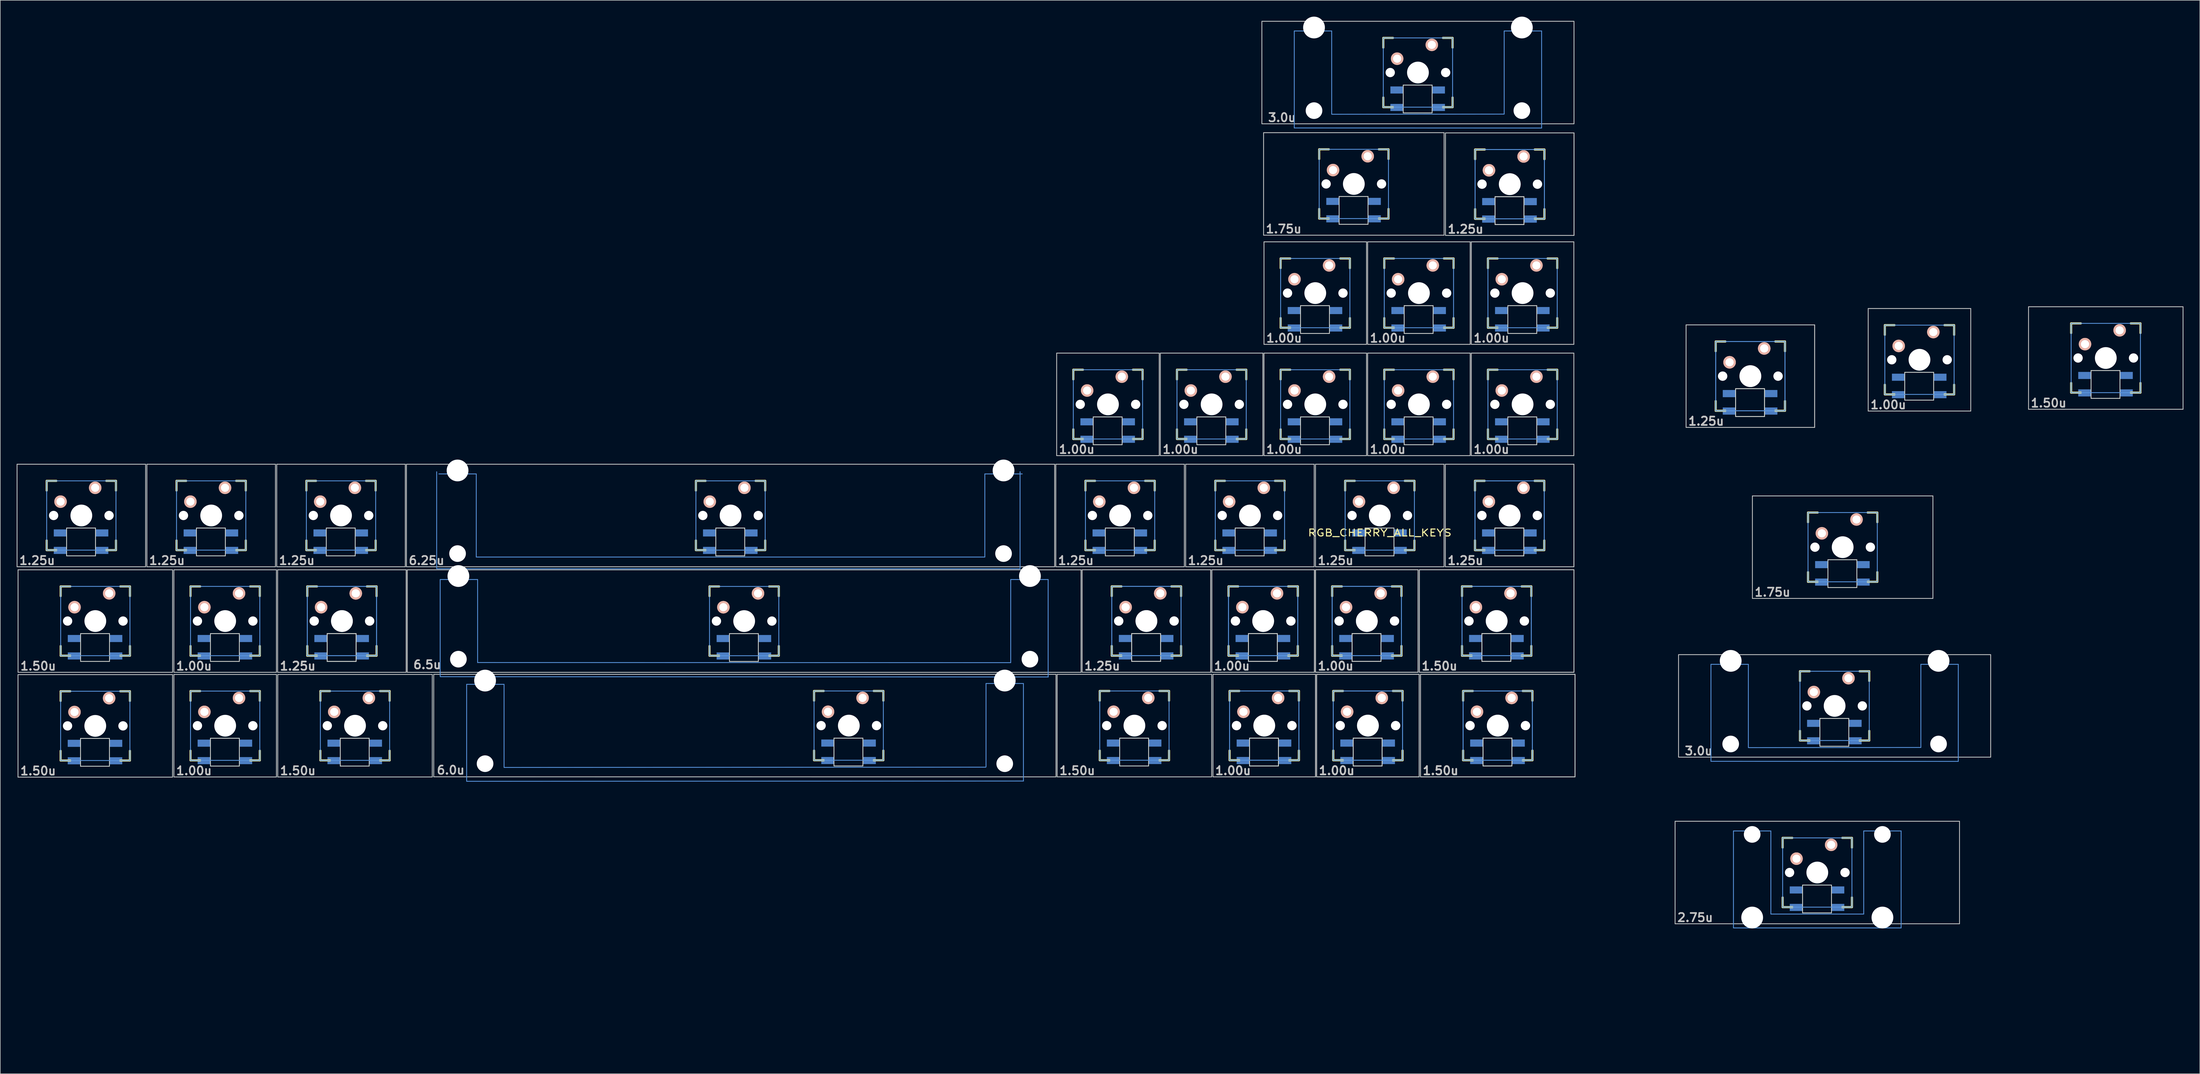
<source format=kicad_pcb>
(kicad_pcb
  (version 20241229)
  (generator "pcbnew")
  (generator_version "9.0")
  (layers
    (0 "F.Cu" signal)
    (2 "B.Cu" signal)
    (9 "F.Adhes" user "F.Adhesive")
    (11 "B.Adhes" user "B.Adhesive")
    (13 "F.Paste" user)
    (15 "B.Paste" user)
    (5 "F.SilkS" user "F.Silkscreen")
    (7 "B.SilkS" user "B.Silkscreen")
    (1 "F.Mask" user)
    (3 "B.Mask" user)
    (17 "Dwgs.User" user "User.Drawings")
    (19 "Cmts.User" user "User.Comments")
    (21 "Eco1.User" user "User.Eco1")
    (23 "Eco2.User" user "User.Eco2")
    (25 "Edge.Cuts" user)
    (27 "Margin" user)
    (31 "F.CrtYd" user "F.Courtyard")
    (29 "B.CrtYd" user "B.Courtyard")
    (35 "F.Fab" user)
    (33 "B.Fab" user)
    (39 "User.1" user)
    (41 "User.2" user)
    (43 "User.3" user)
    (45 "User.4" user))
  (footprint "RGB_CHERRY_ALL_KEYS"
    (layer "F.Cu")
    (at 188.802 190.574)
    (property "Reference" "RGB_CHERRY_ALL_KEYS" (at 61.055 -95.935 0) (layer "F.SilkS") (effects (font (size 1.27 1.524) (thickness 0.203))))
    (attr through_hole)
    (fp_line (start -183.295 -105.46) (end -181.517 -105.46) (stroke (width 0.381) (type solid)) (layer "F.SilkS"))
    (fp_line (start -183.295 -103.682) (end -183.295 -105.46) (stroke (width 0.381) (type solid)) (layer "F.SilkS"))
    (fp_line (start -183.295 -92.76) (end -183.295 -94.538) (stroke (width 0.381) (type solid)) (layer "F.SilkS"))
    (fp_line (start -181.517 -92.76) (end -183.295 -92.76) (stroke (width 0.381) (type solid)) (layer "F.SilkS"))
    (fp_line (start -180.74 -66.885) (end -178.962 -66.885) (stroke (width 0.381) (type solid)) (layer "F.SilkS"))
    (fp_line (start -180.74 -65.107) (end -180.74 -66.885) (stroke (width 0.381) (type solid)) (layer "F.SilkS"))
    (fp_line (start -180.74 -54.185) (end -180.74 -55.963) (stroke (width 0.381) (type solid)) (layer "F.SilkS"))
    (fp_line (start -180.73 -86.105) (end -178.952 -86.105) (stroke (width 0.381) (type solid)) (layer "F.SilkS"))
    (fp_line (start -180.73 -84.327) (end -180.73 -86.105) (stroke (width 0.381) (type solid)) (layer "F.SilkS"))
    (fp_line (start -180.73 -73.405) (end -180.73 -75.183) (stroke (width 0.381) (type solid)) (layer "F.SilkS"))
    (fp_line (start -178.962 -54.185) (end -180.74 -54.185) (stroke (width 0.381) (type solid)) (layer "F.SilkS"))
    (fp_line (start -178.952 -73.405) (end -180.73 -73.405) (stroke (width 0.381) (type solid)) (layer "F.SilkS"))
    (fp_line (start -172.373 -105.46) (end -170.595 -105.46) (stroke (width 0.381) (type solid)) (layer "F.SilkS"))
    (fp_line (start -170.595 -105.46) (end -170.595 -103.682) (stroke (width 0.381) (type solid)) (layer "F.SilkS"))
    (fp_line (start -170.595 -94.538) (end -170.595 -92.76) (stroke (width 0.381) (type solid)) (layer "F.SilkS"))
    (fp_line (start -170.595 -92.76) (end -172.373 -92.76) (stroke (width 0.381) (type solid)) (layer "F.SilkS"))
    (fp_line (start -169.818 -66.885) (end -168.04 -66.885) (stroke (width 0.381) (type solid)) (layer "F.SilkS"))
    (fp_line (start -169.808 -86.105) (end -168.03 -86.105) (stroke (width 0.381) (type solid)) (layer "F.SilkS"))
    (fp_line (start -168.04 -66.885) (end -168.04 -65.107) (stroke (width 0.381) (type solid)) (layer "F.SilkS"))
    (fp_line (start -168.04 -55.963) (end -168.04 -54.185) (stroke (width 0.381) (type solid)) (layer "F.SilkS"))
    (fp_line (start -168.04 -54.185) (end -169.818 -54.185) (stroke (width 0.381) (type solid)) (layer "F.SilkS"))
    (fp_line (start -168.03 -86.105) (end -168.03 -84.327) (stroke (width 0.381) (type solid)) (layer "F.SilkS"))
    (fp_line (start -168.03 -75.183) (end -168.03 -73.405) (stroke (width 0.381) (type solid)) (layer "F.SilkS"))
    (fp_line (start -168.03 -73.405) (end -169.808 -73.405) (stroke (width 0.381) (type solid)) (layer "F.SilkS"))
    (fp_line (start -159.495 -105.46) (end -157.717 -105.46) (stroke (width 0.381) (type solid)) (layer "F.SilkS"))
    (fp_line (start -159.495 -103.682) (end -159.495 -105.46) (stroke (width 0.381) (type solid)) (layer "F.SilkS"))
    (fp_line (start -159.495 -92.76) (end -159.495 -94.538) (stroke (width 0.381) (type solid)) (layer "F.SilkS"))
    (fp_line (start -157.717 -92.76) (end -159.495 -92.76) (stroke (width 0.381) (type solid)) (layer "F.SilkS"))
    (fp_line (start -156.93 -86.105) (end -155.152 -86.105) (stroke (width 0.381) (type solid)) (layer "F.SilkS"))
    (fp_line (start -156.93 -84.327) (end -156.93 -86.105) (stroke (width 0.381) (type solid)) (layer "F.SilkS"))
    (fp_line (start -156.93 -73.405) (end -156.93 -75.183) (stroke (width 0.381) (type solid)) (layer "F.SilkS"))
    (fp_line (start -156.93 -66.915) (end -155.152 -66.915) (stroke (width 0.381) (type solid)) (layer "F.SilkS"))
    (fp_line (start -156.93 -65.137) (end -156.93 -66.915) (stroke (width 0.381) (type solid)) (layer "F.SilkS"))
    (fp_line (start -156.93 -54.215) (end -156.93 -55.993) (stroke (width 0.381) (type solid)) (layer "F.SilkS"))
    (fp_line (start -155.152 -73.405) (end -156.93 -73.405) (stroke (width 0.381) (type solid)) (layer "F.SilkS"))
    (fp_line (start -155.152 -54.215) (end -156.93 -54.215) (stroke (width 0.381) (type solid)) (layer "F.SilkS"))
    (fp_line (start -148.573 -105.46) (end -146.795 -105.46) (stroke (width 0.381) (type solid)) (layer "F.SilkS"))
    (fp_line (start -146.795 -105.46) (end -146.795 -103.682) (stroke (width 0.381) (type solid)) (layer "F.SilkS"))
    (fp_line (start -146.795 -94.538) (end -146.795 -92.76) (stroke (width 0.381) (type solid)) (layer "F.SilkS"))
    (fp_line (start -146.795 -92.76) (end -148.573 -92.76) (stroke (width 0.381) (type solid)) (layer "F.SilkS"))
    (fp_line (start -146.008 -86.105) (end -144.23 -86.105) (stroke (width 0.381) (type solid)) (layer "F.SilkS"))
    (fp_line (start -146.008 -66.915) (end -144.23 -66.915) (stroke (width 0.381) (type solid)) (layer "F.SilkS"))
    (fp_line (start -144.23 -86.105) (end -144.23 -84.327) (stroke (width 0.381) (type solid)) (layer "F.SilkS"))
    (fp_line (start -144.23 -75.183) (end -144.23 -73.405) (stroke (width 0.381) (type solid)) (layer "F.SilkS"))
    (fp_line (start -144.23 -73.405) (end -146.008 -73.405) (stroke (width 0.381) (type solid)) (layer "F.SilkS"))
    (fp_line (start -144.23 -66.915) (end -144.23 -65.137) (stroke (width 0.381) (type solid)) (layer "F.SilkS"))
    (fp_line (start -144.23 -55.993) (end -144.23 -54.215) (stroke (width 0.381) (type solid)) (layer "F.SilkS"))
    (fp_line (start -144.23 -54.215) (end -146.008 -54.215) (stroke (width 0.381) (type solid)) (layer "F.SilkS"))
    (fp_line (start -135.695 -105.46) (end -133.917 -105.46) (stroke (width 0.381) (type solid)) (layer "F.SilkS"))
    (fp_line (start -135.695 -103.682) (end -135.695 -105.46) (stroke (width 0.381) (type solid)) (layer "F.SilkS"))
    (fp_line (start -135.695 -92.76) (end -135.695 -94.538) (stroke (width 0.381) (type solid)) (layer "F.SilkS"))
    (fp_line (start -135.53 -86.105) (end -133.752 -86.105) (stroke (width 0.381) (type solid)) (layer "F.SilkS"))
    (fp_line (start -135.53 -86.105) (end -133.752 -86.105) (stroke (width 0.381) (type solid)) (layer "F.SilkS"))
    (fp_line (start -135.53 -84.327) (end -135.53 -86.105) (stroke (width 0.381) (type solid)) (layer "F.SilkS"))
    (fp_line (start -135.53 -84.327) (end -135.53 -86.105) (stroke (width 0.381) (type solid)) (layer "F.SilkS"))
    (fp_line (start -135.53 -73.405) (end -135.53 -75.183) (stroke (width 0.381) (type solid)) (layer "F.SilkS"))
    (fp_line (start -135.53 -73.405) (end -135.53 -75.183) (stroke (width 0.381) (type solid)) (layer "F.SilkS"))
    (fp_line (start -133.917 -92.76) (end -135.695 -92.76) (stroke (width 0.381) (type solid)) (layer "F.SilkS"))
    (fp_line (start -133.752 -73.405) (end -135.53 -73.405) (stroke (width 0.381) (type solid)) (layer "F.SilkS"))
    (fp_line (start -133.752 -73.405) (end -135.53 -73.405) (stroke (width 0.381) (type solid)) (layer "F.SilkS"))
    (fp_line (start -133.13 -66.915) (end -131.352 -66.915) (stroke (width 0.381) (type solid)) (layer "F.SilkS"))
    (fp_line (start -133.13 -65.137) (end -133.13 -66.915) (stroke (width 0.381) (type solid)) (layer "F.SilkS"))
    (fp_line (start -133.13 -54.215) (end -133.13 -55.993) (stroke (width 0.381) (type solid)) (layer "F.SilkS"))
    (fp_line (start -131.352 -54.215) (end -133.13 -54.215) (stroke (width 0.381) (type solid)) (layer "F.SilkS"))
    (fp_line (start -124.773 -105.46) (end -122.995 -105.46) (stroke (width 0.381) (type solid)) (layer "F.SilkS"))
    (fp_line (start -124.608 -86.105) (end -122.83 -86.105) (stroke (width 0.381) (type solid)) (layer "F.SilkS"))
    (fp_line (start -124.608 -86.105) (end -122.83 -86.105) (stroke (width 0.381) (type solid)) (layer "F.SilkS"))
    (fp_line (start -122.995 -105.46) (end -122.995 -103.682) (stroke (width 0.381) (type solid)) (layer "F.SilkS"))
    (fp_line (start -122.995 -94.538) (end -122.995 -92.76) (stroke (width 0.381) (type solid)) (layer "F.SilkS"))
    (fp_line (start -122.995 -92.76) (end -124.773 -92.76) (stroke (width 0.381) (type solid)) (layer "F.SilkS"))
    (fp_line (start -122.83 -86.105) (end -122.83 -84.327) (stroke (width 0.381) (type solid)) (layer "F.SilkS"))
    (fp_line (start -122.83 -86.105) (end -122.83 -84.327) (stroke (width 0.381) (type solid)) (layer "F.SilkS"))
    (fp_line (start -122.83 -75.183) (end -122.83 -73.405) (stroke (width 0.381) (type solid)) (layer "F.SilkS"))
    (fp_line (start -122.83 -75.183) (end -122.83 -73.405) (stroke (width 0.381) (type solid)) (layer "F.SilkS"))
    (fp_line (start -122.83 -73.405) (end -124.608 -73.405) (stroke (width 0.381) (type solid)) (layer "F.SilkS"))
    (fp_line (start -122.83 -73.405) (end -124.608 -73.405) (stroke (width 0.381) (type solid)) (layer "F.SilkS"))
    (fp_line (start -122.208 -66.915) (end -120.43 -66.915) (stroke (width 0.381) (type solid)) (layer "F.SilkS"))
    (fp_line (start -120.43 -66.915) (end -120.43 -65.137) (stroke (width 0.381) (type solid)) (layer "F.SilkS"))
    (fp_line (start -120.43 -55.993) (end -120.43 -54.215) (stroke (width 0.381) (type solid)) (layer "F.SilkS"))
    (fp_line (start -120.43 -54.215) (end -122.208 -54.215) (stroke (width 0.381) (type solid)) (layer "F.SilkS"))
    (fp_line (start -64.295 -105.46) (end -62.517 -105.46) (stroke (width 0.381) (type solid)) (layer "F.SilkS"))
    (fp_line (start -64.295 -103.682) (end -64.295 -105.46) (stroke (width 0.381) (type solid)) (layer "F.SilkS"))
    (fp_line (start -64.295 -92.76) (end -64.295 -94.538) (stroke (width 0.381) (type solid)) (layer "F.SilkS"))
    (fp_line (start -62.517 -92.76) (end -64.295 -92.76) (stroke (width 0.381) (type solid)) (layer "F.SilkS"))
    (fp_line (start -61.8 -86.1) (end -60.022 -86.1) (stroke (width 0.381) (type solid)) (layer "F.SilkS"))
    (fp_line (start -61.8 -84.322) (end -61.8 -86.1) (stroke (width 0.381) (type solid)) (layer "F.SilkS"))
    (fp_line (start -61.8 -73.4) (end -61.8 -75.178) (stroke (width 0.381) (type solid)) (layer "F.SilkS"))
    (fp_line (start -60.022 -73.4) (end -61.8 -73.4) (stroke (width 0.381) (type solid)) (layer "F.SilkS"))
    (fp_line (start -53.373 -105.46) (end -51.595 -105.46) (stroke (width 0.381) (type solid)) (layer "F.SilkS"))
    (fp_line (start -51.595 -105.46) (end -51.595 -103.682) (stroke (width 0.381) (type solid)) (layer "F.SilkS"))
    (fp_line (start -51.595 -94.538) (end -51.595 -92.76) (stroke (width 0.381) (type solid)) (layer "F.SilkS"))
    (fp_line (start -51.595 -92.76) (end -53.373 -92.76) (stroke (width 0.381) (type solid)) (layer "F.SilkS"))
    (fp_line (start -50.878 -86.1) (end -49.1 -86.1) (stroke (width 0.381) (type solid)) (layer "F.SilkS"))
    (fp_line (start -49.1 -86.1) (end -49.1 -84.322) (stroke (width 0.381) (type solid)) (layer "F.SilkS"))
    (fp_line (start -49.1 -75.178) (end -49.1 -73.4) (stroke (width 0.381) (type solid)) (layer "F.SilkS"))
    (fp_line (start -49.1 -73.4) (end -50.878 -73.4) (stroke (width 0.381) (type solid)) (layer "F.SilkS"))
    (fp_line (start -42.64 -66.935) (end -40.862 -66.935) (stroke (width 0.381) (type solid)) (layer "F.SilkS"))
    (fp_line (start -42.64 -65.157) (end -42.64 -66.935) (stroke (width 0.381) (type solid)) (layer "F.SilkS"))
    (fp_line (start -42.64 -54.235) (end -42.64 -56.013) (stroke (width 0.381) (type solid)) (layer "F.SilkS"))
    (fp_line (start -40.862 -54.235) (end -42.64 -54.235) (stroke (width 0.381) (type solid)) (layer "F.SilkS"))
    (fp_line (start -31.718 -66.935) (end -29.94 -66.935) (stroke (width 0.381) (type solid)) (layer "F.SilkS"))
    (fp_line (start -29.94 -66.935) (end -29.94 -65.157) (stroke (width 0.381) (type solid)) (layer "F.SilkS"))
    (fp_line (start -29.94 -56.013) (end -29.94 -54.235) (stroke (width 0.381) (type solid)) (layer "F.SilkS"))
    (fp_line (start -29.94 -54.235) (end -31.718 -54.235) (stroke (width 0.381) (type solid)) (layer "F.SilkS"))
    (fp_line (start 4.88 -125.835) (end 6.658 -125.835) (stroke (width 0.381) (type solid)) (layer "F.SilkS"))
    (fp_line (start 4.88 -124.057) (end 4.88 -125.835) (stroke (width 0.381) (type solid)) (layer "F.SilkS"))
    (fp_line (start 4.88 -113.135) (end 4.88 -114.913) (stroke (width 0.381) (type solid)) (layer "F.SilkS"))
    (fp_line (start 6.658 -113.135) (end 4.88 -113.135) (stroke (width 0.381) (type solid)) (layer "F.SilkS"))
    (fp_line (start 7.105 -105.46) (end 8.883 -105.46) (stroke (width 0.381) (type solid)) (layer "F.SilkS"))
    (fp_line (start 7.105 -103.682) (end 7.105 -105.46) (stroke (width 0.381) (type solid)) (layer "F.SilkS"))
    (fp_line (start 7.105 -92.76) (end 7.105 -94.538) (stroke (width 0.381) (type solid)) (layer "F.SilkS"))
    (fp_line (start 8.883 -92.76) (end 7.105 -92.76) (stroke (width 0.381) (type solid)) (layer "F.SilkS"))
    (fp_line (start 9.73 -66.935) (end 11.508 -66.935) (stroke (width 0.381) (type solid)) (layer "F.SilkS"))
    (fp_line (start 9.73 -65.157) (end 9.73 -66.935) (stroke (width 0.381) (type solid)) (layer "F.SilkS"))
    (fp_line (start 9.73 -54.235) (end 9.73 -56.013) (stroke (width 0.381) (type solid)) (layer "F.SilkS"))
    (fp_line (start 11.508 -54.235) (end 9.73 -54.235) (stroke (width 0.381) (type solid)) (layer "F.SilkS"))
    (fp_line (start 11.93 -86.11) (end 13.708 -86.11) (stroke (width 0.381) (type solid)) (layer "F.SilkS"))
    (fp_line (start 11.93 -86.11) (end 13.708 -86.11) (stroke (width 0.381) (type solid)) (layer "F.SilkS"))
    (fp_line (start 11.93 -84.332) (end 11.93 -86.11) (stroke (width 0.381) (type solid)) (layer "F.SilkS"))
    (fp_line (start 11.93 -84.332) (end 11.93 -86.11) (stroke (width 0.381) (type solid)) (layer "F.SilkS"))
    (fp_line (start 11.93 -73.41) (end 11.93 -75.188) (stroke (width 0.381) (type solid)) (layer "F.SilkS"))
    (fp_line (start 11.93 -73.41) (end 11.93 -75.188) (stroke (width 0.381) (type solid)) (layer "F.SilkS"))
    (fp_line (start 13.708 -73.41) (end 11.93 -73.41) (stroke (width 0.381) (type solid)) (layer "F.SilkS"))
    (fp_line (start 13.708 -73.41) (end 11.93 -73.41) (stroke (width 0.381) (type solid)) (layer "F.SilkS"))
    (fp_line (start 15.802 -125.835) (end 17.58 -125.835) (stroke (width 0.381) (type solid)) (layer "F.SilkS"))
    (fp_line (start 17.58 -125.835) (end 17.58 -124.057) (stroke (width 0.381) (type solid)) (layer "F.SilkS"))
    (fp_line (start 17.58 -114.913) (end 17.58 -113.135) (stroke (width 0.381) (type solid)) (layer "F.SilkS"))
    (fp_line (start 17.58 -113.135) (end 15.802 -113.135) (stroke (width 0.381) (type solid)) (layer "F.SilkS"))
    (fp_line (start 18.027 -105.46) (end 19.805 -105.46) (stroke (width 0.381) (type solid)) (layer "F.SilkS"))
    (fp_line (start 19.805 -105.46) (end 19.805 -103.682) (stroke (width 0.381) (type solid)) (layer "F.SilkS"))
    (fp_line (start 19.805 -94.538) (end 19.805 -92.76) (stroke (width 0.381) (type solid)) (layer "F.SilkS"))
    (fp_line (start 19.805 -92.76) (end 18.027 -92.76) (stroke (width 0.381) (type solid)) (layer "F.SilkS"))
    (fp_line (start 20.652 -66.935) (end 22.43 -66.935) (stroke (width 0.381) (type solid)) (layer "F.SilkS"))
    (fp_line (start 22.43 -66.935) (end 22.43 -65.157) (stroke (width 0.381) (type solid)) (layer "F.SilkS"))
    (fp_line (start 22.43 -56.013) (end 22.43 -54.235) (stroke (width 0.381) (type solid)) (layer "F.SilkS"))
    (fp_line (start 22.43 -54.235) (end 20.652 -54.235) (stroke (width 0.381) (type solid)) (layer "F.SilkS"))
    (fp_line (start 22.852 -86.11) (end 24.63 -86.11) (stroke (width 0.381) (type solid)) (layer "F.SilkS"))
    (fp_line (start 22.852 -86.11) (end 24.63 -86.11) (stroke (width 0.381) (type solid)) (layer "F.SilkS"))
    (fp_line (start 23.88 -125.835) (end 25.658 -125.835) (stroke (width 0.381) (type solid)) (layer "F.SilkS"))
    (fp_line (start 23.88 -124.057) (end 23.88 -125.835) (stroke (width 0.381) (type solid)) (layer "F.SilkS"))
    (fp_line (start 23.88 -113.135) (end 23.88 -114.913) (stroke (width 0.381) (type solid)) (layer "F.SilkS"))
    (fp_line (start 24.63 -86.11) (end 24.63 -84.332) (stroke (width 0.381) (type solid)) (layer "F.SilkS"))
    (fp_line (start 24.63 -86.11) (end 24.63 -84.332) (stroke (width 0.381) (type solid)) (layer "F.SilkS"))
    (fp_line (start 24.63 -75.188) (end 24.63 -73.41) (stroke (width 0.381) (type solid)) (layer "F.SilkS"))
    (fp_line (start 24.63 -75.188) (end 24.63 -73.41) (stroke (width 0.381) (type solid)) (layer "F.SilkS"))
    (fp_line (start 24.63 -73.41) (end 22.852 -73.41) (stroke (width 0.381) (type solid)) (layer "F.SilkS"))
    (fp_line (start 24.63 -73.41) (end 22.852 -73.41) (stroke (width 0.381) (type solid)) (layer "F.SilkS"))
    (fp_line (start 25.658 -113.135) (end 23.88 -113.135) (stroke (width 0.381) (type solid)) (layer "F.SilkS"))
    (fp_line (start 30.905 -105.46) (end 32.683 -105.46) (stroke (width 0.381) (type solid)) (layer "F.SilkS"))
    (fp_line (start 30.905 -103.682) (end 30.905 -105.46) (stroke (width 0.381) (type solid)) (layer "F.SilkS"))
    (fp_line (start 30.905 -92.76) (end 30.905 -94.538) (stroke (width 0.381) (type solid)) (layer "F.SilkS"))
    (fp_line (start 32.683 -92.76) (end 30.905 -92.76) (stroke (width 0.381) (type solid)) (layer "F.SilkS"))
    (fp_line (start 33.33 -86.11) (end 35.108 -86.11) (stroke (width 0.381) (type solid)) (layer "F.SilkS"))
    (fp_line (start 33.33 -86.11) (end 35.108 -86.11) (stroke (width 0.381) (type solid)) (layer "F.SilkS"))
    (fp_line (start 33.33 -84.332) (end 33.33 -86.11) (stroke (width 0.381) (type solid)) (layer "F.SilkS"))
    (fp_line (start 33.33 -84.332) (end 33.33 -86.11) (stroke (width 0.381) (type solid)) (layer "F.SilkS"))
    (fp_line (start 33.33 -73.41) (end 33.33 -75.188) (stroke (width 0.381) (type solid)) (layer "F.SilkS"))
    (fp_line (start 33.33 -73.41) (end 33.33 -75.188) (stroke (width 0.381) (type solid)) (layer "F.SilkS"))
    (fp_line (start 33.53 -66.935) (end 35.308 -66.935) (stroke (width 0.381) (type solid)) (layer "F.SilkS"))
    (fp_line (start 33.53 -66.935) (end 35.308 -66.935) (stroke (width 0.381) (type solid)) (layer "F.SilkS"))
    (fp_line (start 33.53 -65.157) (end 33.53 -66.935) (stroke (width 0.381) (type solid)) (layer "F.SilkS"))
    (fp_line (start 33.53 -65.157) (end 33.53 -66.935) (stroke (width 0.381) (type solid)) (layer "F.SilkS"))
    (fp_line (start 33.53 -54.235) (end 33.53 -56.013) (stroke (width 0.381) (type solid)) (layer "F.SilkS"))
    (fp_line (start 33.53 -54.235) (end 33.53 -56.013) (stroke (width 0.381) (type solid)) (layer "F.SilkS"))
    (fp_line (start 34.802 -125.835) (end 36.58 -125.835) (stroke (width 0.381) (type solid)) (layer "F.SilkS"))
    (fp_line (start 35.108 -73.41) (end 33.33 -73.41) (stroke (width 0.381) (type solid)) (layer "F.SilkS"))
    (fp_line (start 35.108 -73.41) (end 33.33 -73.41) (stroke (width 0.381) (type solid)) (layer "F.SilkS"))
    (fp_line (start 35.308 -54.235) (end 33.53 -54.235) (stroke (width 0.381) (type solid)) (layer "F.SilkS"))
    (fp_line (start 35.308 -54.235) (end 33.53 -54.235) (stroke (width 0.381) (type solid)) (layer "F.SilkS"))
    (fp_line (start 36.58 -125.835) (end 36.58 -124.057) (stroke (width 0.381) (type solid)) (layer "F.SilkS"))
    (fp_line (start 36.58 -114.913) (end 36.58 -113.135) (stroke (width 0.381) (type solid)) (layer "F.SilkS"))
    (fp_line (start 36.58 -113.135) (end 34.802 -113.135) (stroke (width 0.381) (type solid)) (layer "F.SilkS"))
    (fp_line (start 41.827 -105.46) (end 43.605 -105.46) (stroke (width 0.381) (type solid)) (layer "F.SilkS"))
    (fp_line (start 42.88 -146.235) (end 44.658 -146.235) (stroke (width 0.381) (type solid)) (layer "F.SilkS"))
    (fp_line (start 42.88 -144.457) (end 42.88 -146.235) (stroke (width 0.381) (type solid)) (layer "F.SilkS"))
    (fp_line (start 42.88 -133.535) (end 42.88 -135.313) (stroke (width 0.381) (type solid)) (layer "F.SilkS"))
    (fp_line (start 42.88 -125.835) (end 44.658 -125.835) (stroke (width 0.381) (type solid)) (layer "F.SilkS"))
    (fp_line (start 42.88 -124.057) (end 42.88 -125.835) (stroke (width 0.381) (type solid)) (layer "F.SilkS"))
    (fp_line (start 42.88 -113.135) (end 42.88 -114.913) (stroke (width 0.381) (type solid)) (layer "F.SilkS"))
    (fp_line (start 43.605 -105.46) (end 43.605 -103.682) (stroke (width 0.381) (type solid)) (layer "F.SilkS"))
    (fp_line (start 43.605 -94.538) (end 43.605 -92.76) (stroke (width 0.381) (type solid)) (layer "F.SilkS"))
    (fp_line (start 43.605 -92.76) (end 41.827 -92.76) (stroke (width 0.381) (type solid)) (layer "F.SilkS"))
    (fp_line (start 44.252 -86.11) (end 46.03 -86.11) (stroke (width 0.381) (type solid)) (layer "F.SilkS"))
    (fp_line (start 44.252 -86.11) (end 46.03 -86.11) (stroke (width 0.381) (type solid)) (layer "F.SilkS"))
    (fp_line (start 44.452 -66.935) (end 46.23 -66.935) (stroke (width 0.381) (type solid)) (layer "F.SilkS"))
    (fp_line (start 44.452 -66.935) (end 46.23 -66.935) (stroke (width 0.381) (type solid)) (layer "F.SilkS"))
    (fp_line (start 44.658 -133.535) (end 42.88 -133.535) (stroke (width 0.381) (type solid)) (layer "F.SilkS"))
    (fp_line (start 44.658 -113.135) (end 42.88 -113.135) (stroke (width 0.381) (type solid)) (layer "F.SilkS"))
    (fp_line (start 46.03 -86.11) (end 46.03 -84.332) (stroke (width 0.381) (type solid)) (layer "F.SilkS"))
    (fp_line (start 46.03 -86.11) (end 46.03 -84.332) (stroke (width 0.381) (type solid)) (layer "F.SilkS"))
    (fp_line (start 46.03 -75.188) (end 46.03 -73.41) (stroke (width 0.381) (type solid)) (layer "F.SilkS"))
    (fp_line (start 46.03 -75.188) (end 46.03 -73.41) (stroke (width 0.381) (type solid)) (layer "F.SilkS"))
    (fp_line (start 46.03 -73.41) (end 44.252 -73.41) (stroke (width 0.381) (type solid)) (layer "F.SilkS"))
    (fp_line (start 46.03 -73.41) (end 44.252 -73.41) (stroke (width 0.381) (type solid)) (layer "F.SilkS"))
    (fp_line (start 46.23 -66.935) (end 46.23 -65.157) (stroke (width 0.381) (type solid)) (layer "F.SilkS"))
    (fp_line (start 46.23 -66.935) (end 46.23 -65.157) (stroke (width 0.381) (type solid)) (layer "F.SilkS"))
    (fp_line (start 46.23 -56.013) (end 46.23 -54.235) (stroke (width 0.381) (type solid)) (layer "F.SilkS"))
    (fp_line (start 46.23 -56.013) (end 46.23 -54.235) (stroke (width 0.381) (type solid)) (layer "F.SilkS"))
    (fp_line (start 46.23 -54.235) (end 44.452 -54.235) (stroke (width 0.381) (type solid)) (layer "F.SilkS"))
    (fp_line (start 46.23 -54.235) (end 44.452 -54.235) (stroke (width 0.381) (type solid)) (layer "F.SilkS"))
    (fp_line (start 49.95 -166.25) (end 51.728 -166.25) (stroke (width 0.381) (type solid)) (layer "F.SilkS"))
    (fp_line (start 49.95 -164.472) (end 49.95 -166.25) (stroke (width 0.381) (type solid)) (layer "F.SilkS"))
    (fp_line (start 49.95 -153.55) (end 49.95 -155.328) (stroke (width 0.381) (type solid)) (layer "F.SilkS"))
    (fp_line (start 51.728 -153.55) (end 49.95 -153.55) (stroke (width 0.381) (type solid)) (layer "F.SilkS"))
    (fp_line (start 52.33 -86.11) (end 54.108 -86.11) (stroke (width 0.381) (type solid)) (layer "F.SilkS"))
    (fp_line (start 52.33 -86.11) (end 54.108 -86.11) (stroke (width 0.381) (type solid)) (layer "F.SilkS"))
    (fp_line (start 52.33 -84.332) (end 52.33 -86.11) (stroke (width 0.381) (type solid)) (layer "F.SilkS"))
    (fp_line (start 52.33 -84.332) (end 52.33 -86.11) (stroke (width 0.381) (type solid)) (layer "F.SilkS"))
    (fp_line (start 52.33 -73.41) (end 52.33 -75.188) (stroke (width 0.381) (type solid)) (layer "F.SilkS"))
    (fp_line (start 52.33 -73.41) (end 52.33 -75.188) (stroke (width 0.381) (type solid)) (layer "F.SilkS"))
    (fp_line (start 52.53 -66.935) (end 54.308 -66.935) (stroke (width 0.381) (type solid)) (layer "F.SilkS"))
    (fp_line (start 52.53 -66.935) (end 54.308 -66.935) (stroke (width 0.381) (type solid)) (layer "F.SilkS"))
    (fp_line (start 52.53 -65.157) (end 52.53 -66.935) (stroke (width 0.381) (type solid)) (layer "F.SilkS"))
    (fp_line (start 52.53 -65.157) (end 52.53 -66.935) (stroke (width 0.381) (type solid)) (layer "F.SilkS"))
    (fp_line (start 52.53 -54.235) (end 52.53 -56.013) (stroke (width 0.381) (type solid)) (layer "F.SilkS"))
    (fp_line (start 52.53 -54.235) (end 52.53 -56.013) (stroke (width 0.381) (type solid)) (layer "F.SilkS"))
    (fp_line (start 53.802 -146.235) (end 55.58 -146.235) (stroke (width 0.381) (type solid)) (layer "F.SilkS"))
    (fp_line (start 53.802 -125.835) (end 55.58 -125.835) (stroke (width 0.381) (type solid)) (layer "F.SilkS"))
    (fp_line (start 54.108 -73.41) (end 52.33 -73.41) (stroke (width 0.381) (type solid)) (layer "F.SilkS"))
    (fp_line (start 54.108 -73.41) (end 52.33 -73.41) (stroke (width 0.381) (type solid)) (layer "F.SilkS"))
    (fp_line (start 54.308 -54.235) (end 52.53 -54.235) (stroke (width 0.381) (type solid)) (layer "F.SilkS"))
    (fp_line (start 54.308 -54.235) (end 52.53 -54.235) (stroke (width 0.381) (type solid)) (layer "F.SilkS"))
    (fp_line (start 54.705 -105.46) (end 56.483 -105.46) (stroke (width 0.381) (type solid)) (layer "F.SilkS"))
    (fp_line (start 54.705 -103.682) (end 54.705 -105.46) (stroke (width 0.381) (type solid)) (layer "F.SilkS"))
    (fp_line (start 54.705 -92.76) (end 54.705 -94.538) (stroke (width 0.381) (type solid)) (layer "F.SilkS"))
    (fp_line (start 55.58 -146.235) (end 55.58 -144.457) (stroke (width 0.381) (type solid)) (layer "F.SilkS"))
    (fp_line (start 55.58 -135.313) (end 55.58 -133.535) (stroke (width 0.381) (type solid)) (layer "F.SilkS"))
    (fp_line (start 55.58 -133.535) (end 53.802 -133.535) (stroke (width 0.381) (type solid)) (layer "F.SilkS"))
    (fp_line (start 55.58 -125.835) (end 55.58 -124.057) (stroke (width 0.381) (type solid)) (layer "F.SilkS"))
    (fp_line (start 55.58 -114.913) (end 55.58 -113.135) (stroke (width 0.381) (type solid)) (layer "F.SilkS"))
    (fp_line (start 55.58 -113.135) (end 53.802 -113.135) (stroke (width 0.381) (type solid)) (layer "F.SilkS"))
    (fp_line (start 56.483 -92.76) (end 54.705 -92.76) (stroke (width 0.381) (type solid)) (layer "F.SilkS"))
    (fp_line (start 60.872 -166.25) (end 62.65 -166.25) (stroke (width 0.381) (type solid)) (layer "F.SilkS"))
    (fp_line (start 61.7 -186.675) (end 63.478 -186.675) (stroke (width 0.381) (type solid)) (layer "F.SilkS"))
    (fp_line (start 61.7 -184.897) (end 61.7 -186.675) (stroke (width 0.381) (type solid)) (layer "F.SilkS"))
    (fp_line (start 61.7 -173.975) (end 61.7 -175.753) (stroke (width 0.381) (type solid)) (layer "F.SilkS"))
    (fp_line (start 61.88 -146.235) (end 63.658 -146.235) (stroke (width 0.381) (type solid)) (layer "F.SilkS"))
    (fp_line (start 61.88 -144.457) (end 61.88 -146.235) (stroke (width 0.381) (type solid)) (layer "F.SilkS"))
    (fp_line (start 61.88 -133.535) (end 61.88 -135.313) (stroke (width 0.381) (type solid)) (layer "F.SilkS"))
    (fp_line (start 61.88 -125.835) (end 63.658 -125.835) (stroke (width 0.381) (type solid)) (layer "F.SilkS"))
    (fp_line (start 61.88 -124.057) (end 61.88 -125.835) (stroke (width 0.381) (type solid)) (layer "F.SilkS"))
    (fp_line (start 61.88 -113.135) (end 61.88 -114.913) (stroke (width 0.381) (type solid)) (layer "F.SilkS"))
    (fp_line (start 62.65 -166.25) (end 62.65 -164.472) (stroke (width 0.381) (type solid)) (layer "F.SilkS"))
    (fp_line (start 62.65 -155.328) (end 62.65 -153.55) (stroke (width 0.381) (type solid)) (layer "F.SilkS"))
    (fp_line (start 62.65 -153.55) (end 60.872 -153.55) (stroke (width 0.381) (type solid)) (layer "F.SilkS"))
    (fp_line (start 63.252 -86.11) (end 65.03 -86.11) (stroke (width 0.381) (type solid)) (layer "F.SilkS"))
    (fp_line (start 63.252 -86.11) (end 65.03 -86.11) (stroke (width 0.381) (type solid)) (layer "F.SilkS"))
    (fp_line (start 63.452 -66.935) (end 65.23 -66.935) (stroke (width 0.381) (type solid)) (layer "F.SilkS"))
    (fp_line (start 63.452 -66.935) (end 65.23 -66.935) (stroke (width 0.381) (type solid)) (layer "F.SilkS"))
    (fp_line (start 63.478 -173.975) (end 61.7 -173.975) (stroke (width 0.381) (type solid)) (layer "F.SilkS"))
    (fp_line (start 63.658 -133.535) (end 61.88 -133.535) (stroke (width 0.381) (type solid)) (layer "F.SilkS"))
    (fp_line (start 63.658 -113.135) (end 61.88 -113.135) (stroke (width 0.381) (type solid)) (layer "F.SilkS"))
    (fp_line (start 65.03 -86.11) (end 65.03 -84.332) (stroke (width 0.381) (type solid)) (layer "F.SilkS"))
    (fp_line (start 65.03 -86.11) (end 65.03 -84.332) (stroke (width 0.381) (type solid)) (layer "F.SilkS"))
    (fp_line (start 65.03 -75.188) (end 65.03 -73.41) (stroke (width 0.381) (type solid)) (layer "F.SilkS"))
    (fp_line (start 65.03 -75.188) (end 65.03 -73.41) (stroke (width 0.381) (type solid)) (layer "F.SilkS"))
    (fp_line (start 65.03 -73.41) (end 63.252 -73.41) (stroke (width 0.381) (type solid)) (layer "F.SilkS"))
    (fp_line (start 65.03 -73.41) (end 63.252 -73.41) (stroke (width 0.381) (type solid)) (layer "F.SilkS"))
    (fp_line (start 65.23 -66.935) (end 65.23 -65.157) (stroke (width 0.381) (type solid)) (layer "F.SilkS"))
    (fp_line (start 65.23 -66.935) (end 65.23 -65.157) (stroke (width 0.381) (type solid)) (layer "F.SilkS"))
    (fp_line (start 65.23 -56.013) (end 65.23 -54.235) (stroke (width 0.381) (type solid)) (layer "F.SilkS"))
    (fp_line (start 65.23 -56.013) (end 65.23 -54.235) (stroke (width 0.381) (type solid)) (layer "F.SilkS"))
    (fp_line (start 65.23 -54.235) (end 63.452 -54.235) (stroke (width 0.381) (type solid)) (layer "F.SilkS"))
    (fp_line (start 65.23 -54.235) (end 63.452 -54.235) (stroke (width 0.381) (type solid)) (layer "F.SilkS"))
    (fp_line (start 65.627 -105.46) (end 67.405 -105.46) (stroke (width 0.381) (type solid)) (layer "F.SilkS"))
    (fp_line (start 67.405 -105.46) (end 67.405 -103.682) (stroke (width 0.381) (type solid)) (layer "F.SilkS"))
    (fp_line (start 67.405 -94.538) (end 67.405 -92.76) (stroke (width 0.381) (type solid)) (layer "F.SilkS"))
    (fp_line (start 67.405 -92.76) (end 65.627 -92.76) (stroke (width 0.381) (type solid)) (layer "F.SilkS"))
    (fp_line (start 72.622 -186.675) (end 74.4 -186.675) (stroke (width 0.381) (type solid)) (layer "F.SilkS"))
    (fp_line (start 72.802 -146.235) (end 74.58 -146.235) (stroke (width 0.381) (type solid)) (layer "F.SilkS"))
    (fp_line (start 72.802 -125.835) (end 74.58 -125.835) (stroke (width 0.381) (type solid)) (layer "F.SilkS"))
    (fp_line (start 74.4 -186.675) (end 74.4 -184.897) (stroke (width 0.381) (type solid)) (layer "F.SilkS"))
    (fp_line (start 74.4 -175.753) (end 74.4 -173.975) (stroke (width 0.381) (type solid)) (layer "F.SilkS"))
    (fp_line (start 74.4 -173.975) (end 72.622 -173.975) (stroke (width 0.381) (type solid)) (layer "F.SilkS"))
    (fp_line (start 74.58 -146.235) (end 74.58 -144.457) (stroke (width 0.381) (type solid)) (layer "F.SilkS"))
    (fp_line (start 74.58 -135.313) (end 74.58 -133.535) (stroke (width 0.381) (type solid)) (layer "F.SilkS"))
    (fp_line (start 74.58 -133.535) (end 72.802 -133.535) (stroke (width 0.381) (type solid)) (layer "F.SilkS"))
    (fp_line (start 74.58 -125.835) (end 74.58 -124.057) (stroke (width 0.381) (type solid)) (layer "F.SilkS"))
    (fp_line (start 74.58 -114.913) (end 74.58 -113.135) (stroke (width 0.381) (type solid)) (layer "F.SilkS"))
    (fp_line (start 74.58 -113.135) (end 72.802 -113.135) (stroke (width 0.381) (type solid)) (layer "F.SilkS"))
    (fp_line (start 76.13 -86.11) (end 77.908 -86.11) (stroke (width 0.381) (type solid)) (layer "F.SilkS"))
    (fp_line (start 76.13 -86.11) (end 77.908 -86.11) (stroke (width 0.381) (type solid)) (layer "F.SilkS"))
    (fp_line (start 76.13 -84.332) (end 76.13 -86.11) (stroke (width 0.381) (type solid)) (layer "F.SilkS"))
    (fp_line (start 76.13 -84.332) (end 76.13 -86.11) (stroke (width 0.381) (type solid)) (layer "F.SilkS"))
    (fp_line (start 76.13 -73.41) (end 76.13 -75.188) (stroke (width 0.381) (type solid)) (layer "F.SilkS"))
    (fp_line (start 76.13 -73.41) (end 76.13 -75.188) (stroke (width 0.381) (type solid)) (layer "F.SilkS"))
    (fp_line (start 76.33 -66.935) (end 78.108 -66.935) (stroke (width 0.381) (type solid)) (layer "F.SilkS"))
    (fp_line (start 76.33 -66.935) (end 78.108 -66.935) (stroke (width 0.381) (type solid)) (layer "F.SilkS"))
    (fp_line (start 76.33 -65.157) (end 76.33 -66.935) (stroke (width 0.381) (type solid)) (layer "F.SilkS"))
    (fp_line (start 76.33 -65.157) (end 76.33 -66.935) (stroke (width 0.381) (type solid)) (layer "F.SilkS"))
    (fp_line (start 76.33 -54.235) (end 76.33 -56.013) (stroke (width 0.381) (type solid)) (layer "F.SilkS"))
    (fp_line (start 76.33 -54.235) (end 76.33 -56.013) (stroke (width 0.381) (type solid)) (layer "F.SilkS"))
    (fp_line (start 77.908 -73.41) (end 76.13 -73.41) (stroke (width 0.381) (type solid)) (layer "F.SilkS"))
    (fp_line (start 77.908 -73.41) (end 76.13 -73.41) (stroke (width 0.381) (type solid)) (layer "F.SilkS"))
    (fp_line (start 78.108 -54.235) (end 76.33 -54.235) (stroke (width 0.381) (type solid)) (layer "F.SilkS"))
    (fp_line (start 78.108 -54.235) (end 76.33 -54.235) (stroke (width 0.381) (type solid)) (layer "F.SilkS"))
    (fp_line (start 78.505 -105.46) (end 80.283 -105.46) (stroke (width 0.381) (type solid)) (layer "F.SilkS"))
    (fp_line (start 78.505 -105.46) (end 80.283 -105.46) (stroke (width 0.381) (type solid)) (layer "F.SilkS"))
    (fp_line (start 78.505 -103.682) (end 78.505 -105.46) (stroke (width 0.381) (type solid)) (layer "F.SilkS"))
    (fp_line (start 78.505 -103.682) (end 78.505 -105.46) (stroke (width 0.381) (type solid)) (layer "F.SilkS"))
    (fp_line (start 78.505 -92.76) (end 78.505 -94.538) (stroke (width 0.381) (type solid)) (layer "F.SilkS"))
    (fp_line (start 78.505 -92.76) (end 78.505 -94.538) (stroke (width 0.381) (type solid)) (layer "F.SilkS"))
    (fp_line (start 78.53 -166.21) (end 80.308 -166.21) (stroke (width 0.381) (type solid)) (layer "F.SilkS"))
    (fp_line (start 78.53 -166.21) (end 80.308 -166.21) (stroke (width 0.381) (type solid)) (layer "F.SilkS"))
    (fp_line (start 78.53 -164.432) (end 78.53 -166.21) (stroke (width 0.381) (type solid)) (layer "F.SilkS"))
    (fp_line (start 78.53 -164.432) (end 78.53 -166.21) (stroke (width 0.381) (type solid)) (layer "F.SilkS"))
    (fp_line (start 78.53 -153.51) (end 78.53 -155.288) (stroke (width 0.381) (type solid)) (layer "F.SilkS"))
    (fp_line (start 78.53 -153.51) (end 78.53 -155.288) (stroke (width 0.381) (type solid)) (layer "F.SilkS"))
    (fp_line (start 80.283 -92.76) (end 78.505 -92.76) (stroke (width 0.381) (type solid)) (layer "F.SilkS"))
    (fp_line (start 80.283 -92.76) (end 78.505 -92.76) (stroke (width 0.381) (type solid)) (layer "F.SilkS"))
    (fp_line (start 80.308 -153.51) (end 78.53 -153.51) (stroke (width 0.381) (type solid)) (layer "F.SilkS"))
    (fp_line (start 80.308 -153.51) (end 78.53 -153.51) (stroke (width 0.381) (type solid)) (layer "F.SilkS"))
    (fp_line (start 80.88 -146.235) (end 82.658 -146.235) (stroke (width 0.381) (type solid)) (layer "F.SilkS"))
    (fp_line (start 80.88 -144.457) (end 80.88 -146.235) (stroke (width 0.381) (type solid)) (layer "F.SilkS"))
    (fp_line (start 80.88 -133.535) (end 80.88 -135.313) (stroke (width 0.381) (type solid)) (layer "F.SilkS"))
    (fp_line (start 80.88 -125.835) (end 82.658 -125.835) (stroke (width 0.381) (type solid)) (layer "F.SilkS"))
    (fp_line (start 80.88 -124.057) (end 80.88 -125.835) (stroke (width 0.381) (type solid)) (layer "F.SilkS"))
    (fp_line (start 80.88 -113.135) (end 80.88 -114.913) (stroke (width 0.381) (type solid)) (layer "F.SilkS"))
    (fp_line (start 82.658 -133.535) (end 80.88 -133.535) (stroke (width 0.381) (type solid)) (layer "F.SilkS"))
    (fp_line (start 82.658 -113.135) (end 80.88 -113.135) (stroke (width 0.381) (type solid)) (layer "F.SilkS"))
    (fp_line (start 87.052 -86.11) (end 88.83 -86.11) (stroke (width 0.381) (type solid)) (layer "F.SilkS"))
    (fp_line (start 87.052 -86.11) (end 88.83 -86.11) (stroke (width 0.381) (type solid)) (layer "F.SilkS"))
    (fp_line (start 87.252 -66.935) (end 89.03 -66.935) (stroke (width 0.381) (type solid)) (layer "F.SilkS"))
    (fp_line (start 87.252 -66.935) (end 89.03 -66.935) (stroke (width 0.381) (type solid)) (layer "F.SilkS"))
    (fp_line (start 88.83 -86.11) (end 88.83 -84.332) (stroke (width 0.381) (type solid)) (layer "F.SilkS"))
    (fp_line (start 88.83 -86.11) (end 88.83 -84.332) (stroke (width 0.381) (type solid)) (layer "F.SilkS"))
    (fp_line (start 88.83 -75.188) (end 88.83 -73.41) (stroke (width 0.381) (type solid)) (layer "F.SilkS"))
    (fp_line (start 88.83 -75.188) (end 88.83 -73.41) (stroke (width 0.381) (type solid)) (layer "F.SilkS"))
    (fp_line (start 88.83 -73.41) (end 87.052 -73.41) (stroke (width 0.381) (type solid)) (layer "F.SilkS"))
    (fp_line (start 88.83 -73.41) (end 87.052 -73.41) (stroke (width 0.381) (type solid)) (layer "F.SilkS"))
    (fp_line (start 89.03 -66.935) (end 89.03 -65.157) (stroke (width 0.381) (type solid)) (layer "F.SilkS"))
    (fp_line (start 89.03 -66.935) (end 89.03 -65.157) (stroke (width 0.381) (type solid)) (layer "F.SilkS"))
    (fp_line (start 89.03 -56.013) (end 89.03 -54.235) (stroke (width 0.381) (type solid)) (layer "F.SilkS"))
    (fp_line (start 89.03 -56.013) (end 89.03 -54.235) (stroke (width 0.381) (type solid)) (layer "F.SilkS"))
    (fp_line (start 89.03 -54.235) (end 87.252 -54.235) (stroke (width 0.381) (type solid)) (layer "F.SilkS"))
    (fp_line (start 89.03 -54.235) (end 87.252 -54.235) (stroke (width 0.381) (type solid)) (layer "F.SilkS"))
    (fp_line (start 89.427 -105.46) (end 91.205 -105.46) (stroke (width 0.381) (type solid)) (layer "F.SilkS"))
    (fp_line (start 89.427 -105.46) (end 91.205 -105.46) (stroke (width 0.381) (type solid)) (layer "F.SilkS"))
    (fp_line (start 89.452 -166.21) (end 91.23 -166.21) (stroke (width 0.381) (type solid)) (layer "F.SilkS"))
    (fp_line (start 89.452 -166.21) (end 91.23 -166.21) (stroke (width 0.381) (type solid)) (layer "F.SilkS"))
    (fp_line (start 91.205 -105.46) (end 91.205 -103.682) (stroke (width 0.381) (type solid)) (layer "F.SilkS"))
    (fp_line (start 91.205 -105.46) (end 91.205 -103.682) (stroke (width 0.381) (type solid)) (layer "F.SilkS"))
    (fp_line (start 91.205 -94.538) (end 91.205 -92.76) (stroke (width 0.381) (type solid)) (layer "F.SilkS"))
    (fp_line (start 91.205 -94.538) (end 91.205 -92.76) (stroke (width 0.381) (type solid)) (layer "F.SilkS"))
    (fp_line (start 91.205 -92.76) (end 89.427 -92.76) (stroke (width 0.381) (type solid)) (layer "F.SilkS"))
    (fp_line (start 91.205 -92.76) (end 89.427 -92.76) (stroke (width 0.381) (type solid)) (layer "F.SilkS"))
    (fp_line (start 91.23 -166.21) (end 91.23 -164.432) (stroke (width 0.381) (type solid)) (layer "F.SilkS"))
    (fp_line (start 91.23 -166.21) (end 91.23 -164.432) (stroke (width 0.381) (type solid)) (layer "F.SilkS"))
    (fp_line (start 91.23 -155.288) (end 91.23 -153.51) (stroke (width 0.381) (type solid)) (layer "F.SilkS"))
    (fp_line (start 91.23 -155.288) (end 91.23 -153.51) (stroke (width 0.381) (type solid)) (layer "F.SilkS"))
    (fp_line (start 91.23 -153.51) (end 89.452 -153.51) (stroke (width 0.381) (type solid)) (layer "F.SilkS"))
    (fp_line (start 91.23 -153.51) (end 89.452 -153.51) (stroke (width 0.381) (type solid)) (layer "F.SilkS"))
    (fp_line (start 91.802 -146.235) (end 93.58 -146.235) (stroke (width 0.381) (type solid)) (layer "F.SilkS"))
    (fp_line (start 91.802 -125.835) (end 93.58 -125.835) (stroke (width 0.381) (type solid)) (layer "F.SilkS"))
    (fp_line (start 93.58 -146.235) (end 93.58 -144.457) (stroke (width 0.381) (type solid)) (layer "F.SilkS"))
    (fp_line (start 93.58 -135.313) (end 93.58 -133.535) (stroke (width 0.381) (type solid)) (layer "F.SilkS"))
    (fp_line (start 93.58 -133.535) (end 91.802 -133.535) (stroke (width 0.381) (type solid)) (layer "F.SilkS"))
    (fp_line (start 93.58 -125.835) (end 93.58 -124.057) (stroke (width 0.381) (type solid)) (layer "F.SilkS"))
    (fp_line (start 93.58 -114.913) (end 93.58 -113.135) (stroke (width 0.381) (type solid)) (layer "F.SilkS"))
    (fp_line (start 93.58 -113.135) (end 91.802 -113.135) (stroke (width 0.381) (type solid)) (layer "F.SilkS"))
    (fp_line (start 122.63 -131.01) (end 124.408 -131.01) (stroke (width 0.381) (type solid)) (layer "F.SilkS"))
    (fp_line (start 122.63 -131.01) (end 124.408 -131.01) (stroke (width 0.381) (type solid)) (layer "F.SilkS"))
    (fp_line (start 122.63 -129.232) (end 122.63 -131.01) (stroke (width 0.381) (type solid)) (layer "F.SilkS"))
    (fp_line (start 122.63 -129.232) (end 122.63 -131.01) (stroke (width 0.381) (type solid)) (layer "F.SilkS"))
    (fp_line (start 122.63 -118.31) (end 122.63 -120.088) (stroke (width 0.381) (type solid)) (layer "F.SilkS"))
    (fp_line (start 122.63 -118.31) (end 122.63 -120.088) (stroke (width 0.381) (type solid)) (layer "F.SilkS"))
    (fp_line (start 124.408 -118.31) (end 122.63 -118.31) (stroke (width 0.381) (type solid)) (layer "F.SilkS"))
    (fp_line (start 124.408 -118.31) (end 122.63 -118.31) (stroke (width 0.381) (type solid)) (layer "F.SilkS"))
    (fp_line (start 133.552 -131.01) (end 135.33 -131.01) (stroke (width 0.381) (type solid)) (layer "F.SilkS"))
    (fp_line (start 133.552 -131.01) (end 135.33 -131.01) (stroke (width 0.381) (type solid)) (layer "F.SilkS"))
    (fp_line (start 134.9 -40) (end 136.678 -40) (stroke (width 0.381) (type solid)) (layer "F.SilkS"))
    (fp_line (start 134.9 -38.222) (end 134.9 -40) (stroke (width 0.381) (type solid)) (layer "F.SilkS"))
    (fp_line (start 134.9 -27.3) (end 134.9 -29.078) (stroke (width 0.381) (type solid)) (layer "F.SilkS"))
    (fp_line (start 135.33 -131.01) (end 135.33 -129.232) (stroke (width 0.381) (type solid)) (layer "F.SilkS"))
    (fp_line (start 135.33 -131.01) (end 135.33 -129.232) (stroke (width 0.381) (type solid)) (layer "F.SilkS"))
    (fp_line (start 135.33 -120.088) (end 135.33 -118.31) (stroke (width 0.381) (type solid)) (layer "F.SilkS"))
    (fp_line (start 135.33 -120.088) (end 135.33 -118.31) (stroke (width 0.381) (type solid)) (layer "F.SilkS"))
    (fp_line (start 135.33 -118.31) (end 133.552 -118.31) (stroke (width 0.381) (type solid)) (layer "F.SilkS"))
    (fp_line (start 135.33 -118.31) (end 133.552 -118.31) (stroke (width 0.381) (type solid)) (layer "F.SilkS"))
    (fp_line (start 136.678 -27.3) (end 134.9 -27.3) (stroke (width 0.381) (type solid)) (layer "F.SilkS"))
    (fp_line (start 138.075 -70.55) (end 139.853 -70.55) (stroke (width 0.381) (type solid)) (layer "F.SilkS"))
    (fp_line (start 138.075 -68.772) (end 138.075 -70.55) (stroke (width 0.381) (type solid)) (layer "F.SilkS"))
    (fp_line (start 138.075 -57.85) (end 138.075 -59.628) (stroke (width 0.381) (type solid)) (layer "F.SilkS"))
    (fp_line (start 139.55 -99.65) (end 141.328 -99.65) (stroke (width 0.381) (type solid)) (layer "F.SilkS"))
    (fp_line (start 139.55 -97.872) (end 139.55 -99.65) (stroke (width 0.381) (type solid)) (layer "F.SilkS"))
    (fp_line (start 139.55 -86.95) (end 139.55 -88.728) (stroke (width 0.381) (type solid)) (layer "F.SilkS"))
    (fp_line (start 139.853 -57.85) (end 138.075 -57.85) (stroke (width 0.381) (type solid)) (layer "F.SilkS"))
    (fp_line (start 141.328 -86.95) (end 139.55 -86.95) (stroke (width 0.381) (type solid)) (layer "F.SilkS"))
    (fp_line (start 145.822 -40) (end 147.6 -40) (stroke (width 0.381) (type solid)) (layer "F.SilkS"))
    (fp_line (start 147.6 -40) (end 147.6 -38.222) (stroke (width 0.381) (type solid)) (layer "F.SilkS"))
    (fp_line (start 147.6 -29.078) (end 147.6 -27.3) (stroke (width 0.381) (type solid)) (layer "F.SilkS"))
    (fp_line (start 147.6 -27.3) (end 145.822 -27.3) (stroke (width 0.381) (type solid)) (layer "F.SilkS"))
    (fp_line (start 148.997 -70.55) (end 150.775 -70.55) (stroke (width 0.381) (type solid)) (layer "F.SilkS"))
    (fp_line (start 150.472 -99.65) (end 152.25 -99.65) (stroke (width 0.381) (type solid)) (layer "F.SilkS"))
    (fp_line (start 150.775 -70.55) (end 150.775 -68.772) (stroke (width 0.381) (type solid)) (layer "F.SilkS"))
    (fp_line (start 150.775 -59.628) (end 150.775 -57.85) (stroke (width 0.381) (type solid)) (layer "F.SilkS"))
    (fp_line (start 150.775 -57.85) (end 148.997 -57.85) (stroke (width 0.381) (type solid)) (layer "F.SilkS"))
    (fp_line (start 152.25 -99.65) (end 152.25 -97.872) (stroke (width 0.381) (type solid)) (layer "F.SilkS"))
    (fp_line (start 152.25 -88.728) (end 152.25 -86.95) (stroke (width 0.381) (type solid)) (layer "F.SilkS"))
    (fp_line (start 152.25 -86.95) (end 150.472 -86.95) (stroke (width 0.381) (type solid)) (layer "F.SilkS"))
    (fp_line (start 153.63 -134.01) (end 155.408 -134.01) (stroke (width 0.381) (type solid)) (layer "F.SilkS"))
    (fp_line (start 153.63 -132.232) (end 153.63 -134.01) (stroke (width 0.381) (type solid)) (layer "F.SilkS"))
    (fp_line (start 153.63 -121.31) (end 153.63 -123.088) (stroke (width 0.381) (type solid)) (layer "F.SilkS"))
    (fp_line (start 155.408 -121.31) (end 153.63 -121.31) (stroke (width 0.381) (type solid)) (layer "F.SilkS"))
    (fp_line (start 164.552 -134.01) (end 166.33 -134.01) (stroke (width 0.381) (type solid)) (layer "F.SilkS"))
    (fp_line (start 166.33 -134.01) (end 166.33 -132.232) (stroke (width 0.381) (type solid)) (layer "F.SilkS"))
    (fp_line (start 166.33 -123.088) (end 166.33 -121.31) (stroke (width 0.381) (type solid)) (layer "F.SilkS"))
    (fp_line (start 166.33 -121.31) (end 164.552 -121.31) (stroke (width 0.381) (type solid)) (layer "F.SilkS"))
    (fp_line (start 187.78 -134.335) (end 189.558 -134.335) (stroke (width 0.381) (type solid)) (layer "F.SilkS"))
    (fp_line (start 187.78 -132.557) (end 187.78 -134.335) (stroke (width 0.381) (type solid)) (layer "F.SilkS"))
    (fp_line (start 187.78 -121.635) (end 187.78 -123.413) (stroke (width 0.381) (type solid)) (layer "F.SilkS"))
    (fp_line (start 189.558 -121.635) (end 187.78 -121.635) (stroke (width 0.381) (type solid)) (layer "F.SilkS"))
    (fp_line (start 198.702 -134.335) (end 200.48 -134.335) (stroke (width 0.381) (type solid)) (layer "F.SilkS"))
    (fp_line (start 200.48 -134.335) (end 200.48 -132.557) (stroke (width 0.381) (type solid)) (layer "F.SilkS"))
    (fp_line (start 200.48 -123.413) (end 200.48 -121.635) (stroke (width 0.381) (type solid)) (layer "F.SilkS"))
    (fp_line (start 200.48 -121.635) (end 198.702 -121.635) (stroke (width 0.381) (type solid)) (layer "F.SilkS"))
    (fp_line (start -188.726 -108.508) (end -165.164 -108.508) (stroke (width 0.152) (type solid)) (layer "Dwgs.User"))
    (fp_line (start -188.726 -89.712) (end -188.726 -108.508) (stroke (width 0.152) (type solid)) (layer "Dwgs.User"))
    (fp_line (start -188.55 -69.933) (end -160.23 -69.933) (stroke (width 0.152) (type solid)) (layer "Dwgs.User"))
    (fp_line (start -188.55 -51.137) (end -188.55 -69.933) (stroke (width 0.152) (type solid)) (layer "Dwgs.User"))
    (fp_line (start -188.541 -89.153) (end -160.22 -89.153) (stroke (width 0.152) (type solid)) (layer "Dwgs.User"))
    (fp_line (start -188.541 -70.357) (end -188.541 -89.153) (stroke (width 0.152) (type solid)) (layer "Dwgs.User"))
    (fp_line (start -165.164 -108.508) (end -165.164 -89.712) (stroke (width 0.152) (type solid)) (layer "Dwgs.User"))
    (fp_line (start -165.164 -89.712) (end -188.726 -89.712) (stroke (width 0.152) (type solid)) (layer "Dwgs.User"))
    (fp_line (start -164.926 -108.508) (end -141.364 -108.508) (stroke (width 0.152) (type solid)) (layer "Dwgs.User"))
    (fp_line (start -164.926 -89.712) (end -164.926 -108.508) (stroke (width 0.152) (type solid)) (layer "Dwgs.User"))
    (fp_line (start -160.23 -69.933) (end -160.23 -51.137) (stroke (width 0.152) (type solid)) (layer "Dwgs.User"))
    (fp_line (start -160.23 -51.137) (end -188.55 -51.137) (stroke (width 0.152) (type solid)) (layer "Dwgs.User"))
    (fp_line (start -160.22 -89.153) (end -160.22 -70.357) (stroke (width 0.152) (type solid)) (layer "Dwgs.User"))
    (fp_line (start -160.22 -70.357) (end -188.541 -70.357) (stroke (width 0.152) (type solid)) (layer "Dwgs.User"))
    (fp_line (start -159.978 -89.153) (end -141.182 -89.153) (stroke (width 0.152) (type solid)) (layer "Dwgs.User"))
    (fp_line (start -159.978 -70.357) (end -159.978 -89.153) (stroke (width 0.152) (type solid)) (layer "Dwgs.User"))
    (fp_line (start -159.978 -69.963) (end -141.182 -69.963) (stroke (width 0.152) (type solid)) (layer "Dwgs.User"))
    (fp_line (start -159.978 -51.167) (end -159.978 -69.963) (stroke (width 0.152) (type solid)) (layer "Dwgs.User"))
    (fp_line (start -141.364 -108.508) (end -141.364 -89.712) (stroke (width 0.152) (type solid)) (layer "Dwgs.User"))
    (fp_line (start -141.364 -89.712) (end -164.926 -89.712) (stroke (width 0.152) (type solid)) (layer "Dwgs.User"))
    (fp_line (start -141.182 -89.153) (end -141.182 -70.357) (stroke (width 0.152) (type solid)) (layer "Dwgs.User"))
    (fp_line (start -141.182 -70.357) (end -159.978 -70.357) (stroke (width 0.152) (type solid)) (layer "Dwgs.User"))
    (fp_line (start -141.182 -69.963) (end -141.182 -51.167) (stroke (width 0.152) (type solid)) (layer "Dwgs.User"))
    (fp_line (start -141.182 -51.167) (end -159.978 -51.167) (stroke (width 0.152) (type solid)) (layer "Dwgs.User"))
    (fp_line (start -141.126 -108.508) (end -117.564 -108.508) (stroke (width 0.152) (type solid)) (layer "Dwgs.User"))
    (fp_line (start -141.126 -89.712) (end -141.126 -108.508) (stroke (width 0.152) (type solid)) (layer "Dwgs.User"))
    (fp_line (start -140.961 -89.153) (end -117.399 -89.153) (stroke (width 0.152) (type solid)) (layer "Dwgs.User"))
    (fp_line (start -140.961 -70.357) (end -140.961 -89.153) (stroke (width 0.152) (type solid)) (layer "Dwgs.User"))
    (fp_line (start -140.94 -69.963) (end -112.62 -69.963) (stroke (width 0.152) (type solid)) (layer "Dwgs.User"))
    (fp_line (start -140.94 -51.167) (end -140.94 -69.963) (stroke (width 0.152) (type solid)) (layer "Dwgs.User"))
    (fp_line (start -117.564 -108.508) (end -117.564 -89.712) (stroke (width 0.152) (type solid)) (layer "Dwgs.User"))
    (fp_line (start -117.564 -89.712) (end -141.126 -89.712) (stroke (width 0.152) (type solid)) (layer "Dwgs.User"))
    (fp_line (start -117.399 -89.153) (end -117.399 -70.357) (stroke (width 0.152) (type solid)) (layer "Dwgs.User"))
    (fp_line (start -117.399 -89.153) (end -117.399 -70.357) (stroke (width 0.152) (type solid)) (layer "Dwgs.User"))
    (fp_line (start -117.399 -70.357) (end -140.961 -70.357) (stroke (width 0.152) (type solid)) (layer "Dwgs.User"))
    (fp_line (start -117.351 -108.508) (end 1.461 -108.508) (stroke (width 0.152) (type solid)) (layer "Dwgs.User"))
    (fp_line (start -117.351 -89.712) (end -117.351 -108.508) (stroke (width 0.152) (type solid)) (layer "Dwgs.User"))
    (fp_line (start -117.198 -89.148) (end 6.298 -89.148) (stroke (width 0.152) (type solid)) (layer "Dwgs.User"))
    (fp_line (start -117.198 -70.352) (end -117.198 -89.148) (stroke (width 0.152) (type solid)) (layer "Dwgs.User"))
    (fp_line (start -112.62 -69.963) (end -112.62 -51.167) (stroke (width 0.152) (type solid)) (layer "Dwgs.User"))
    (fp_line (start -112.62 -51.167) (end -140.94 -51.167) (stroke (width 0.152) (type solid)) (layer "Dwgs.User"))
    (fp_line (start -112.349 -69.983) (end 1.71 -69.983) (stroke (width 0.152) (type solid)) (layer "Dwgs.User"))
    (fp_line (start -112.349 -51.187) (end -112.349 -69.983) (stroke (width 0.152) (type solid)) (layer "Dwgs.User"))
    (fp_line (start 1.461 -108.508) (end 1.461 -89.712) (stroke (width 0.152) (type solid)) (layer "Dwgs.User"))
    (fp_line (start 1.461 -89.712) (end -117.351 -89.712) (stroke (width 0.152) (type solid)) (layer "Dwgs.User"))
    (fp_line (start 1.674 -108.508) (end 25.236 -108.508) (stroke (width 0.152) (type solid)) (layer "Dwgs.User"))
    (fp_line (start 1.674 -89.712) (end 1.674 -108.508) (stroke (width 0.152) (type solid)) (layer "Dwgs.User"))
    (fp_line (start 1.71 -69.983) (end 1.71 -51.187) (stroke (width 0.152) (type solid)) (layer "Dwgs.User"))
    (fp_line (start 1.71 -51.187) (end -112.35 -51.195) (stroke (width 0.152) (type solid)) (layer "Dwgs.User"))
    (fp_line (start 1.832 -128.883) (end 20.628 -128.883) (stroke (width 0.152) (type solid)) (layer "Dwgs.User"))
    (fp_line (start 1.832 -110.087) (end 1.832 -128.883) (stroke (width 0.152) (type solid)) (layer "Dwgs.User"))
    (fp_line (start 1.919 -69.983) (end 30.241 -69.983) (stroke (width 0.152) (type solid)) (layer "Dwgs.User"))
    (fp_line (start 1.919 -51.187) (end 1.919 -69.983) (stroke (width 0.152) (type solid)) (layer "Dwgs.User"))
    (fp_line (start 6.298 -70.352) (end -117.198 -70.352) (stroke (width 0.152) (type solid)) (layer "Dwgs.User"))
    (fp_line (start 6.3 -89.148) (end 6.3 -70.352) (stroke (width 0.152) (type solid)) (layer "Dwgs.User"))
    (fp_line (start 6.499 -89.158) (end 30.061 -89.158) (stroke (width 0.152) (type solid)) (layer "Dwgs.User"))
    (fp_line (start 6.499 -70.362) (end 6.499 -89.158) (stroke (width 0.152) (type solid)) (layer "Dwgs.User"))
    (fp_line (start 20.628 -128.883) (end 20.628 -110.087) (stroke (width 0.152) (type solid)) (layer "Dwgs.User"))
    (fp_line (start 20.628 -110.087) (end 1.832 -110.087) (stroke (width 0.152) (type solid)) (layer "Dwgs.User"))
    (fp_line (start 20.832 -128.883) (end 39.628 -128.883) (stroke (width 0.152) (type solid)) (layer "Dwgs.User"))
    (fp_line (start 20.832 -110.087) (end 20.832 -128.883) (stroke (width 0.152) (type solid)) (layer "Dwgs.User"))
    (fp_line (start 25.236 -108.508) (end 25.236 -89.712) (stroke (width 0.152) (type solid)) (layer "Dwgs.User"))
    (fp_line (start 25.236 -89.712) (end 1.674 -89.712) (stroke (width 0.152) (type solid)) (layer "Dwgs.User"))
    (fp_line (start 25.474 -108.508) (end 49.036 -108.508) (stroke (width 0.152) (type solid)) (layer "Dwgs.User"))
    (fp_line (start 25.474 -89.712) (end 25.474 -108.508) (stroke (width 0.152) (type solid)) (layer "Dwgs.User"))
    (fp_line (start 30.061 -89.158) (end 30.061 -70.362) (stroke (width 0.152) (type solid)) (layer "Dwgs.User"))
    (fp_line (start 30.061 -89.158) (end 30.061 -70.362) (stroke (width 0.152) (type solid)) (layer "Dwgs.User"))
    (fp_line (start 30.061 -70.362) (end 6.499 -70.362) (stroke (width 0.152) (type solid)) (layer "Dwgs.User"))
    (fp_line (start 30.241 -69.983) (end 30.241 -51.187) (stroke (width 0.152) (type solid)) (layer "Dwgs.User"))
    (fp_line (start 30.241 -51.187) (end 1.919 -51.187) (stroke (width 0.152) (type solid)) (layer "Dwgs.User"))
    (fp_line (start 30.282 -89.158) (end 49.078 -89.158) (stroke (width 0.152) (type solid)) (layer "Dwgs.User"))
    (fp_line (start 30.282 -70.362) (end 30.282 -89.158) (stroke (width 0.152) (type solid)) (layer "Dwgs.User"))
    (fp_line (start 30.482 -69.983) (end 49.278 -69.983) (stroke (width 0.152) (type solid)) (layer "Dwgs.User"))
    (fp_line (start 30.482 -51.187) (end 30.482 -69.983) (stroke (width 0.152) (type solid)) (layer "Dwgs.User"))
    (fp_line (start 39.444 -170.927) (end 39.444 -189.723) (stroke (width 0.152) (type solid)) (layer "Dwgs.User"))
    (fp_line (start 39.475 -189.723) (end 96.625 -189.723) (stroke (width 0.152) (type solid)) (layer "Dwgs.User"))
    (fp_line (start 39.628 -128.883) (end 39.628 -110.087) (stroke (width 0.152) (type solid)) (layer "Dwgs.User"))
    (fp_line (start 39.628 -110.087) (end 20.832 -110.087) (stroke (width 0.152) (type solid)) (layer "Dwgs.User"))
    (fp_line (start 39.757 -169.298) (end 72.843 -169.298) (stroke (width 0.152) (type solid)) (layer "Dwgs.User"))
    (fp_line (start 39.757 -150.502) (end 39.757 -169.298) (stroke (width 0.152) (type solid)) (layer "Dwgs.User"))
    (fp_line (start 39.832 -149.283) (end 58.628 -149.283) (stroke (width 0.152) (type solid)) (layer "Dwgs.User"))
    (fp_line (start 39.832 -130.487) (end 39.832 -149.283) (stroke (width 0.152) (type solid)) (layer "Dwgs.User"))
    (fp_line (start 39.832 -128.883) (end 58.628 -128.883) (stroke (width 0.152) (type solid)) (layer "Dwgs.User"))
    (fp_line (start 39.832 -110.087) (end 39.832 -128.883) (stroke (width 0.152) (type solid)) (layer "Dwgs.User"))
    (fp_line (start 49.036 -108.508) (end 49.036 -89.712) (stroke (width 0.152) (type solid)) (layer "Dwgs.User"))
    (fp_line (start 49.036 -89.712) (end 25.474 -89.712) (stroke (width 0.152) (type solid)) (layer "Dwgs.User"))
    (fp_line (start 49.078 -89.158) (end 49.078 -70.362) (stroke (width 0.152) (type solid)) (layer "Dwgs.User"))
    (fp_line (start 49.078 -89.158) (end 49.078 -70.362) (stroke (width 0.152) (type solid)) (layer "Dwgs.User"))
    (fp_line (start 49.078 -70.362) (end 30.282 -70.362) (stroke (width 0.152) (type solid)) (layer "Dwgs.User"))
    (fp_line (start 49.274 -108.508) (end 72.836 -108.508) (stroke (width 0.152) (type solid)) (layer "Dwgs.User"))
    (fp_line (start 49.274 -89.712) (end 49.274 -108.508) (stroke (width 0.152) (type solid)) (layer "Dwgs.User"))
    (fp_line (start 49.278 -69.983) (end 49.278 -51.187) (stroke (width 0.152) (type solid)) (layer "Dwgs.User"))
    (fp_line (start 49.278 -69.983) (end 49.278 -51.187) (stroke (width 0.152) (type solid)) (layer "Dwgs.User"))
    (fp_line (start 49.278 -51.187) (end 30.482 -51.187) (stroke (width 0.152) (type solid)) (layer "Dwgs.User"))
    (fp_line (start 49.282 -89.158) (end 68.078 -89.158) (stroke (width 0.152) (type solid)) (layer "Dwgs.User"))
    (fp_line (start 49.282 -89.158) (end 68.078 -89.158) (stroke (width 0.152) (type solid)) (layer "Dwgs.User"))
    (fp_line (start 49.282 -70.362) (end 49.282 -89.158) (stroke (width 0.152) (type solid)) (layer "Dwgs.User"))
    (fp_line (start 49.282 -70.362) (end 49.282 -89.158) (stroke (width 0.152) (type solid)) (layer "Dwgs.User"))
    (fp_line (start 49.482 -69.983) (end 68.278 -69.983) (stroke (width 0.152) (type solid)) (layer "Dwgs.User"))
    (fp_line (start 49.482 -69.983) (end 68.278 -69.983) (stroke (width 0.152) (type solid)) (layer "Dwgs.User"))
    (fp_line (start 49.482 -51.187) (end 49.482 -69.983) (stroke (width 0.152) (type solid)) (layer "Dwgs.User"))
    (fp_line (start 49.482 -51.187) (end 49.482 -69.983) (stroke (width 0.152) (type solid)) (layer "Dwgs.User"))
    (fp_line (start 58.628 -149.283) (end 58.628 -130.487) (stroke (width 0.152) (type solid)) (layer "Dwgs.User"))
    (fp_line (start 58.628 -130.487) (end 39.832 -130.487) (stroke (width 0.152) (type solid)) (layer "Dwgs.User"))
    (fp_line (start 58.628 -128.883) (end 58.628 -110.087) (stroke (width 0.152) (type solid)) (layer "Dwgs.User"))
    (fp_line (start 58.628 -110.087) (end 39.832 -110.087) (stroke (width 0.152) (type solid)) (layer "Dwgs.User"))
    (fp_line (start 58.832 -149.283) (end 77.628 -149.283) (stroke (width 0.152) (type solid)) (layer "Dwgs.User"))
    (fp_line (start 58.832 -130.487) (end 58.832 -149.283) (stroke (width 0.152) (type solid)) (layer "Dwgs.User"))
    (fp_line (start 58.832 -128.883) (end 77.628 -128.883) (stroke (width 0.152) (type solid)) (layer "Dwgs.User"))
    (fp_line (start 58.832 -110.087) (end 58.832 -128.883) (stroke (width 0.152) (type solid)) (layer "Dwgs.User"))
    (fp_line (start 68.078 -89.158) (end 68.078 -70.362) (stroke (width 0.152) (type solid)) (layer "Dwgs.User"))
    (fp_line (start 68.078 -89.158) (end 68.078 -70.362) (stroke (width 0.152) (type solid)) (layer "Dwgs.User"))
    (fp_line (start 68.078 -70.362) (end 49.282 -70.362) (stroke (width 0.152) (type solid)) (layer "Dwgs.User"))
    (fp_line (start 68.078 -70.362) (end 49.282 -70.362) (stroke (width 0.152) (type solid)) (layer "Dwgs.User"))
    (fp_line (start 68.278 -69.983) (end 68.278 -51.187) (stroke (width 0.152) (type solid)) (layer "Dwgs.User"))
    (fp_line (start 68.278 -69.983) (end 68.278 -51.187) (stroke (width 0.152) (type solid)) (layer "Dwgs.User"))
    (fp_line (start 68.278 -51.187) (end 49.482 -51.187) (stroke (width 0.152) (type solid)) (layer "Dwgs.User"))
    (fp_line (start 68.278 -51.187) (end 49.482 -51.187) (stroke (width 0.152) (type solid)) (layer "Dwgs.User"))
    (fp_line (start 68.32 -89.158) (end 96.641 -89.158) (stroke (width 0.152) (type solid)) (layer "Dwgs.User"))
    (fp_line (start 68.32 -89.158) (end 96.641 -89.158) (stroke (width 0.152) (type solid)) (layer "Dwgs.User"))
    (fp_line (start 68.32 -70.362) (end 68.32 -89.158) (stroke (width 0.152) (type solid)) (layer "Dwgs.User"))
    (fp_line (start 68.32 -70.362) (end 68.32 -89.158) (stroke (width 0.152) (type solid)) (layer "Dwgs.User"))
    (fp_line (start 68.519 -69.983) (end 96.841 -69.983) (stroke (width 0.152) (type solid)) (layer "Dwgs.User"))
    (fp_line (start 68.519 -69.983) (end 96.841 -69.983) (stroke (width 0.152) (type solid)) (layer "Dwgs.User"))
    (fp_line (start 68.519 -51.187) (end 68.519 -69.983) (stroke (width 0.152) (type solid)) (layer "Dwgs.User"))
    (fp_line (start 68.519 -51.187) (end 68.519 -69.983) (stroke (width 0.152) (type solid)) (layer "Dwgs.User"))
    (fp_line (start 72.836 -108.508) (end 72.836 -89.712) (stroke (width 0.152) (type solid)) (layer "Dwgs.User"))
    (fp_line (start 72.836 -89.712) (end 49.274 -89.712) (stroke (width 0.152) (type solid)) (layer "Dwgs.User"))
    (fp_line (start 72.843 -169.298) (end 72.843 -150.502) (stroke (width 0.152) (type solid)) (layer "Dwgs.User"))
    (fp_line (start 72.843 -150.502) (end 39.757 -150.502) (stroke (width 0.152) (type solid)) (layer "Dwgs.User"))
    (fp_line (start 73.074 -108.508) (end 96.636 -108.508) (stroke (width 0.152) (type solid)) (layer "Dwgs.User"))
    (fp_line (start 73.074 -89.712) (end 73.074 -108.508) (stroke (width 0.152) (type solid)) (layer "Dwgs.User"))
    (fp_line (start 73.099 -169.258) (end 96.661 -169.258) (stroke (width 0.152) (type solid)) (layer "Dwgs.User"))
    (fp_line (start 73.099 -150.462) (end 73.099 -169.258) (stroke (width 0.152) (type solid)) (layer "Dwgs.User"))
    (fp_line (start 77.628 -149.283) (end 77.628 -130.487) (stroke (width 0.152) (type solid)) (layer "Dwgs.User"))
    (fp_line (start 77.628 -130.487) (end 58.832 -130.487) (stroke (width 0.152) (type solid)) (layer "Dwgs.User"))
    (fp_line (start 77.628 -128.883) (end 77.628 -110.087) (stroke (width 0.152) (type solid)) (layer "Dwgs.User"))
    (fp_line (start 77.628 -110.087) (end 58.832 -110.087) (stroke (width 0.152) (type solid)) (layer "Dwgs.User"))
    (fp_line (start 77.832 -149.283) (end 96.628 -149.283) (stroke (width 0.152) (type solid)) (layer "Dwgs.User"))
    (fp_line (start 77.832 -130.487) (end 77.832 -149.283) (stroke (width 0.152) (type solid)) (layer "Dwgs.User"))
    (fp_line (start 77.832 -128.883) (end 96.628 -128.883) (stroke (width 0.152) (type solid)) (layer "Dwgs.User"))
    (fp_line (start 77.832 -110.087) (end 77.832 -128.883) (stroke (width 0.152) (type solid)) (layer "Dwgs.User"))
    (fp_line (start 96.625 -170.927) (end 39.475 -170.927) (stroke (width 0.152) (type solid)) (layer "Dwgs.User"))
    (fp_line (start 96.628 -149.283) (end 96.628 -130.487) (stroke (width 0.152) (type solid)) (layer "Dwgs.User"))
    (fp_line (start 96.628 -130.487) (end 77.832 -130.487) (stroke (width 0.152) (type solid)) (layer "Dwgs.User"))
    (fp_line (start 96.628 -128.883) (end 96.628 -110.087) (stroke (width 0.152) (type solid)) (layer "Dwgs.User"))
    (fp_line (start 96.628 -110.087) (end 77.832 -110.087) (stroke (width 0.152) (type solid)) (layer "Dwgs.User"))
    (fp_line (start 96.636 -108.508) (end 96.636 -89.712) (stroke (width 0.152) (type solid)) (layer "Dwgs.User"))
    (fp_line (start 96.636 -108.508) (end 96.636 -89.712) (stroke (width 0.152) (type solid)) (layer "Dwgs.User"))
    (fp_line (start 96.636 -89.712) (end 73.074 -89.712) (stroke (width 0.152) (type solid)) (layer "Dwgs.User"))
    (fp_line (start 96.641 -89.158) (end 96.641 -70.362) (stroke (width 0.152) (type solid)) (layer "Dwgs.User"))
    (fp_line (start 96.641 -89.158) (end 96.641 -70.362) (stroke (width 0.152) (type solid)) (layer "Dwgs.User"))
    (fp_line (start 96.641 -70.362) (end 68.32 -70.362) (stroke (width 0.152) (type solid)) (layer "Dwgs.User"))
    (fp_line (start 96.641 -70.362) (end 68.32 -70.362) (stroke (width 0.152) (type solid)) (layer "Dwgs.User"))
    (fp_line (start 96.656 -189.723) (end 96.656 -170.927) (stroke (width 0.152) (type solid)) (layer "Dwgs.User"))
    (fp_line (start 96.661 -169.258) (end 96.661 -150.462) (stroke (width 0.152) (type solid)) (layer "Dwgs.User"))
    (fp_line (start 96.661 -169.258) (end 96.661 -150.462) (stroke (width 0.152) (type solid)) (layer "Dwgs.User"))
    (fp_line (start 96.661 -150.462) (end 73.099 -150.462) (stroke (width 0.152) (type solid)) (layer "Dwgs.User"))
    (fp_line (start 96.841 -69.983) (end 96.841 -51.187) (stroke (width 0.152) (type solid)) (layer "Dwgs.User"))
    (fp_line (start 96.841 -69.983) (end 96.841 -51.187) (stroke (width 0.152) (type solid)) (layer "Dwgs.User"))
    (fp_line (start 96.841 -51.187) (end 68.519 -51.187) (stroke (width 0.152) (type solid)) (layer "Dwgs.User"))
    (fp_line (start 96.841 -51.187) (end 68.519 -51.187) (stroke (width 0.152) (type solid)) (layer "Dwgs.User"))
    (fp_line (start 115.182 -43.048) (end 167.318 -43.048) (stroke (width 0.152) (type solid)) (layer "Dwgs.User"))
    (fp_line (start 115.182 -24.252) (end 115.182 -43.048) (stroke (width 0.152) (type solid)) (layer "Dwgs.User"))
    (fp_line (start 115.819 -54.802) (end 115.819 -73.598) (stroke (width 0.152) (type solid)) (layer "Dwgs.User"))
    (fp_line (start 115.85 -73.598) (end 173 -73.598) (stroke (width 0.152) (type solid)) (layer "Dwgs.User"))
    (fp_line (start 117.199 -134.058) (end 140.761 -134.058) (stroke (width 0.152) (type solid)) (layer "Dwgs.User"))
    (fp_line (start 117.199 -115.262) (end 117.199 -134.058) (stroke (width 0.152) (type solid)) (layer "Dwgs.User"))
    (fp_line (start 129.357 -102.698) (end 162.443 -102.698) (stroke (width 0.152) (type solid)) (layer "Dwgs.User"))
    (fp_line (start 129.357 -83.902) (end 129.357 -102.698) (stroke (width 0.152) (type solid)) (layer "Dwgs.User"))
    (fp_line (start 140.761 -134.058) (end 140.761 -115.262) (stroke (width 0.152) (type solid)) (layer "Dwgs.User"))
    (fp_line (start 140.761 -134.058) (end 140.761 -115.262) (stroke (width 0.152) (type solid)) (layer "Dwgs.User"))
    (fp_line (start 140.761 -115.262) (end 117.199 -115.262) (stroke (width 0.152) (type solid)) (layer "Dwgs.User"))
    (fp_line (start 150.582 -137.058) (end 169.378 -137.058) (stroke (width 0.152) (type solid)) (layer "Dwgs.User"))
    (fp_line (start 150.582 -118.262) (end 150.582 -137.058) (stroke (width 0.152) (type solid)) (layer "Dwgs.User"))
    (fp_line (start 162.443 -102.698) (end 162.443 -83.902) (stroke (width 0.152) (type solid)) (layer "Dwgs.User"))
    (fp_line (start 162.443 -83.902) (end 129.357 -83.902) (stroke (width 0.152) (type solid)) (layer "Dwgs.User"))
    (fp_line (start 167.318 -43.048) (end 167.318 -24.252) (stroke (width 0.152) (type solid)) (layer "Dwgs.User"))
    (fp_line (start 167.318 -24.252) (end 115.182 -24.252) (stroke (width 0.152) (type solid)) (layer "Dwgs.User"))
    (fp_line (start 169.378 -137.058) (end 169.378 -118.262) (stroke (width 0.152) (type solid)) (layer "Dwgs.User"))
    (fp_line (start 169.378 -118.262) (end 150.582 -118.262) (stroke (width 0.152) (type solid)) (layer "Dwgs.User"))
    (fp_line (start 173 -54.802) (end 115.85 -54.802) (stroke (width 0.152) (type solid)) (layer "Dwgs.User"))
    (fp_line (start 173.031 -73.598) (end 173.031 -54.802) (stroke (width 0.152) (type solid)) (layer "Dwgs.User"))
    (fp_line (start 179.97 -137.383) (end 208.291 -137.383) (stroke (width 0.152) (type solid)) (layer "Dwgs.User"))
    (fp_line (start 179.97 -118.587) (end 179.97 -137.383) (stroke (width 0.152) (type solid)) (layer "Dwgs.User"))
    (fp_line (start 208.291 -137.383) (end 208.291 -118.587) (stroke (width 0.152) (type solid)) (layer "Dwgs.User"))
    (fp_line (start 208.291 -118.587) (end 179.97 -118.587) (stroke (width 0.152) (type solid)) (layer "Dwgs.User"))
    (fp_line (start -183.295 -105.46) (end -170.595 -105.46) (stroke (width 0.152) (type solid)) (layer "Cmts.User"))
    (fp_line (start -183.295 -92.76) (end -183.295 -105.46) (stroke (width 0.152) (type solid)) (layer "Cmts.User"))
    (fp_line (start -180.74 -66.885) (end -168.04 -66.885) (stroke (width 0.152) (type solid)) (layer "Cmts.User"))
    (fp_line (start -180.74 -54.185) (end -180.74 -66.885) (stroke (width 0.152) (type solid)) (layer "Cmts.User"))
    (fp_line (start -180.73 -86.105) (end -168.03 -86.105) (stroke (width 0.152) (type solid)) (layer "Cmts.User"))
    (fp_line (start -180.73 -73.405) (end -180.73 -86.105) (stroke (width 0.152) (type solid)) (layer "Cmts.User"))
    (fp_line (start -170.595 -105.46) (end -170.595 -92.76) (stroke (width 0.152) (type solid)) (layer "Cmts.User"))
    (fp_line (start -170.595 -92.76) (end -183.295 -92.76) (stroke (width 0.152) (type solid)) (layer "Cmts.User"))
    (fp_line (start -168.04 -66.885) (end -168.04 -54.185) (stroke (width 0.152) (type solid)) (layer "Cmts.User"))
    (fp_line (start -168.04 -54.185) (end -180.74 -54.185) (stroke (width 0.152) (type solid)) (layer "Cmts.User"))
    (fp_line (start -168.03 -86.105) (end -168.03 -73.405) (stroke (width 0.152) (type solid)) (layer "Cmts.User"))
    (fp_line (start -168.03 -73.405) (end -180.73 -73.405) (stroke (width 0.152) (type solid)) (layer "Cmts.User"))
    (fp_line (start -159.495 -105.46) (end -146.795 -105.46) (stroke (width 0.152) (type solid)) (layer "Cmts.User"))
    (fp_line (start -159.495 -92.76) (end -159.495 -105.46) (stroke (width 0.152) (type solid)) (layer "Cmts.User"))
    (fp_line (start -156.93 -86.105) (end -144.23 -86.105) (stroke (width 0.152) (type solid)) (layer "Cmts.User"))
    (fp_line (start -156.93 -73.405) (end -156.93 -86.105) (stroke (width 0.152) (type solid)) (layer "Cmts.User"))
    (fp_line (start -156.93 -66.915) (end -144.23 -66.915) (stroke (width 0.152) (type solid)) (layer "Cmts.User"))
    (fp_line (start -156.93 -54.215) (end -156.93 -66.915) (stroke (width 0.152) (type solid)) (layer "Cmts.User"))
    (fp_line (start -146.795 -105.46) (end -146.795 -92.76) (stroke (width 0.152) (type solid)) (layer "Cmts.User"))
    (fp_line (start -146.795 -92.76) (end -159.495 -92.76) (stroke (width 0.152) (type solid)) (layer "Cmts.User"))
    (fp_line (start -144.23 -86.105) (end -144.23 -73.405) (stroke (width 0.152) (type solid)) (layer "Cmts.User"))
    (fp_line (start -144.23 -73.405) (end -156.93 -73.405) (stroke (width 0.152) (type solid)) (layer "Cmts.User"))
    (fp_line (start -144.23 -66.915) (end -144.23 -54.215) (stroke (width 0.152) (type solid)) (layer "Cmts.User"))
    (fp_line (start -144.23 -54.215) (end -156.93 -54.215) (stroke (width 0.152) (type solid)) (layer "Cmts.User"))
    (fp_line (start -135.695 -105.46) (end -122.995 -105.46) (stroke (width 0.152) (type solid)) (layer "Cmts.User"))
    (fp_line (start -135.695 -92.76) (end -135.695 -105.46) (stroke (width 0.152) (type solid)) (layer "Cmts.User"))
    (fp_line (start -135.53 -86.105) (end -122.83 -86.105) (stroke (width 0.152) (type solid)) (layer "Cmts.User"))
    (fp_line (start -135.53 -86.105) (end -122.83 -86.105) (stroke (width 0.152) (type solid)) (layer "Cmts.User"))
    (fp_line (start -135.53 -73.405) (end -135.53 -86.105) (stroke (width 0.152) (type solid)) (layer "Cmts.User"))
    (fp_line (start -135.53 -73.405) (end -135.53 -86.105) (stroke (width 0.152) (type solid)) (layer "Cmts.User"))
    (fp_line (start -133.13 -66.915) (end -120.43 -66.915) (stroke (width 0.152) (type solid)) (layer "Cmts.User"))
    (fp_line (start -133.13 -54.215) (end -133.13 -66.915) (stroke (width 0.152) (type solid)) (layer "Cmts.User"))
    (fp_line (start -122.995 -105.46) (end -122.995 -92.76) (stroke (width 0.152) (type solid)) (layer "Cmts.User"))
    (fp_line (start -122.995 -92.76) (end -135.695 -92.76) (stroke (width 0.152) (type solid)) (layer "Cmts.User"))
    (fp_line (start -122.83 -86.105) (end -122.83 -73.405) (stroke (width 0.152) (type solid)) (layer "Cmts.User"))
    (fp_line (start -122.83 -86.105) (end -122.83 -73.405) (stroke (width 0.152) (type solid)) (layer "Cmts.User"))
    (fp_line (start -122.83 -73.405) (end -135.53 -73.405) (stroke (width 0.152) (type solid)) (layer "Cmts.User"))
    (fp_line (start -122.83 -73.405) (end -135.53 -73.405) (stroke (width 0.152) (type solid)) (layer "Cmts.User"))
    (fp_line (start -120.43 -66.915) (end -120.43 -54.215) (stroke (width 0.152) (type solid)) (layer "Cmts.User"))
    (fp_line (start -120.43 -54.215) (end -133.13 -54.215) (stroke (width 0.152) (type solid)) (layer "Cmts.User"))
    (fp_line (start -111.812 -107.13) (end -111.812 -89.35) (stroke (width 0.152) (type solid)) (layer "Cmts.User"))
    (fp_line (start -111.812 -89.35) (end -4.878 -89.35) (stroke (width 0.152) (type solid)) (layer "Cmts.User"))
    (fp_line (start -111.167 -87.37) (end -111.167 -69.59) (stroke (width 0.152) (type solid)) (layer "Cmts.User"))
    (fp_line (start -111.15 -69.55) (end 0.3 -69.5) (stroke (width 0.152) (type solid)) (layer "Cmts.User"))
    (fp_line (start -106.318 -68.154) (end -106.318 -50.374) (stroke (width 0.152) (type solid)) (layer "Cmts.User"))
    (fp_line (start -106.31 -50.375) (end -4.236 -50.425) (stroke (width 0.152) (type solid)) (layer "Cmts.User"))
    (fp_line (start -104.554 -106.73) (end -111.412 -106.73) (stroke (width 0.152) (type solid)) (layer "Cmts.User"))
    (fp_line (start -104.554 -91.49) (end -104.554 -106.73) (stroke (width 0.152) (type solid)) (layer "Cmts.User"))
    (fp_line (start -104.309 -87.37) (end -111.167 -87.37) (stroke (width 0.152) (type solid)) (layer "Cmts.User"))
    (fp_line (start -104.309 -72.13) (end -104.309 -87.37) (stroke (width 0.152) (type solid)) (layer "Cmts.User"))
    (fp_line (start -99.46 -68.154) (end -106.318 -68.154) (stroke (width 0.152) (type solid)) (layer "Cmts.User"))
    (fp_line (start -99.46 -52.914) (end -99.46 -68.154) (stroke (width 0.152) (type solid)) (layer "Cmts.User"))
    (fp_line (start -64.295 -105.46) (end -51.595 -105.46) (stroke (width 0.152) (type solid)) (layer "Cmts.User"))
    (fp_line (start -64.295 -92.76) (end -64.295 -105.46) (stroke (width 0.152) (type solid)) (layer "Cmts.User"))
    (fp_line (start -61.8 -86.1) (end -49.1 -86.1) (stroke (width 0.152) (type solid)) (layer "Cmts.User"))
    (fp_line (start -61.8 -73.4) (end -61.8 -86.1) (stroke (width 0.152) (type solid)) (layer "Cmts.User"))
    (fp_line (start -51.595 -105.46) (end -51.595 -92.76) (stroke (width 0.152) (type solid)) (layer "Cmts.User"))
    (fp_line (start -51.595 -92.76) (end -64.295 -92.76) (stroke (width 0.152) (type solid)) (layer "Cmts.User"))
    (fp_line (start -49.1 -86.1) (end -49.1 -73.4) (stroke (width 0.152) (type solid)) (layer "Cmts.User"))
    (fp_line (start -49.1 -73.4) (end -61.8 -73.4) (stroke (width 0.152) (type solid)) (layer "Cmts.User"))
    (fp_line (start -42.64 -66.935) (end -29.94 -66.935) (stroke (width 0.152) (type solid)) (layer "Cmts.User"))
    (fp_line (start -42.64 -54.235) (end -42.64 -66.935) (stroke (width 0.152) (type solid)) (layer "Cmts.User"))
    (fp_line (start -29.94 -66.935) (end -29.94 -54.235) (stroke (width 0.152) (type solid)) (layer "Cmts.User"))
    (fp_line (start -29.94 -54.235) (end -42.64 -54.235) (stroke (width 0.152) (type solid)) (layer "Cmts.User"))
    (fp_line (start -11.336 -106.73) (end -11.336 -91.49) (stroke (width 0.152) (type solid)) (layer "Cmts.User"))
    (fp_line (start -11.336 -91.49) (end -104.554 -91.49) (stroke (width 0.152) (type solid)) (layer "Cmts.User"))
    (fp_line (start -11.144 -52.965) (end -99.435 -52.914) (stroke (width 0.152) (type solid)) (layer "Cmts.User"))
    (fp_line (start -11.119 -68.307) (end -11.119 -53.067) (stroke (width 0.152) (type solid)) (layer "Cmts.User"))
    (fp_line (start -6.591 -87.37) (end -6.591 -72.13) (stroke (width 0.152) (type solid)) (layer "Cmts.User"))
    (fp_line (start -6.591 -72.13) (end -104.25 -72.15) (stroke (width 0.152) (type solid)) (layer "Cmts.User"))
    (fp_line (start -4.878 -89.35) (end -4.878 -107.13) (stroke (width 0.152) (type solid)) (layer "Cmts.User"))
    (fp_line (start -4.478 -106.73) (end -11.336 -106.73) (stroke (width 0.152) (type solid)) (layer "Cmts.User"))
    (fp_line (start -4.261 -68.307) (end -11.119 -68.307) (stroke (width 0.152) (type solid)) (layer "Cmts.User"))
    (fp_line (start -4.261 -50.527) (end -4.261 -68.307) (stroke (width 0.152) (type solid)) (layer "Cmts.User"))
    (fp_line (start 0.267 -87.37) (end -6.591 -87.37) (stroke (width 0.152) (type solid)) (layer "Cmts.User"))
    (fp_line (start 0.267 -69.59) (end 0.267 -87.37) (stroke (width 0.152) (type solid)) (layer "Cmts.User"))
    (fp_line (start 4.88 -125.835) (end 17.58 -125.835) (stroke (width 0.152) (type solid)) (layer "Cmts.User"))
    (fp_line (start 4.88 -113.135) (end 4.88 -125.835) (stroke (width 0.152) (type solid)) (layer "Cmts.User"))
    (fp_line (start 7.105 -105.46) (end 19.805 -105.46) (stroke (width 0.152) (type solid)) (layer "Cmts.User"))
    (fp_line (start 7.105 -92.76) (end 7.105 -105.46) (stroke (width 0.152) (type solid)) (layer "Cmts.User"))
    (fp_line (start 9.73 -66.935) (end 22.43 -66.935) (stroke (width 0.152) (type solid)) (layer "Cmts.User"))
    (fp_line (start 9.73 -54.235) (end 9.73 -66.935) (stroke (width 0.152) (type solid)) (layer "Cmts.User"))
    (fp_line (start 11.93 -86.11) (end 24.63 -86.11) (stroke (width 0.152) (type solid)) (layer "Cmts.User"))
    (fp_line (start 11.93 -86.11) (end 24.63 -86.11) (stroke (width 0.152) (type solid)) (layer "Cmts.User"))
    (fp_line (start 11.93 -73.41) (end 11.93 -86.11) (stroke (width 0.152) (type solid)) (layer "Cmts.User"))
    (fp_line (start 11.93 -73.41) (end 11.93 -86.11) (stroke (width 0.152) (type solid)) (layer "Cmts.User"))
    (fp_line (start 17.58 -125.835) (end 17.58 -113.135) (stroke (width 0.152) (type solid)) (layer "Cmts.User"))
    (fp_line (start 17.58 -113.135) (end 4.88 -113.135) (stroke (width 0.152) (type solid)) (layer "Cmts.User"))
    (fp_line (start 19.805 -105.46) (end 19.805 -92.76) (stroke (width 0.152) (type solid)) (layer "Cmts.User"))
    (fp_line (start 19.805 -92.76) (end 7.105 -92.76) (stroke (width 0.152) (type solid)) (layer "Cmts.User"))
    (fp_line (start 22.43 -66.935) (end 22.43 -54.235) (stroke (width 0.152) (type solid)) (layer "Cmts.User"))
    (fp_line (start 22.43 -54.235) (end 9.73 -54.235) (stroke (width 0.152) (type solid)) (layer "Cmts.User"))
    (fp_line (start 23.88 -125.835) (end 36.58 -125.835) (stroke (width 0.152) (type solid)) (layer "Cmts.User"))
    (fp_line (start 23.88 -113.135) (end 23.88 -125.835) (stroke (width 0.152) (type solid)) (layer "Cmts.User"))
    (fp_line (start 24.63 -86.11) (end 24.63 -73.41) (stroke (width 0.152) (type solid)) (layer "Cmts.User"))
    (fp_line (start 24.63 -86.11) (end 24.63 -73.41) (stroke (width 0.152) (type solid)) (layer "Cmts.User"))
    (fp_line (start 24.63 -73.41) (end 11.93 -73.41) (stroke (width 0.152) (type solid)) (layer "Cmts.User"))
    (fp_line (start 24.63 -73.41) (end 11.93 -73.41) (stroke (width 0.152) (type solid)) (layer "Cmts.User"))
    (fp_line (start 30.905 -105.46) (end 43.605 -105.46) (stroke (width 0.152) (type solid)) (layer "Cmts.User"))
    (fp_line (start 30.905 -92.76) (end 30.905 -105.46) (stroke (width 0.152) (type solid)) (layer "Cmts.User"))
    (fp_line (start 33.33 -86.11) (end 46.03 -86.11) (stroke (width 0.152) (type solid)) (layer "Cmts.User"))
    (fp_line (start 33.33 -86.11) (end 46.03 -86.11) (stroke (width 0.152) (type solid)) (layer "Cmts.User"))
    (fp_line (start 33.33 -73.41) (end 33.33 -86.11) (stroke (width 0.152) (type solid)) (layer "Cmts.User"))
    (fp_line (start 33.33 -73.41) (end 33.33 -86.11) (stroke (width 0.152) (type solid)) (layer "Cmts.User"))
    (fp_line (start 33.53 -66.935) (end 46.23 -66.935) (stroke (width 0.152) (type solid)) (layer "Cmts.User"))
    (fp_line (start 33.53 -66.935) (end 46.23 -66.935) (stroke (width 0.152) (type solid)) (layer "Cmts.User"))
    (fp_line (start 33.53 -54.235) (end 33.53 -66.935) (stroke (width 0.152) (type solid)) (layer "Cmts.User"))
    (fp_line (start 33.53 -54.235) (end 33.53 -66.935) (stroke (width 0.152) (type solid)) (layer "Cmts.User"))
    (fp_line (start 36.58 -125.835) (end 36.58 -113.135) (stroke (width 0.152) (type solid)) (layer "Cmts.User"))
    (fp_line (start 36.58 -113.135) (end 23.88 -113.135) (stroke (width 0.152) (type solid)) (layer "Cmts.User"))
    (fp_line (start 42.88 -146.235) (end 55.58 -146.235) (stroke (width 0.152) (type solid)) (layer "Cmts.User"))
    (fp_line (start 42.88 -133.535) (end 42.88 -146.235) (stroke (width 0.152) (type solid)) (layer "Cmts.User"))
    (fp_line (start 42.88 -125.835) (end 55.58 -125.835) (stroke (width 0.152) (type solid)) (layer "Cmts.User"))
    (fp_line (start 42.88 -113.135) (end 42.88 -125.835) (stroke (width 0.152) (type solid)) (layer "Cmts.User"))
    (fp_line (start 43.605 -105.46) (end 43.605 -92.76) (stroke (width 0.152) (type solid)) (layer "Cmts.User"))
    (fp_line (start 43.605 -92.76) (end 30.905 -92.76) (stroke (width 0.152) (type solid)) (layer "Cmts.User"))
    (fp_line (start 45.383 -187.945) (end 45.383 -170.165) (stroke (width 0.152) (type solid)) (layer "Cmts.User"))
    (fp_line (start 45.383 -170.165) (end 90.725 -170.15) (stroke (width 0.152) (type solid)) (layer "Cmts.User"))
    (fp_line (start 46.03 -86.11) (end 46.03 -73.41) (stroke (width 0.152) (type solid)) (layer "Cmts.User"))
    (fp_line (start 46.03 -86.11) (end 46.03 -73.41) (stroke (width 0.152) (type solid)) (layer "Cmts.User"))
    (fp_line (start 46.03 -73.41) (end 33.33 -73.41) (stroke (width 0.152) (type solid)) (layer "Cmts.User"))
    (fp_line (start 46.03 -73.41) (end 33.33 -73.41) (stroke (width 0.152) (type solid)) (layer "Cmts.User"))
    (fp_line (start 46.23 -66.935) (end 46.23 -54.235) (stroke (width 0.152) (type solid)) (layer "Cmts.User"))
    (fp_line (start 46.23 -66.935) (end 46.23 -54.235) (stroke (width 0.152) (type solid)) (layer "Cmts.User"))
    (fp_line (start 46.23 -54.235) (end 33.53 -54.235) (stroke (width 0.152) (type solid)) (layer "Cmts.User"))
    (fp_line (start 46.23 -54.235) (end 33.53 -54.235) (stroke (width 0.152) (type solid)) (layer "Cmts.User"))
    (fp_line (start 49.95 -166.25) (end 62.65 -166.25) (stroke (width 0.152) (type solid)) (layer "Cmts.User"))
    (fp_line (start 49.95 -153.55) (end 49.95 -166.25) (stroke (width 0.152) (type solid)) (layer "Cmts.User"))
    (fp_line (start 52.241 -187.945) (end 45.383 -187.945) (stroke (width 0.152) (type solid)) (layer "Cmts.User"))
    (fp_line (start 52.241 -172.705) (end 52.241 -187.945) (stroke (width 0.152) (type solid)) (layer "Cmts.User"))
    (fp_line (start 52.33 -86.11) (end 65.03 -86.11) (stroke (width 0.152) (type solid)) (layer "Cmts.User"))
    (fp_line (start 52.33 -86.11) (end 65.03 -86.11) (stroke (width 0.152) (type solid)) (layer "Cmts.User"))
    (fp_line (start 52.33 -73.41) (end 52.33 -86.11) (stroke (width 0.152) (type solid)) (layer "Cmts.User"))
    (fp_line (start 52.33 -73.41) (end 52.33 -86.11) (stroke (width 0.152) (type solid)) (layer "Cmts.User"))
    (fp_line (start 52.53 -66.935) (end 65.23 -66.935) (stroke (width 0.152) (type solid)) (layer "Cmts.User"))
    (fp_line (start 52.53 -66.935) (end 65.23 -66.935) (stroke (width 0.152) (type solid)) (layer "Cmts.User"))
    (fp_line (start 52.53 -54.235) (end 52.53 -66.935) (stroke (width 0.152) (type solid)) (layer "Cmts.User"))
    (fp_line (start 52.53 -54.235) (end 52.53 -66.935) (stroke (width 0.152) (type solid)) (layer "Cmts.User"))
    (fp_line (start 54.705 -105.46) (end 67.405 -105.46) (stroke (width 0.152) (type solid)) (layer "Cmts.User"))
    (fp_line (start 54.705 -92.76) (end 54.705 -105.46) (stroke (width 0.152) (type solid)) (layer "Cmts.User"))
    (fp_line (start 55.58 -146.235) (end 55.58 -133.535) (stroke (width 0.152) (type solid)) (layer "Cmts.User"))
    (fp_line (start 55.58 -133.535) (end 42.88 -133.535) (stroke (width 0.152) (type solid)) (layer "Cmts.User"))
    (fp_line (start 55.58 -125.835) (end 55.58 -113.135) (stroke (width 0.152) (type solid)) (layer "Cmts.User"))
    (fp_line (start 55.58 -113.135) (end 42.88 -113.135) (stroke (width 0.152) (type solid)) (layer "Cmts.User"))
    (fp_line (start 61.7 -186.675) (end 74.4 -186.675) (stroke (width 0.152) (type solid)) (layer "Cmts.User"))
    (fp_line (start 61.7 -173.975) (end 61.7 -186.675) (stroke (width 0.152) (type solid)) (layer "Cmts.User"))
    (fp_line (start 61.88 -146.235) (end 74.58 -146.235) (stroke (width 0.152) (type solid)) (layer "Cmts.User"))
    (fp_line (start 61.88 -133.535) (end 61.88 -146.235) (stroke (width 0.152) (type solid)) (layer "Cmts.User"))
    (fp_line (start 61.88 -125.835) (end 74.58 -125.835) (stroke (width 0.152) (type solid)) (layer "Cmts.User"))
    (fp_line (start 61.88 -113.135) (end 61.88 -125.835) (stroke (width 0.152) (type solid)) (layer "Cmts.User"))
    (fp_line (start 62.65 -166.25) (end 62.65 -153.55) (stroke (width 0.152) (type solid)) (layer "Cmts.User"))
    (fp_line (start 62.65 -153.55) (end 49.95 -153.55) (stroke (width 0.152) (type solid)) (layer "Cmts.User"))
    (fp_line (start 65.03 -86.11) (end 65.03 -73.41) (stroke (width 0.152) (type solid)) (layer "Cmts.User"))
    (fp_line (start 65.03 -86.11) (end 65.03 -73.41) (stroke (width 0.152) (type solid)) (layer "Cmts.User"))
    (fp_line (start 65.03 -73.41) (end 52.33 -73.41) (stroke (width 0.152) (type solid)) (layer "Cmts.User"))
    (fp_line (start 65.03 -73.41) (end 52.33 -73.41) (stroke (width 0.152) (type solid)) (layer "Cmts.User"))
    (fp_line (start 65.23 -66.935) (end 65.23 -54.235) (stroke (width 0.152) (type solid)) (layer "Cmts.User"))
    (fp_line (start 65.23 -66.935) (end 65.23 -54.235) (stroke (width 0.152) (type solid)) (layer "Cmts.User"))
    (fp_line (start 65.23 -54.235) (end 52.53 -54.235) (stroke (width 0.152) (type solid)) (layer "Cmts.User"))
    (fp_line (start 65.23 -54.235) (end 52.53 -54.235) (stroke (width 0.152) (type solid)) (layer "Cmts.User"))
    (fp_line (start 67.405 -105.46) (end 67.405 -92.76) (stroke (width 0.152) (type solid)) (layer "Cmts.User"))
    (fp_line (start 67.405 -92.76) (end 54.705 -92.76) (stroke (width 0.152) (type solid)) (layer "Cmts.User"))
    (fp_line (start 74.4 -186.675) (end 74.4 -173.975) (stroke (width 0.152) (type solid)) (layer "Cmts.User"))
    (fp_line (start 74.4 -173.975) (end 61.7 -173.975) (stroke (width 0.152) (type solid)) (layer "Cmts.User"))
    (fp_line (start 74.58 -146.235) (end 74.58 -133.535) (stroke (width 0.152) (type solid)) (layer "Cmts.User"))
    (fp_line (start 74.58 -133.535) (end 61.88 -133.535) (stroke (width 0.152) (type solid)) (layer "Cmts.User"))
    (fp_line (start 74.58 -125.835) (end 74.58 -113.135) (stroke (width 0.152) (type solid)) (layer "Cmts.User"))
    (fp_line (start 74.58 -113.135) (end 61.88 -113.135) (stroke (width 0.152) (type solid)) (layer "Cmts.User"))
    (fp_line (start 76.13 -86.11) (end 88.83 -86.11) (stroke (width 0.152) (type solid)) (layer "Cmts.User"))
    (fp_line (start 76.13 -86.11) (end 88.83 -86.11) (stroke (width 0.152) (type solid)) (layer "Cmts.User"))
    (fp_line (start 76.13 -73.41) (end 76.13 -86.11) (stroke (width 0.152) (type solid)) (layer "Cmts.User"))
    (fp_line (start 76.13 -73.41) (end 76.13 -86.11) (stroke (width 0.152) (type solid)) (layer "Cmts.User"))
    (fp_line (start 76.33 -66.935) (end 89.03 -66.935) (stroke (width 0.152) (type solid)) (layer "Cmts.User"))
    (fp_line (start 76.33 -66.935) (end 89.03 -66.935) (stroke (width 0.152) (type solid)) (layer "Cmts.User"))
    (fp_line (start 76.33 -54.235) (end 76.33 -66.935) (stroke (width 0.152) (type solid)) (layer "Cmts.User"))
    (fp_line (start 76.33 -54.235) (end 76.33 -66.935) (stroke (width 0.152) (type solid)) (layer "Cmts.User"))
    (fp_line (start 78.505 -105.46) (end 91.205 -105.46) (stroke (width 0.152) (type solid)) (layer "Cmts.User"))
    (fp_line (start 78.505 -105.46) (end 91.205 -105.46) (stroke (width 0.152) (type solid)) (layer "Cmts.User"))
    (fp_line (start 78.505 -92.76) (end 78.505 -105.46) (stroke (width 0.152) (type solid)) (layer "Cmts.User"))
    (fp_line (start 78.505 -92.76) (end 78.505 -105.46) (stroke (width 0.152) (type solid)) (layer "Cmts.User"))
    (fp_line (start 78.53 -166.21) (end 91.23 -166.21) (stroke (width 0.152) (type solid)) (layer "Cmts.User"))
    (fp_line (start 78.53 -166.21) (end 91.23 -166.21) (stroke (width 0.152) (type solid)) (layer "Cmts.User"))
    (fp_line (start 78.53 -153.51) (end 78.53 -166.21) (stroke (width 0.152) (type solid)) (layer "Cmts.User"))
    (fp_line (start 78.53 -153.51) (end 78.53 -166.21) (stroke (width 0.152) (type solid)) (layer "Cmts.User"))
    (fp_line (start 80.88 -146.235) (end 93.58 -146.235) (stroke (width 0.152) (type solid)) (layer "Cmts.User"))
    (fp_line (start 80.88 -133.535) (end 80.88 -146.235) (stroke (width 0.152) (type solid)) (layer "Cmts.User"))
    (fp_line (start 80.88 -125.835) (end 93.58 -125.835) (stroke (width 0.152) (type solid)) (layer "Cmts.User"))
    (fp_line (start 80.88 -113.135) (end 80.88 -125.835) (stroke (width 0.152) (type solid)) (layer "Cmts.User"))
    (fp_line (start 83.85 -172.7) (end 52.25 -172.675) (stroke (width 0.152) (type solid)) (layer "Cmts.User"))
    (fp_line (start 83.859 -187.945) (end 83.859 -172.705) (stroke (width 0.152) (type solid)) (layer "Cmts.User"))
    (fp_line (start 88.83 -86.11) (end 88.83 -73.41) (stroke (width 0.152) (type solid)) (layer "Cmts.User"))
    (fp_line (start 88.83 -86.11) (end 88.83 -73.41) (stroke (width 0.152) (type solid)) (layer "Cmts.User"))
    (fp_line (start 88.83 -73.41) (end 76.13 -73.41) (stroke (width 0.152) (type solid)) (layer "Cmts.User"))
    (fp_line (start 88.83 -73.41) (end 76.13 -73.41) (stroke (width 0.152) (type solid)) (layer "Cmts.User"))
    (fp_line (start 89.03 -66.935) (end 89.03 -54.235) (stroke (width 0.152) (type solid)) (layer "Cmts.User"))
    (fp_line (start 89.03 -66.935) (end 89.03 -54.235) (stroke (width 0.152) (type solid)) (layer "Cmts.User"))
    (fp_line (start 89.03 -54.235) (end 76.33 -54.235) (stroke (width 0.152) (type solid)) (layer "Cmts.User"))
    (fp_line (start 89.03 -54.235) (end 76.33 -54.235) (stroke (width 0.152) (type solid)) (layer "Cmts.User"))
    (fp_line (start 90.717 -187.945) (end 83.859 -187.945) (stroke (width 0.152) (type solid)) (layer "Cmts.User"))
    (fp_line (start 90.717 -170.165) (end 90.717 -187.945) (stroke (width 0.152) (type solid)) (layer "Cmts.User"))
    (fp_line (start 91.205 -105.46) (end 91.205 -92.76) (stroke (width 0.152) (type solid)) (layer "Cmts.User"))
    (fp_line (start 91.205 -105.46) (end 91.205 -92.76) (stroke (width 0.152) (type solid)) (layer "Cmts.User"))
    (fp_line (start 91.205 -92.76) (end 78.505 -92.76) (stroke (width 0.152) (type solid)) (layer "Cmts.User"))
    (fp_line (start 91.205 -92.76) (end 78.505 -92.76) (stroke (width 0.152) (type solid)) (layer "Cmts.User"))
    (fp_line (start 91.23 -166.21) (end 91.23 -153.51) (stroke (width 0.152) (type solid)) (layer "Cmts.User"))
    (fp_line (start 91.23 -166.21) (end 91.23 -153.51) (stroke (width 0.152) (type solid)) (layer "Cmts.User"))
    (fp_line (start 91.23 -153.51) (end 78.53 -153.51) (stroke (width 0.152) (type solid)) (layer "Cmts.User"))
    (fp_line (start 91.23 -153.51) (end 78.53 -153.51) (stroke (width 0.152) (type solid)) (layer "Cmts.User"))
    (fp_line (start 93.58 -146.235) (end 93.58 -133.535) (stroke (width 0.152) (type solid)) (layer "Cmts.User"))
    (fp_line (start 93.58 -133.535) (end 80.88 -133.535) (stroke (width 0.152) (type solid)) (layer "Cmts.User"))
    (fp_line (start 93.58 -125.835) (end 93.58 -113.135) (stroke (width 0.152) (type solid)) (layer "Cmts.User"))
    (fp_line (start 93.58 -113.135) (end 80.88 -113.135) (stroke (width 0.152) (type solid)) (layer "Cmts.User"))
    (fp_line (start 121.758 -71.82) (end 121.758 -54.04) (stroke (width 0.152) (type solid)) (layer "Cmts.User"))
    (fp_line (start 121.758 -54.04) (end 167.1 -54.025) (stroke (width 0.152) (type solid)) (layer "Cmts.User"))
    (fp_line (start 122.63 -131.01) (end 135.33 -131.01) (stroke (width 0.152) (type solid)) (layer "Cmts.User"))
    (fp_line (start 122.63 -131.01) (end 135.33 -131.01) (stroke (width 0.152) (type solid)) (layer "Cmts.User"))
    (fp_line (start 122.63 -118.31) (end 122.63 -131.01) (stroke (width 0.152) (type solid)) (layer "Cmts.User"))
    (fp_line (start 122.63 -118.31) (end 122.63 -131.01) (stroke (width 0.152) (type solid)) (layer "Cmts.User"))
    (fp_line (start 125.883 -41.27) (end 125.883 -23.49) (stroke (width 0.152) (type solid)) (layer "Cmts.User"))
    (fp_line (start 125.883 -23.49) (end 156.617 -23.49) (stroke (width 0.152) (type solid)) (layer "Cmts.User"))
    (fp_line (start 128.616 -71.82) (end 121.758 -71.82) (stroke (width 0.152) (type solid)) (layer "Cmts.User"))
    (fp_line (start 128.616 -56.58) (end 128.616 -71.82) (stroke (width 0.152) (type solid)) (layer "Cmts.User"))
    (fp_line (start 132.741 -41.27) (end 125.883 -41.27) (stroke (width 0.152) (type solid)) (layer "Cmts.User"))
    (fp_line (start 132.741 -26.03) (end 132.741 -41.27) (stroke (width 0.152) (type solid)) (layer "Cmts.User"))
    (fp_line (start 134.9 -40) (end 147.6 -40) (stroke (width 0.152) (type solid)) (layer "Cmts.User"))
    (fp_line (start 134.9 -27.3) (end 134.9 -40) (stroke (width 0.152) (type solid)) (layer "Cmts.User"))
    (fp_line (start 135.33 -131.01) (end 135.33 -118.31) (stroke (width 0.152) (type solid)) (layer "Cmts.User"))
    (fp_line (start 135.33 -131.01) (end 135.33 -118.31) (stroke (width 0.152) (type solid)) (layer "Cmts.User"))
    (fp_line (start 135.33 -118.31) (end 122.63 -118.31) (stroke (width 0.152) (type solid)) (layer "Cmts.User"))
    (fp_line (start 135.33 -118.31) (end 122.63 -118.31) (stroke (width 0.152) (type solid)) (layer "Cmts.User"))
    (fp_line (start 138.075 -70.55) (end 150.775 -70.55) (stroke (width 0.152) (type solid)) (layer "Cmts.User"))
    (fp_line (start 138.075 -57.85) (end 138.075 -70.55) (stroke (width 0.152) (type solid)) (layer "Cmts.User"))
    (fp_line (start 139.55 -99.65) (end 152.25 -99.65) (stroke (width 0.152) (type solid)) (layer "Cmts.User"))
    (fp_line (start 139.55 -86.95) (end 139.55 -99.65) (stroke (width 0.152) (type solid)) (layer "Cmts.User"))
    (fp_line (start 147.6 -40) (end 147.6 -27.3) (stroke (width 0.152) (type solid)) (layer "Cmts.User"))
    (fp_line (start 147.6 -27.3) (end 134.9 -27.3) (stroke (width 0.152) (type solid)) (layer "Cmts.User"))
    (fp_line (start 149.759 -41.27) (end 149.759 -26.03) (stroke (width 0.152) (type solid)) (layer "Cmts.User"))
    (fp_line (start 149.759 -26.03) (end 132.741 -26.03) (stroke (width 0.152) (type solid)) (layer "Cmts.User"))
    (fp_line (start 150.775 -70.55) (end 150.775 -57.85) (stroke (width 0.152) (type solid)) (layer "Cmts.User"))
    (fp_line (start 150.775 -57.85) (end 138.075 -57.85) (stroke (width 0.152) (type solid)) (layer "Cmts.User"))
    (fp_line (start 152.25 -99.65) (end 152.25 -86.95) (stroke (width 0.152) (type solid)) (layer "Cmts.User"))
    (fp_line (start 152.25 -86.95) (end 139.55 -86.95) (stroke (width 0.152) (type solid)) (layer "Cmts.User"))
    (fp_line (start 153.63 -134.01) (end 166.33 -134.01) (stroke (width 0.152) (type solid)) (layer "Cmts.User"))
    (fp_line (start 153.63 -121.31) (end 153.63 -134.01) (stroke (width 0.152) (type solid)) (layer "Cmts.User"))
    (fp_line (start 156.617 -41.27) (end 149.759 -41.27) (stroke (width 0.152) (type solid)) (layer "Cmts.User"))
    (fp_line (start 156.617 -23.49) (end 156.617 -41.27) (stroke (width 0.152) (type solid)) (layer "Cmts.User"))
    (fp_line (start 160.225 -56.575) (end 128.625 -56.55) (stroke (width 0.152) (type solid)) (layer "Cmts.User"))
    (fp_line (start 160.234 -71.82) (end 160.234 -56.58) (stroke (width 0.152) (type solid)) (layer "Cmts.User"))
    (fp_line (start 166.33 -134.01) (end 166.33 -121.31) (stroke (width 0.152) (type solid)) (layer "Cmts.User"))
    (fp_line (start 166.33 -121.31) (end 153.63 -121.31) (stroke (width 0.152) (type solid)) (layer "Cmts.User"))
    (fp_line (start 167.092 -71.82) (end 160.234 -71.82) (stroke (width 0.152) (type solid)) (layer "Cmts.User"))
    (fp_line (start 167.092 -54.04) (end 167.092 -71.82) (stroke (width 0.152) (type solid)) (layer "Cmts.User"))
    (fp_line (start 187.78 -134.335) (end 200.48 -134.335) (stroke (width 0.152) (type solid)) (layer "Cmts.User"))
    (fp_line (start 187.78 -121.635) (end 187.78 -134.335) (stroke (width 0.152) (type solid)) (layer "Cmts.User"))
    (fp_line (start 200.48 -134.335) (end 200.48 -121.635) (stroke (width 0.152) (type solid)) (layer "Cmts.User"))
    (fp_line (start 200.48 -121.635) (end 187.78 -121.635) (stroke (width 0.152) (type solid)) (layer "Cmts.User"))
    (fp_line (start -183.93 -106.095) (end -169.96 -106.095) (stroke (width 0.152) (type solid)) (layer "Eco2.User"))
    (fp_line (start -183.93 -92.125) (end -183.93 -106.095) (stroke (width 0.152) (type solid)) (layer "Eco2.User"))
    (fp_line (start -181.375 -67.52) (end -167.405 -67.52) (stroke (width 0.152) (type solid)) (layer "Eco2.User"))
    (fp_line (start -181.375 -53.55) (end -181.375 -67.52) (stroke (width 0.152) (type solid)) (layer "Eco2.User"))
    (fp_line (start -181.365 -86.74) (end -167.395 -86.74) (stroke (width 0.152) (type solid)) (layer "Eco2.User"))
    (fp_line (start -181.365 -72.77) (end -181.365 -86.74) (stroke (width 0.152) (type solid)) (layer "Eco2.User"))
    (fp_line (start -169.96 -106.095) (end -169.96 -92.125) (stroke (width 0.152) (type solid)) (layer "Eco2.User"))
    (fp_line (start -169.96 -92.125) (end -183.93 -92.125) (stroke (width 0.152) (type solid)) (layer "Eco2.User"))
    (fp_line (start -167.405 -67.52) (end -167.405 -53.55) (stroke (width 0.152) (type solid)) (layer "Eco2.User"))
    (fp_line (start -167.405 -53.55) (end -181.375 -53.55) (stroke (width 0.152) (type solid)) (layer "Eco2.User"))
    (fp_line (start -167.395 -86.74) (end -167.395 -72.77) (stroke (width 0.152) (type solid)) (layer "Eco2.User"))
    (fp_line (start -167.395 -72.77) (end -181.365 -72.77) (stroke (width 0.152) (type solid)) (layer "Eco2.User"))
    (fp_line (start -160.13 -106.095) (end -146.16 -106.095) (stroke (width 0.152) (type solid)) (layer "Eco2.User"))
    (fp_line (start -160.13 -92.125) (end -160.13 -106.095) (stroke (width 0.152) (type solid)) (layer "Eco2.User"))
    (fp_line (start -157.565 -86.74) (end -143.595 -86.74) (stroke (width 0.152) (type solid)) (layer "Eco2.User"))
    (fp_line (start -157.565 -72.77) (end -157.565 -86.74) (stroke (width 0.152) (type solid)) (layer "Eco2.User"))
    (fp_line (start -157.565 -67.55) (end -143.595 -67.55) (stroke (width 0.152) (type solid)) (layer "Eco2.User"))
    (fp_line (start -157.565 -53.58) (end -157.565 -67.55) (stroke (width 0.152) (type solid)) (layer "Eco2.User"))
    (fp_line (start -146.16 -106.095) (end -146.16 -92.125) (stroke (width 0.152) (type solid)) (layer "Eco2.User"))
    (fp_line (start -146.16 -92.125) (end -160.13 -92.125) (stroke (width 0.152) (type solid)) (layer "Eco2.User"))
    (fp_line (start -143.595 -86.74) (end -143.595 -72.77) (stroke (width 0.152) (type solid)) (layer "Eco2.User"))
    (fp_line (start -143.595 -72.77) (end -157.565 -72.77) (stroke (width 0.152) (type solid)) (layer "Eco2.User"))
    (fp_line (start -143.595 -67.55) (end -143.595 -53.58) (stroke (width 0.152) (type solid)) (layer "Eco2.User"))
    (fp_line (start -143.595 -53.58) (end -157.565 -53.58) (stroke (width 0.152) (type solid)) (layer "Eco2.User"))
    (fp_line (start -136.33 -106.095) (end -122.36 -106.095) (stroke (width 0.152) (type solid)) (layer "Eco2.User"))
    (fp_line (start -136.33 -92.125) (end -136.33 -106.095) (stroke (width 0.152) (type solid)) (layer "Eco2.User"))
    (fp_line (start -136.165 -86.74) (end -122.195 -86.74) (stroke (width 0.152) (type solid)) (layer "Eco2.User"))
    (fp_line (start -136.165 -86.74) (end -122.195 -86.74) (stroke (width 0.152) (type solid)) (layer "Eco2.User"))
    (fp_line (start -136.165 -72.77) (end -136.165 -86.74) (stroke (width 0.152) (type solid)) (layer "Eco2.User"))
    (fp_line (start -136.165 -72.77) (end -136.165 -86.74) (stroke (width 0.152) (type solid)) (layer "Eco2.User"))
    (fp_line (start -133.765 -67.55) (end -119.795 -67.55) (stroke (width 0.152) (type solid)) (layer "Eco2.User"))
    (fp_line (start -133.765 -53.58) (end -133.765 -67.55) (stroke (width 0.152) (type solid)) (layer "Eco2.User"))
    (fp_line (start -122.36 -106.095) (end -122.36 -92.125) (stroke (width 0.152) (type solid)) (layer "Eco2.User"))
    (fp_line (start -122.36 -92.125) (end -136.33 -92.125) (stroke (width 0.152) (type solid)) (layer "Eco2.User"))
    (fp_line (start -122.195 -86.74) (end -122.195 -72.77) (stroke (width 0.152) (type solid)) (layer "Eco2.User"))
    (fp_line (start -122.195 -86.74) (end -122.195 -72.77) (stroke (width 0.152) (type solid)) (layer "Eco2.User"))
    (fp_line (start -122.195 -72.77) (end -136.165 -72.77) (stroke (width 0.152) (type solid)) (layer "Eco2.User"))
    (fp_line (start -122.195 -72.77) (end -136.165 -72.77) (stroke (width 0.152) (type solid)) (layer "Eco2.User"))
    (fp_line (start -119.795 -67.55) (end -119.795 -53.58) (stroke (width 0.152) (type solid)) (layer "Eco2.User"))
    (fp_line (start -119.795 -53.58) (end -133.765 -53.58) (stroke (width 0.152) (type solid)) (layer "Eco2.User"))
    (fp_line (start -112.174 -101.396) (end -111.31 -101.396) (stroke (width 0.152) (type solid)) (layer "Eco2.User"))
    (fp_line (start -112.174 -98.602) (end -112.174 -101.396) (stroke (width 0.152) (type solid)) (layer "Eco2.User"))
    (fp_line (start -111.31 -104.8) (end -104.656 -104.8) (stroke (width 0.152) (type solid)) (layer "Eco2.User"))
    (fp_line (start -111.31 -101.396) (end -111.31 -104.8) (stroke (width 0.152) (type solid)) (layer "Eco2.User"))
    (fp_line (start -111.31 -98.602) (end -112.174 -98.602) (stroke (width 0.152) (type solid)) (layer "Eco2.User"))
    (fp_line (start -111.31 -92.506) (end -111.31 -98.602) (stroke (width 0.152) (type solid)) (layer "Eco2.User"))
    (fp_line (start -111.065 -85.44) (end -104.411 -85.44) (stroke (width 0.152) (type solid)) (layer "Eco2.User"))
    (fp_line (start -111.065 -82.036) (end -111.065 -85.44) (stroke (width 0.152) (type solid)) (layer "Eco2.User"))
    (fp_line (start -111.065 -73.146) (end -111.065 -79.242) (stroke (width 0.152) (type solid)) (layer "Eco2.User"))
    (fp_line (start -110.269 -92.506) (end -111.31 -92.506) (stroke (width 0.152) (type solid)) (layer "Eco2.User"))
    (fp_line (start -110.269 -91.338) (end -110.269 -92.506) (stroke (width 0.152) (type solid)) (layer "Eco2.User"))
    (fp_line (start -110.024 -73.146) (end -111.065 -73.146) (stroke (width 0.152) (type solid)) (layer "Eco2.User"))
    (fp_line (start -110.024 -71.978) (end -110.024 -73.146) (stroke (width 0.152) (type solid)) (layer "Eco2.User"))
    (fp_line (start -109.679 -82.036) (end -108.815 -82.036) (stroke (width 0.152) (type solid)) (layer "Eco2.User"))
    (fp_line (start -109.679 -79.242) (end -109.679 -82.036) (stroke (width 0.152) (type solid)) (layer "Eco2.User"))
    (fp_line (start -108.815 -79.242) (end -109.679 -79.242) (stroke (width 0.152) (type solid)) (layer "Eco2.User"))
    (fp_line (start -107.08 -62.82) (end -106.217 -62.82) (stroke (width 0.152) (type solid)) (layer "Eco2.User"))
    (fp_line (start -107.08 -60.026) (end -107.08 -62.82) (stroke (width 0.152) (type solid)) (layer "Eco2.User"))
    (fp_line (start -106.217 -66.224) (end -99.562 -66.224) (stroke (width 0.152) (type solid)) (layer "Eco2.User"))
    (fp_line (start -106.217 -62.82) (end -106.217 -66.224) (stroke (width 0.152) (type solid)) (layer "Eco2.User"))
    (fp_line (start -106.217 -60.026) (end -107.08 -60.026) (stroke (width 0.152) (type solid)) (layer "Eco2.User"))
    (fp_line (start -106.217 -53.93) (end -106.217 -60.026) (stroke (width 0.152) (type solid)) (layer "Eco2.User"))
    (fp_line (start -105.697 -92.506) (end -105.697 -91.338) (stroke (width 0.152) (type solid)) (layer "Eco2.User"))
    (fp_line (start -105.697 -91.338) (end -110.269 -91.338) (stroke (width 0.152) (type solid)) (layer "Eco2.User"))
    (fp_line (start -105.452 -73.146) (end -105.452 -71.978) (stroke (width 0.152) (type solid)) (layer "Eco2.User"))
    (fp_line (start -105.452 -71.978) (end -110.024 -71.978) (stroke (width 0.152) (type solid)) (layer "Eco2.User"))
    (fp_line (start -105.175 -53.93) (end -106.217 -53.93) (stroke (width 0.152) (type solid)) (layer "Eco2.User"))
    (fp_line (start -105.175 -52.762) (end -105.175 -53.93) (stroke (width 0.152) (type solid)) (layer "Eco2.User"))
    (fp_line (start -104.656 -104.8) (end -104.656 -101.396) (stroke (width 0.152) (type solid)) (layer "Eco2.User"))
    (fp_line (start -104.656 -101.396) (end -64.93 -101.396) (stroke (width 0.152) (type solid)) (layer "Eco2.User"))
    (fp_line (start -104.656 -96.824) (end -104.656 -92.506) (stroke (width 0.152) (type solid)) (layer "Eco2.User"))
    (fp_line (start -104.656 -92.506) (end -105.697 -92.506) (stroke (width 0.152) (type solid)) (layer "Eco2.User"))
    (fp_line (start -104.45 -82.036) (end -62.45 -82.05) (stroke (width 0.152) (type solid)) (layer "Eco2.User"))
    (fp_line (start -104.411 -85.44) (end -104.411 -82.036) (stroke (width 0.152) (type solid)) (layer "Eco2.User"))
    (fp_line (start -104.411 -77.464) (end -104.411 -73.146) (stroke (width 0.152) (type solid)) (layer "Eco2.User"))
    (fp_line (start -104.411 -73.146) (end -105.452 -73.146) (stroke (width 0.152) (type solid)) (layer "Eco2.User"))
    (fp_line (start -100.603 -53.93) (end -100.603 -52.762) (stroke (width 0.152) (type solid)) (layer "Eco2.User"))
    (fp_line (start -100.603 -52.762) (end -105.175 -52.762) (stroke (width 0.152) (type solid)) (layer "Eco2.User"))
    (fp_line (start -99.587 -62.871) (end -43.29 -62.885) (stroke (width 0.152) (type solid)) (layer "Eco2.User"))
    (fp_line (start -99.562 -66.224) (end -99.562 -62.82) (stroke (width 0.152) (type solid)) (layer "Eco2.User"))
    (fp_line (start -99.562 -58.248) (end -99.562 -53.93) (stroke (width 0.152) (type solid)) (layer "Eco2.User"))
    (fp_line (start -99.562 -53.93) (end -100.603 -53.93) (stroke (width 0.152) (type solid)) (layer "Eco2.User"))
    (fp_line (start -64.93 -106.095) (end -50.96 -106.095) (stroke (width 0.152) (type solid)) (layer "Eco2.User"))
    (fp_line (start -64.93 -101.396) (end -64.93 -106.095) (stroke (width 0.152) (type solid)) (layer "Eco2.User"))
    (fp_line (start -64.93 -96.824) (end -104.656 -96.824) (stroke (width 0.152) (type solid)) (layer "Eco2.User"))
    (fp_line (start -64.93 -92.125) (end -64.93 -96.824) (stroke (width 0.152) (type solid)) (layer "Eco2.User"))
    (fp_line (start -62.45 -77.45) (end -104.45 -77.464) (stroke (width 0.152) (type solid)) (layer "Eco2.User"))
    (fp_line (start -62.435 -86.735) (end -48.465 -86.735) (stroke (width 0.152) (type solid)) (layer "Eco2.User"))
    (fp_line (start -62.435 -82.036) (end -62.435 -86.735) (stroke (width 0.152) (type solid)) (layer "Eco2.User"))
    (fp_line (start -62.435 -72.765) (end -62.435 -77.464) (stroke (width 0.152) (type solid)) (layer "Eco2.User"))
    (fp_line (start -50.96 -106.095) (end -50.96 -101.396) (stroke (width 0.152) (type solid)) (layer "Eco2.User"))
    (fp_line (start -50.96 -101.396) (end -11.234 -101.396) (stroke (width 0.152) (type solid)) (layer "Eco2.User"))
    (fp_line (start -50.96 -96.824) (end -50.96 -92.125) (stroke (width 0.152) (type solid)) (layer "Eco2.User"))
    (fp_line (start -50.96 -92.125) (end -64.93 -92.125) (stroke (width 0.152) (type solid)) (layer "Eco2.User"))
    (fp_line (start -48.465 -86.735) (end -48.465 -82.036) (stroke (width 0.152) (type solid)) (layer "Eco2.User"))
    (fp_line (start -48.465 -77.464) (end -48.465 -72.765) (stroke (width 0.152) (type solid)) (layer "Eco2.User"))
    (fp_line (start -48.465 -72.765) (end -62.435 -72.765) (stroke (width 0.152) (type solid)) (layer "Eco2.User"))
    (fp_line (start -48.45 -82.05) (end -6.489 -82.036) (stroke (width 0.152) (type solid)) (layer "Eco2.User"))
    (fp_line (start -43.29 -58.285) (end -99.587 -58.299) (stroke (width 0.152) (type solid)) (layer "Eco2.User"))
    (fp_line (start -43.275 -67.57) (end -29.305 -67.57) (stroke (width 0.152) (type solid)) (layer "Eco2.User"))
    (fp_line (start -43.275 -62.871) (end -43.275 -67.57) (stroke (width 0.152) (type solid)) (layer "Eco2.User"))
    (fp_line (start -43.275 -53.6) (end -43.275 -58.299) (stroke (width 0.152) (type solid)) (layer "Eco2.User"))
    (fp_line (start -29.305 -67.57) (end -29.305 -62.871) (stroke (width 0.152) (type solid)) (layer "Eco2.User"))
    (fp_line (start -29.305 -58.299) (end -29.305 -53.6) (stroke (width 0.152) (type solid)) (layer "Eco2.User"))
    (fp_line (start -29.305 -53.6) (end -43.275 -53.6) (stroke (width 0.152) (type solid)) (layer "Eco2.User"))
    (fp_line (start -29.29 -62.885) (end -10.992 -62.871) (stroke (width 0.152) (type solid)) (layer "Eco2.User"))
    (fp_line (start -11.234 -104.8) (end -4.58 -104.8) (stroke (width 0.152) (type solid)) (layer "Eco2.User"))
    (fp_line (start -11.234 -101.396) (end -11.234 -104.8) (stroke (width 0.152) (type solid)) (layer "Eco2.User"))
    (fp_line (start -11.234 -96.824) (end -50.96 -96.824) (stroke (width 0.152) (type solid)) (layer "Eco2.User"))
    (fp_line (start -11.234 -92.506) (end -11.234 -96.824) (stroke (width 0.152) (type solid)) (layer "Eco2.User"))
    (fp_line (start -11.043 -58.299) (end -29.29 -58.285) (stroke (width 0.152) (type solid)) (layer "Eco2.User"))
    (fp_line (start -11.017 -66.376) (end -4.363 -66.376) (stroke (width 0.152) (type solid)) (layer "Eco2.User"))
    (fp_line (start -11.017 -62.973) (end -11.017 -66.376) (stroke (width 0.152) (type solid)) (layer "Eco2.User"))
    (fp_line (start -11.017 -54.083) (end -10.992 -58.299) (stroke (width 0.152) (type solid)) (layer "Eco2.User"))
    (fp_line (start -10.193 -92.506) (end -11.234 -92.506) (stroke (width 0.152) (type solid)) (layer "Eco2.User"))
    (fp_line (start -10.193 -91.338) (end -10.193 -92.506) (stroke (width 0.152) (type solid)) (layer "Eco2.User"))
    (fp_line (start -9.976 -54.083) (end -11.017 -54.083) (stroke (width 0.152) (type solid)) (layer "Eco2.User"))
    (fp_line (start -9.976 -52.914) (end -9.976 -54.083) (stroke (width 0.152) (type solid)) (layer "Eco2.User"))
    (fp_line (start -6.489 -85.44) (end 0.165 -85.44) (stroke (width 0.152) (type solid)) (layer "Eco2.User"))
    (fp_line (start -6.489 -82.036) (end -6.489 -85.44) (stroke (width 0.152) (type solid)) (layer "Eco2.User"))
    (fp_line (start -6.489 -77.464) (end -48.45 -77.45) (stroke (width 0.152) (type solid)) (layer "Eco2.User"))
    (fp_line (start -6.489 -73.146) (end -6.489 -77.464) (stroke (width 0.152) (type solid)) (layer "Eco2.User"))
    (fp_line (start -5.621 -92.506) (end -5.621 -91.338) (stroke (width 0.152) (type solid)) (layer "Eco2.User"))
    (fp_line (start -5.621 -91.338) (end -10.193 -91.338) (stroke (width 0.152) (type solid)) (layer "Eco2.User"))
    (fp_line (start -5.448 -73.146) (end -6.489 -73.146) (stroke (width 0.152) (type solid)) (layer "Eco2.User"))
    (fp_line (start -5.448 -71.978) (end -5.448 -73.146) (stroke (width 0.152) (type solid)) (layer "Eco2.User"))
    (fp_line (start -5.404 -54.083) (end -5.404 -52.914) (stroke (width 0.152) (type solid)) (layer "Eco2.User"))
    (fp_line (start -5.404 -52.914) (end -9.976 -52.914) (stroke (width 0.152) (type solid)) (layer "Eco2.User"))
    (fp_line (start -4.58 -104.8) (end -4.58 -101.396) (stroke (width 0.152) (type solid)) (layer "Eco2.User"))
    (fp_line (start -4.58 -101.396) (end -3.716 -101.396) (stroke (width 0.152) (type solid)) (layer "Eco2.User"))
    (fp_line (start -4.58 -98.602) (end -4.58 -92.506) (stroke (width 0.152) (type solid)) (layer "Eco2.User"))
    (fp_line (start -4.58 -92.506) (end -5.621 -92.506) (stroke (width 0.152) (type solid)) (layer "Eco2.User"))
    (fp_line (start -4.363 -66.376) (end -4.363 -62.973) (stroke (width 0.152) (type solid)) (layer "Eco2.User"))
    (fp_line (start -4.363 -62.973) (end -3.499 -62.973) (stroke (width 0.152) (type solid)) (layer "Eco2.User"))
    (fp_line (start -4.363 -60.179) (end -4.363 -54.083) (stroke (width 0.152) (type solid)) (layer "Eco2.User"))
    (fp_line (start -4.363 -54.083) (end -5.404 -54.083) (stroke (width 0.152) (type solid)) (layer "Eco2.User"))
    (fp_line (start -3.716 -101.396) (end -3.716 -98.602) (stroke (width 0.152) (type solid)) (layer "Eco2.User"))
    (fp_line (start -3.716 -98.602) (end -4.58 -98.602) (stroke (width 0.152) (type solid)) (layer "Eco2.User"))
    (fp_line (start -3.499 -62.973) (end -3.499 -60.179) (stroke (width 0.152) (type solid)) (layer "Eco2.User"))
    (fp_line (start -3.499 -60.179) (end -4.363 -60.179) (stroke (width 0.152) (type solid)) (layer "Eco2.User"))
    (fp_line (start -0.876 -73.146) (end -0.876 -71.978) (stroke (width 0.152) (type solid)) (layer "Eco2.User"))
    (fp_line (start -0.876 -71.978) (end -5.448 -71.978) (stroke (width 0.152) (type solid)) (layer "Eco2.User"))
    (fp_line (start 0.165 -85.44) (end 0.165 -82.036) (stroke (width 0.152) (type solid)) (layer "Eco2.User"))
    (fp_line (start 0.165 -82.036) (end 1.029 -82.036) (stroke (width 0.152) (type solid)) (layer "Eco2.User"))
    (fp_line (start 0.165 -79.242) (end 0.165 -73.146) (stroke (width 0.152) (type solid)) (layer "Eco2.User"))
    (fp_line (start 0.165 -73.146) (end -0.876 -73.146) (stroke (width 0.152) (type solid)) (layer "Eco2.User"))
    (fp_line (start 1.029 -82.036) (end 1.029 -79.242) (stroke (width 0.152) (type solid)) (layer "Eco2.User"))
    (fp_line (start 1.029 -79.242) (end 0.165 -79.242) (stroke (width 0.152) (type solid)) (layer "Eco2.User"))
    (fp_line (start 4.245 -126.47) (end 18.215 -126.47) (stroke (width 0.152) (type solid)) (layer "Eco2.User"))
    (fp_line (start 4.245 -112.5) (end 4.245 -126.47) (stroke (width 0.152) (type solid)) (layer "Eco2.User"))
    (fp_line (start 6.47 -106.095) (end 20.44 -106.095) (stroke (width 0.152) (type solid)) (layer "Eco2.User"))
    (fp_line (start 6.47 -92.125) (end 6.47 -106.095) (stroke (width 0.152) (type solid)) (layer "Eco2.User"))
    (fp_line (start 9.095 -67.57) (end 23.065 -67.57) (stroke (width 0.152) (type solid)) (layer "Eco2.User"))
    (fp_line (start 9.095 -53.6) (end 9.095 -67.57) (stroke (width 0.152) (type solid)) (layer "Eco2.User"))
    (fp_line (start 11.295 -86.745) (end 25.265 -86.745) (stroke (width 0.152) (type solid)) (layer "Eco2.User"))
    (fp_line (start 11.295 -86.745) (end 25.265 -86.745) (stroke (width 0.152) (type solid)) (layer "Eco2.User"))
    (fp_line (start 11.295 -72.775) (end 11.295 -86.745) (stroke (width 0.152) (type solid)) (layer "Eco2.User"))
    (fp_line (start 11.295 -72.775) (end 11.295 -86.745) (stroke (width 0.152) (type solid)) (layer "Eco2.User"))
    (fp_line (start 18.215 -126.47) (end 18.215 -112.5) (stroke (width 0.152) (type solid)) (layer "Eco2.User"))
    (fp_line (start 18.215 -112.5) (end 4.245 -112.5) (stroke (width 0.152) (type solid)) (layer "Eco2.User"))
    (fp_line (start 20.44 -106.095) (end 20.44 -92.125) (stroke (width 0.152) (type solid)) (layer "Eco2.User"))
    (fp_line (start 20.44 -92.125) (end 6.47 -92.125) (stroke (width 0.152) (type solid)) (layer "Eco2.User"))
    (fp_line (start 23.065 -67.57) (end 23.065 -53.6) (stroke (width 0.152) (type solid)) (layer "Eco2.User"))
    (fp_line (start 23.065 -53.6) (end 9.095 -53.6) (stroke (width 0.152) (type solid)) (layer "Eco2.User"))
    (fp_line (start 23.245 -126.47) (end 37.215 -126.47) (stroke (width 0.152) (type solid)) (layer "Eco2.User"))
    (fp_line (start 23.245 -112.5) (end 23.245 -126.47) (stroke (width 0.152) (type solid)) (layer "Eco2.User"))
    (fp_line (start 25.265 -86.745) (end 25.265 -72.775) (stroke (width 0.152) (type solid)) (layer "Eco2.User"))
    (fp_line (start 25.265 -86.745) (end 25.265 -72.775) (stroke (width 0.152) (type solid)) (layer "Eco2.User"))
    (fp_line (start 25.265 -72.775) (end 11.295 -72.775) (stroke (width 0.152) (type solid)) (layer "Eco2.User"))
    (fp_line (start 25.265 -72.775) (end 11.295 -72.775) (stroke (width 0.152) (type solid)) (layer "Eco2.User"))
    (fp_line (start 30.27 -106.095) (end 44.24 -106.095) (stroke (width 0.152) (type solid)) (layer "Eco2.User"))
    (fp_line (start 30.27 -92.125) (end 30.27 -106.095) (stroke (width 0.152) (type solid)) (layer "Eco2.User"))
    (fp_line (start 32.695 -86.745) (end 46.665 -86.745) (stroke (width 0.152) (type solid)) (layer "Eco2.User"))
    (fp_line (start 32.695 -86.745) (end 46.665 -86.745) (stroke (width 0.152) (type solid)) (layer "Eco2.User"))
    (fp_line (start 32.695 -72.775) (end 32.695 -86.745) (stroke (width 0.152) (type solid)) (layer "Eco2.User"))
    (fp_line (start 32.695 -72.775) (end 32.695 -86.745) (stroke (width 0.152) (type solid)) (layer "Eco2.User"))
    (fp_line (start 32.895 -67.57) (end 46.865 -67.57) (stroke (width 0.152) (type solid)) (layer "Eco2.User"))
    (fp_line (start 32.895 -67.57) (end 46.865 -67.57) (stroke (width 0.152) (type solid)) (layer "Eco2.User"))
    (fp_line (start 32.895 -53.6) (end 32.895 -67.57) (stroke (width 0.152) (type solid)) (layer "Eco2.User"))
    (fp_line (start 32.895 -53.6) (end 32.895 -67.57) (stroke (width 0.152) (type solid)) (layer "Eco2.User"))
    (fp_line (start 37.215 -126.47) (end 37.215 -112.5) (stroke (width 0.152) (type solid)) (layer "Eco2.User"))
    (fp_line (start 37.215 -112.5) (end 23.245 -112.5) (stroke (width 0.152) (type solid)) (layer "Eco2.User"))
    (fp_line (start 42.245 -146.87) (end 56.215 -146.87) (stroke (width 0.152) (type solid)) (layer "Eco2.User"))
    (fp_line (start 42.245 -132.9) (end 42.245 -146.87) (stroke (width 0.152) (type solid)) (layer "Eco2.User"))
    (fp_line (start 42.245 -126.47) (end 56.215 -126.47) (stroke (width 0.152) (type solid)) (layer "Eco2.User"))
    (fp_line (start 42.245 -112.5) (end 42.245 -126.47) (stroke (width 0.152) (type solid)) (layer "Eco2.User"))
    (fp_line (start 44.24 -106.095) (end 44.24 -92.125) (stroke (width 0.152) (type solid)) (layer "Eco2.User"))
    (fp_line (start 44.24 -92.125) (end 30.27 -92.125) (stroke (width 0.152) (type solid)) (layer "Eco2.User"))
    (fp_line (start 44.621 -182.611) (end 45.485 -182.611) (stroke (width 0.152) (type solid)) (layer "Eco2.User"))
    (fp_line (start 44.621 -179.817) (end 44.621 -182.611) (stroke (width 0.152) (type solid)) (layer "Eco2.User"))
    (fp_line (start 45.485 -186.015) (end 52.139 -186.015) (stroke (width 0.152) (type solid)) (layer "Eco2.User"))
    (fp_line (start 45.485 -182.611) (end 45.485 -186.015) (stroke (width 0.152) (type solid)) (layer "Eco2.User"))
    (fp_line (start 45.485 -179.817) (end 44.621 -179.817) (stroke (width 0.152) (type solid)) (layer "Eco2.User"))
    (fp_line (start 45.485 -173.721) (end 45.485 -179.817) (stroke (width 0.152) (type solid)) (layer "Eco2.User"))
    (fp_line (start 46.526 -173.721) (end 45.485 -173.721) (stroke (width 0.152) (type solid)) (layer "Eco2.User"))
    (fp_line (start 46.526 -172.553) (end 46.526 -173.721) (stroke (width 0.152) (type solid)) (layer "Eco2.User"))
    (fp_line (start 46.665 -86.745) (end 46.665 -72.775) (stroke (width 0.152) (type solid)) (layer "Eco2.User"))
    (fp_line (start 46.665 -86.745) (end 46.665 -72.775) (stroke (width 0.152) (type solid)) (layer "Eco2.User"))
    (fp_line (start 46.665 -72.775) (end 32.695 -72.775) (stroke (width 0.152) (type solid)) (layer "Eco2.User"))
    (fp_line (start 46.665 -72.775) (end 32.695 -72.775) (stroke (width 0.152) (type solid)) (layer "Eco2.User"))
    (fp_line (start 46.865 -67.57) (end 46.865 -53.6) (stroke (width 0.152) (type solid)) (layer "Eco2.User"))
    (fp_line (start 46.865 -67.57) (end 46.865 -53.6) (stroke (width 0.152) (type solid)) (layer "Eco2.User"))
    (fp_line (start 46.865 -53.6) (end 32.895 -53.6) (stroke (width 0.152) (type solid)) (layer "Eco2.User"))
    (fp_line (start 46.865 -53.6) (end 32.895 -53.6) (stroke (width 0.152) (type solid)) (layer "Eco2.User"))
    (fp_line (start 49.315 -166.885) (end 63.285 -166.885) (stroke (width 0.152) (type solid)) (layer "Eco2.User"))
    (fp_line (start 49.315 -152.915) (end 49.315 -166.885) (stroke (width 0.152) (type solid)) (layer "Eco2.User"))
    (fp_line (start 51.098 -173.721) (end 51.098 -172.553) (stroke (width 0.152) (type solid)) (layer "Eco2.User"))
    (fp_line (start 51.098 -172.553) (end 46.526 -172.553) (stroke (width 0.152) (type solid)) (layer "Eco2.User"))
    (fp_line (start 51.695 -86.745) (end 65.665 -86.745) (stroke (width 0.152) (type solid)) (layer "Eco2.User"))
    (fp_line (start 51.695 -86.745) (end 65.665 -86.745) (stroke (width 0.152) (type solid)) (layer "Eco2.User"))
    (fp_line (start 51.695 -72.775) (end 51.695 -86.745) (stroke (width 0.152) (type solid)) (layer "Eco2.User"))
    (fp_line (start 51.695 -72.775) (end 51.695 -86.745) (stroke (width 0.152) (type solid)) (layer "Eco2.User"))
    (fp_line (start 51.895 -67.57) (end 65.865 -67.57) (stroke (width 0.152) (type solid)) (layer "Eco2.User"))
    (fp_line (start 51.895 -67.57) (end 65.865 -67.57) (stroke (width 0.152) (type solid)) (layer "Eco2.User"))
    (fp_line (start 51.895 -53.6) (end 51.895 -67.57) (stroke (width 0.152) (type solid)) (layer "Eco2.User"))
    (fp_line (start 51.895 -53.6) (end 51.895 -67.57) (stroke (width 0.152) (type solid)) (layer "Eco2.User"))
    (fp_line (start 52.139 -186.015) (end 52.139 -182.611) (stroke (width 0.152) (type solid)) (layer "Eco2.User"))
    (fp_line (start 52.139 -178.039) (end 52.139 -173.721) (stroke (width 0.152) (type solid)) (layer "Eco2.User"))
    (fp_line (start 52.139 -173.721) (end 51.098 -173.721) (stroke (width 0.152) (type solid)) (layer "Eco2.User"))
    (fp_line (start 52.15 -182.6) (end 61.065 -182.611) (stroke (width 0.152) (type solid)) (layer "Eco2.User"))
    (fp_line (start 54.07 -106.095) (end 68.04 -106.095) (stroke (width 0.152) (type solid)) (layer "Eco2.User"))
    (fp_line (start 54.07 -92.125) (end 54.07 -106.095) (stroke (width 0.152) (type solid)) (layer "Eco2.User"))
    (fp_line (start 56.215 -146.87) (end 56.215 -132.9) (stroke (width 0.152) (type solid)) (layer "Eco2.User"))
    (fp_line (start 56.215 -132.9) (end 42.245 -132.9) (stroke (width 0.152) (type solid)) (layer "Eco2.User"))
    (fp_line (start 56.215 -126.47) (end 56.215 -112.5) (stroke (width 0.152) (type solid)) (layer "Eco2.User"))
    (fp_line (start 56.215 -112.5) (end 42.245 -112.5) (stroke (width 0.152) (type solid)) (layer "Eco2.User"))
    (fp_line (start 61.065 -187.31) (end 75.035 -187.31) (stroke (width 0.152) (type solid)) (layer "Eco2.User"))
    (fp_line (start 61.065 -182.611) (end 61.065 -187.31) (stroke (width 0.152) (type solid)) (layer "Eco2.User"))
    (fp_line (start 61.065 -178.039) (end 52.15 -178.05) (stroke (width 0.152) (type solid)) (layer "Eco2.User"))
    (fp_line (start 61.065 -173.34) (end 61.065 -178.039) (stroke (width 0.152) (type solid)) (layer "Eco2.User"))
    (fp_line (start 61.245 -146.87) (end 75.215 -146.87) (stroke (width 0.152) (type solid)) (layer "Eco2.User"))
    (fp_line (start 61.245 -132.9) (end 61.245 -146.87) (stroke (width 0.152) (type solid)) (layer "Eco2.User"))
    (fp_line (start 61.245 -126.47) (end 75.215 -126.47) (stroke (width 0.152) (type solid)) (layer "Eco2.User"))
    (fp_line (start 61.245 -112.5) (end 61.245 -126.47) (stroke (width 0.152) (type solid)) (layer "Eco2.User"))
    (fp_line (start 63.285 -166.885) (end 63.285 -152.915) (stroke (width 0.152) (type solid)) (layer "Eco2.User"))
    (fp_line (start 63.285 -152.915) (end 49.315 -152.915) (stroke (width 0.152) (type solid)) (layer "Eco2.User"))
    (fp_line (start 65.665 -86.745) (end 65.665 -72.775) (stroke (width 0.152) (type solid)) (layer "Eco2.User"))
    (fp_line (start 65.665 -86.745) (end 65.665 -72.775) (stroke (width 0.152) (type solid)) (layer "Eco2.User"))
    (fp_line (start 65.665 -72.775) (end 51.695 -72.775) (stroke (width 0.152) (type solid)) (layer "Eco2.User"))
    (fp_line (start 65.665 -72.775) (end 51.695 -72.775) (stroke (width 0.152) (type solid)) (layer "Eco2.User"))
    (fp_line (start 65.865 -67.57) (end 65.865 -53.6) (stroke (width 0.152) (type solid)) (layer "Eco2.User"))
    (fp_line (start 65.865 -67.57) (end 65.865 -53.6) (stroke (width 0.152) (type solid)) (layer "Eco2.User"))
    (fp_line (start 65.865 -53.6) (end 51.895 -53.6) (stroke (width 0.152) (type solid)) (layer "Eco2.User"))
    (fp_line (start 65.865 -53.6) (end 51.895 -53.6) (stroke (width 0.152) (type solid)) (layer "Eco2.User"))
    (fp_line (start 68.04 -106.095) (end 68.04 -92.125) (stroke (width 0.152) (type solid)) (layer "Eco2.User"))
    (fp_line (start 68.04 -92.125) (end 54.07 -92.125) (stroke (width 0.152) (type solid)) (layer "Eco2.User"))
    (fp_line (start 75.035 -187.31) (end 75.035 -182.611) (stroke (width 0.152) (type solid)) (layer "Eco2.User"))
    (fp_line (start 75.035 -182.611) (end 83.95 -182.6) (stroke (width 0.152) (type solid)) (layer "Eco2.User"))
    (fp_line (start 75.035 -178.039) (end 75.035 -173.34) (stroke (width 0.152) (type solid)) (layer "Eco2.User"))
    (fp_line (start 75.035 -173.34) (end 61.065 -173.34) (stroke (width 0.152) (type solid)) (layer "Eco2.User"))
    (fp_line (start 75.215 -146.87) (end 75.215 -132.9) (stroke (width 0.152) (type solid)) (layer "Eco2.User"))
    (fp_line (start 75.215 -132.9) (end 61.245 -132.9) (stroke (width 0.152) (type solid)) (layer "Eco2.User"))
    (fp_line (start 75.215 -126.47) (end 75.215 -112.5) (stroke (width 0.152) (type solid)) (layer "Eco2.User"))
    (fp_line (start 75.215 -112.5) (end 61.245 -112.5) (stroke (width 0.152) (type solid)) (layer "Eco2.User"))
    (fp_line (start 75.495 -86.745) (end 89.465 -86.745) (stroke (width 0.152) (type solid)) (layer "Eco2.User"))
    (fp_line (start 75.495 -86.745) (end 89.465 -86.745) (stroke (width 0.152) (type solid)) (layer "Eco2.User"))
    (fp_line (start 75.495 -72.775) (end 75.495 -86.745) (stroke (width 0.152) (type solid)) (layer "Eco2.User"))
    (fp_line (start 75.495 -72.775) (end 75.495 -86.745) (stroke (width 0.152) (type solid)) (layer "Eco2.User"))
    (fp_line (start 75.695 -67.57) (end 89.665 -67.57) (stroke (width 0.152) (type solid)) (layer "Eco2.User"))
    (fp_line (start 75.695 -67.57) (end 89.665 -67.57) (stroke (width 0.152) (type solid)) (layer "Eco2.User"))
    (fp_line (start 75.695 -53.6) (end 75.695 -67.57) (stroke (width 0.152) (type solid)) (layer "Eco2.User"))
    (fp_line (start 75.695 -53.6) (end 75.695 -67.57) (stroke (width 0.152) (type solid)) (layer "Eco2.User"))
    (fp_line (start 77.87 -106.095) (end 91.84 -106.095) (stroke (width 0.152) (type solid)) (layer "Eco2.User"))
    (fp_line (start 77.87 -106.095) (end 91.84 -106.095) (stroke (width 0.152) (type solid)) (layer "Eco2.User"))
    (fp_line (start 77.87 -92.125) (end 77.87 -106.095) (stroke (width 0.152) (type solid)) (layer "Eco2.User"))
    (fp_line (start 77.87 -92.125) (end 77.87 -106.095) (stroke (width 0.152) (type solid)) (layer "Eco2.User"))
    (fp_line (start 77.895 -166.845) (end 91.865 -166.845) (stroke (width 0.152) (type solid)) (layer "Eco2.User"))
    (fp_line (start 77.895 -166.845) (end 91.865 -166.845) (stroke (width 0.152) (type solid)) (layer "Eco2.User"))
    (fp_line (start 77.895 -152.875) (end 77.895 -166.845) (stroke (width 0.152) (type solid)) (layer "Eco2.User"))
    (fp_line (start 77.895 -152.875) (end 77.895 -166.845) (stroke (width 0.152) (type solid)) (layer "Eco2.User"))
    (fp_line (start 80.245 -146.87) (end 94.215 -146.87) (stroke (width 0.152) (type solid)) (layer "Eco2.User"))
    (fp_line (start 80.245 -132.9) (end 80.245 -146.87) (stroke (width 0.152) (type solid)) (layer "Eco2.User"))
    (fp_line (start 80.245 -126.47) (end 94.215 -126.47) (stroke (width 0.152) (type solid)) (layer "Eco2.User"))
    (fp_line (start 80.245 -112.5) (end 80.245 -126.47) (stroke (width 0.152) (type solid)) (layer "Eco2.User"))
    (fp_line (start 83.95 -178.025) (end 75.035 -178.039) (stroke (width 0.152) (type solid)) (layer "Eco2.User"))
    (fp_line (start 83.961 -186.015) (end 90.615 -186.015) (stroke (width 0.152) (type solid)) (layer "Eco2.User"))
    (fp_line (start 83.961 -182.611) (end 83.961 -186.015) (stroke (width 0.152) (type solid)) (layer "Eco2.User"))
    (fp_line (start 83.961 -173.721) (end 83.961 -178.039) (stroke (width 0.152) (type solid)) (layer "Eco2.User"))
    (fp_line (start 85.002 -173.721) (end 83.961 -173.721) (stroke (width 0.152) (type solid)) (layer "Eco2.User"))
    (fp_line (start 85.002 -172.553) (end 85.002 -173.721) (stroke (width 0.152) (type solid)) (layer "Eco2.User"))
    (fp_line (start 89.465 -86.745) (end 89.465 -72.775) (stroke (width 0.152) (type solid)) (layer "Eco2.User"))
    (fp_line (start 89.465 -86.745) (end 89.465 -72.775) (stroke (width 0.152) (type solid)) (layer "Eco2.User"))
    (fp_line (start 89.465 -72.775) (end 75.495 -72.775) (stroke (width 0.152) (type solid)) (layer "Eco2.User"))
    (fp_line (start 89.465 -72.775) (end 75.495 -72.775) (stroke (width 0.152) (type solid)) (layer "Eco2.User"))
    (fp_line (start 89.574 -173.721) (end 89.574 -172.553) (stroke (width 0.152) (type solid)) (layer "Eco2.User"))
    (fp_line (start 89.574 -172.553) (end 85.002 -172.553) (stroke (width 0.152) (type solid)) (layer "Eco2.User"))
    (fp_line (start 89.665 -67.57) (end 89.665 -53.6) (stroke (width 0.152) (type solid)) (layer "Eco2.User"))
    (fp_line (start 89.665 -67.57) (end 89.665 -53.6) (stroke (width 0.152) (type solid)) (layer "Eco2.User"))
    (fp_line (start 89.665 -53.6) (end 75.695 -53.6) (stroke (width 0.152) (type solid)) (layer "Eco2.User"))
    (fp_line (start 89.665 -53.6) (end 75.695 -53.6) (stroke (width 0.152) (type solid)) (layer "Eco2.User"))
    (fp_line (start 90.615 -186.015) (end 90.615 -182.611) (stroke (width 0.152) (type solid)) (layer "Eco2.User"))
    (fp_line (start 90.615 -182.611) (end 91.479 -182.611) (stroke (width 0.152) (type solid)) (layer "Eco2.User"))
    (fp_line (start 90.615 -179.817) (end 90.615 -173.721) (stroke (width 0.152) (type solid)) (layer "Eco2.User"))
    (fp_line (start 90.615 -173.721) (end 89.574 -173.721) (stroke (width 0.152) (type solid)) (layer "Eco2.User"))
    (fp_line (start 91.479 -182.611) (end 91.479 -179.817) (stroke (width 0.152) (type solid)) (layer "Eco2.User"))
    (fp_line (start 91.479 -179.817) (end 90.615 -179.817) (stroke (width 0.152) (type solid)) (layer "Eco2.User"))
    (fp_line (start 91.84 -106.095) (end 91.84 -92.125) (stroke (width 0.152) (type solid)) (layer "Eco2.User"))
    (fp_line (start 91.84 -106.095) (end 91.84 -92.125) (stroke (width 0.152) (type solid)) (layer "Eco2.User"))
    (fp_line (start 91.84 -92.125) (end 77.87 -92.125) (stroke (width 0.152) (type solid)) (layer "Eco2.User"))
    (fp_line (start 91.84 -92.125) (end 77.87 -92.125) (stroke (width 0.152) (type solid)) (layer "Eco2.User"))
    (fp_line (start 91.865 -166.845) (end 91.865 -152.875) (stroke (width 0.152) (type solid)) (layer "Eco2.User"))
    (fp_line (start 91.865 -166.845) (end 91.865 -152.875) (stroke (width 0.152) (type solid)) (layer "Eco2.User"))
    (fp_line (start 91.865 -152.875) (end 77.895 -152.875) (stroke (width 0.152) (type solid)) (layer "Eco2.User"))
    (fp_line (start 91.865 -152.875) (end 77.895 -152.875) (stroke (width 0.152) (type solid)) (layer "Eco2.User"))
    (fp_line (start 94.215 -146.87) (end 94.215 -132.9) (stroke (width 0.152) (type solid)) (layer "Eco2.User"))
    (fp_line (start 94.215 -132.9) (end 80.245 -132.9) (stroke (width 0.152) (type solid)) (layer "Eco2.User"))
    (fp_line (start 94.215 -126.47) (end 94.215 -112.5) (stroke (width 0.152) (type solid)) (layer "Eco2.User"))
    (fp_line (start 94.215 -112.5) (end 80.245 -112.5) (stroke (width 0.152) (type solid)) (layer "Eco2.User"))
    (fp_line (start 120.996 -66.486) (end 121.86 -66.486) (stroke (width 0.152) (type solid)) (layer "Eco2.User"))
    (fp_line (start 120.996 -63.692) (end 120.996 -66.486) (stroke (width 0.152) (type solid)) (layer "Eco2.User"))
    (fp_line (start 121.86 -69.89) (end 128.514 -69.89) (stroke (width 0.152) (type solid)) (layer "Eco2.User"))
    (fp_line (start 121.86 -66.486) (end 121.86 -69.89) (stroke (width 0.152) (type solid)) (layer "Eco2.User"))
    (fp_line (start 121.86 -63.692) (end 120.996 -63.692) (stroke (width 0.152) (type solid)) (layer "Eco2.User"))
    (fp_line (start 121.86 -57.596) (end 121.86 -63.692) (stroke (width 0.152) (type solid)) (layer "Eco2.User"))
    (fp_line (start 121.995 -131.645) (end 135.965 -131.645) (stroke (width 0.152) (type solid)) (layer "Eco2.User"))
    (fp_line (start 121.995 -131.645) (end 135.965 -131.645) (stroke (width 0.152) (type solid)) (layer "Eco2.User"))
    (fp_line (start 121.995 -117.675) (end 121.995 -131.645) (stroke (width 0.152) (type solid)) (layer "Eco2.User"))
    (fp_line (start 121.995 -117.675) (end 121.995 -131.645) (stroke (width 0.152) (type solid)) (layer "Eco2.User"))
    (fp_line (start 122.901 -57.596) (end 121.86 -57.596) (stroke (width 0.152) (type solid)) (layer "Eco2.User"))
    (fp_line (start 122.901 -56.428) (end 122.901 -57.596) (stroke (width 0.152) (type solid)) (layer "Eco2.User"))
    (fp_line (start 125.121 -35.936) (end 125.985 -35.936) (stroke (width 0.152) (type solid)) (layer "Eco2.User"))
    (fp_line (start 125.121 -33.142) (end 125.121 -35.936) (stroke (width 0.152) (type solid)) (layer "Eco2.User"))
    (fp_line (start 125.985 -39.34) (end 132.639 -39.34) (stroke (width 0.152) (type solid)) (layer "Eco2.User"))
    (fp_line (start 125.985 -35.936) (end 125.985 -39.34) (stroke (width 0.152) (type solid)) (layer "Eco2.User"))
    (fp_line (start 125.985 -33.142) (end 125.121 -33.142) (stroke (width 0.152) (type solid)) (layer "Eco2.User"))
    (fp_line (start 125.985 -27.046) (end 125.985 -33.142) (stroke (width 0.152) (type solid)) (layer "Eco2.User"))
    (fp_line (start 127.026 -27.046) (end 125.985 -27.046) (stroke (width 0.152) (type solid)) (layer "Eco2.User"))
    (fp_line (start 127.026 -25.878) (end 127.026 -27.046) (stroke (width 0.152) (type solid)) (layer "Eco2.User"))
    (fp_line (start 127.473 -57.596) (end 127.473 -56.428) (stroke (width 0.152) (type solid)) (layer "Eco2.User"))
    (fp_line (start 127.473 -56.428) (end 122.901 -56.428) (stroke (width 0.152) (type solid)) (layer "Eco2.User"))
    (fp_line (start 128.514 -69.89) (end 128.514 -66.486) (stroke (width 0.152) (type solid)) (layer "Eco2.User"))
    (fp_line (start 128.514 -61.914) (end 128.514 -57.596) (stroke (width 0.152) (type solid)) (layer "Eco2.User"))
    (fp_line (start 128.514 -57.596) (end 127.473 -57.596) (stroke (width 0.152) (type solid)) (layer "Eco2.User"))
    (fp_line (start 128.525 -66.475) (end 137.44 -66.486) (stroke (width 0.152) (type solid)) (layer "Eco2.User"))
    (fp_line (start 131.598 -27.046) (end 131.598 -25.878) (stroke (width 0.152) (type solid)) (layer "Eco2.User"))
    (fp_line (start 131.598 -25.878) (end 127.026 -25.878) (stroke (width 0.152) (type solid)) (layer "Eco2.User"))
    (fp_line (start 132.639 -39.34) (end 132.639 -38.527) (stroke (width 0.152) (type solid)) (layer "Eco2.User"))
    (fp_line (start 132.639 -38.527) (end 134.265 -38.527) (stroke (width 0.152) (type solid)) (layer "Eco2.User"))
    (fp_line (start 132.639 -27.833) (end 132.639 -27.046) (stroke (width 0.152) (type solid)) (layer "Eco2.User"))
    (fp_line (start 132.639 -27.046) (end 131.598 -27.046) (stroke (width 0.152) (type solid)) (layer "Eco2.User"))
    (fp_line (start 134.265 -40.635) (end 148.235 -40.635) (stroke (width 0.152) (type solid)) (layer "Eco2.User"))
    (fp_line (start 134.265 -38.527) (end 134.265 -40.635) (stroke (width 0.152) (type solid)) (layer "Eco2.User"))
    (fp_line (start 134.265 -27.833) (end 132.639 -27.833) (stroke (width 0.152) (type solid)) (layer "Eco2.User"))
    (fp_line (start 134.265 -26.665) (end 134.265 -27.833) (stroke (width 0.152) (type solid)) (layer "Eco2.User"))
    (fp_line (start 135.965 -131.645) (end 135.965 -117.675) (stroke (width 0.152) (type solid)) (layer "Eco2.User"))
    (fp_line (start 135.965 -131.645) (end 135.965 -117.675) (stroke (width 0.152) (type solid)) (layer "Eco2.User"))
    (fp_line (start 135.965 -117.675) (end 121.995 -117.675) (stroke (width 0.152) (type solid)) (layer "Eco2.User"))
    (fp_line (start 135.965 -117.675) (end 121.995 -117.675) (stroke (width 0.152) (type solid)) (layer "Eco2.User"))
    (fp_line (start 137.44 -71.185) (end 151.41 -71.185) (stroke (width 0.152) (type solid)) (layer "Eco2.User"))
    (fp_line (start 137.44 -66.486) (end 137.44 -71.185) (stroke (width 0.152) (type solid)) (layer "Eco2.User"))
    (fp_line (start 137.44 -61.914) (end 128.525 -61.925) (stroke (width 0.152) (type solid)) (layer "Eco2.User"))
    (fp_line (start 137.44 -57.215) (end 137.44 -61.914) (stroke (width 0.152) (type solid)) (layer "Eco2.User"))
    (fp_line (start 138.915 -100.285) (end 152.885 -100.285) (stroke (width 0.152) (type solid)) (layer "Eco2.User"))
    (fp_line (start 138.915 -86.315) (end 138.915 -100.285) (stroke (width 0.152) (type solid)) (layer "Eco2.User"))
    (fp_line (start 148.235 -40.635) (end 148.235 -38.527) (stroke (width 0.152) (type solid)) (layer "Eco2.User"))
    (fp_line (start 148.235 -38.527) (end 149.861 -38.527) (stroke (width 0.152) (type solid)) (layer "Eco2.User"))
    (fp_line (start 148.235 -27.833) (end 148.235 -26.665) (stroke (width 0.152) (type solid)) (layer "Eco2.User"))
    (fp_line (start 148.235 -26.665) (end 134.265 -26.665) (stroke (width 0.152) (type solid)) (layer "Eco2.User"))
    (fp_line (start 149.861 -39.34) (end 156.515 -39.34) (stroke (width 0.152) (type solid)) (layer "Eco2.User"))
    (fp_line (start 149.861 -38.527) (end 149.861 -39.34) (stroke (width 0.152) (type solid)) (layer "Eco2.User"))
    (fp_line (start 149.861 -27.833) (end 148.235 -27.833) (stroke (width 0.152) (type solid)) (layer "Eco2.User"))
    (fp_line (start 149.861 -27.046) (end 149.861 -27.833) (stroke (width 0.152) (type solid)) (layer "Eco2.User"))
    (fp_line (start 150.902 -27.046) (end 149.861 -27.046) (stroke (width 0.152) (type solid)) (layer "Eco2.User"))
    (fp_line (start 150.902 -25.878) (end 150.902 -27.046) (stroke (width 0.152) (type solid)) (layer "Eco2.User"))
    (fp_line (start 151.41 -71.185) (end 151.41 -66.486) (stroke (width 0.152) (type solid)) (layer "Eco2.User"))
    (fp_line (start 151.41 -66.486) (end 160.325 -66.475) (stroke (width 0.152) (type solid)) (layer "Eco2.User"))
    (fp_line (start 151.41 -61.914) (end 151.41 -57.215) (stroke (width 0.152) (type solid)) (layer "Eco2.User"))
    (fp_line (start 151.41 -57.215) (end 137.44 -57.215) (stroke (width 0.152) (type solid)) (layer "Eco2.User"))
    (fp_line (start 152.885 -100.285) (end 152.885 -86.315) (stroke (width 0.152) (type solid)) (layer "Eco2.User"))
    (fp_line (start 152.885 -86.315) (end 138.915 -86.315) (stroke (width 0.152) (type solid)) (layer "Eco2.User"))
    (fp_line (start 152.995 -134.645) (end 166.965 -134.645) (stroke (width 0.152) (type solid)) (layer "Eco2.User"))
    (fp_line (start 152.995 -120.675) (end 152.995 -134.645) (stroke (width 0.152) (type solid)) (layer "Eco2.User"))
    (fp_line (start 155.474 -27.046) (end 155.474 -25.878) (stroke (width 0.152) (type solid)) (layer "Eco2.User"))
    (fp_line (start 155.474 -25.878) (end 150.902 -25.878) (stroke (width 0.152) (type solid)) (layer "Eco2.User"))
    (fp_line (start 156.515 -39.34) (end 156.515 -35.936) (stroke (width 0.152) (type solid)) (layer "Eco2.User"))
    (fp_line (start 156.515 -35.936) (end 157.379 -35.936) (stroke (width 0.152) (type solid)) (layer "Eco2.User"))
    (fp_line (start 156.515 -33.142) (end 156.515 -27.046) (stroke (width 0.152) (type solid)) (layer "Eco2.User"))
    (fp_line (start 156.515 -27.046) (end 155.474 -27.046) (stroke (width 0.152) (type solid)) (layer "Eco2.User"))
    (fp_line (start 157.379 -35.936) (end 157.379 -33.142) (stroke (width 0.152) (type solid)) (layer "Eco2.User"))
    (fp_line (start 157.379 -33.142) (end 156.515 -33.142) (stroke (width 0.152) (type solid)) (layer "Eco2.User"))
    (fp_line (start 160.325 -61.9) (end 151.41 -61.914) (stroke (width 0.152) (type solid)) (layer "Eco2.User"))
    (fp_line (start 160.336 -69.89) (end 166.99 -69.89) (stroke (width 0.152) (type solid)) (layer "Eco2.User"))
    (fp_line (start 160.336 -66.486) (end 160.336 -69.89) (stroke (width 0.152) (type solid)) (layer "Eco2.User"))
    (fp_line (start 160.336 -57.596) (end 160.336 -61.914) (stroke (width 0.152) (type solid)) (layer "Eco2.User"))
    (fp_line (start 161.377 -57.596) (end 160.336 -57.596) (stroke (width 0.152) (type solid)) (layer "Eco2.User"))
    (fp_line (start 161.377 -56.428) (end 161.377 -57.596) (stroke (width 0.152) (type solid)) (layer "Eco2.User"))
    (fp_line (start 165.949 -57.596) (end 165.949 -56.428) (stroke (width 0.152) (type solid)) (layer "Eco2.User"))
    (fp_line (start 165.949 -56.428) (end 161.377 -56.428) (stroke (width 0.152) (type solid)) (layer "Eco2.User"))
    (fp_line (start 166.965 -134.645) (end 166.965 -120.675) (stroke (width 0.152) (type solid)) (layer "Eco2.User"))
    (fp_line (start 166.965 -120.675) (end 152.995 -120.675) (stroke (width 0.152) (type solid)) (layer "Eco2.User"))
    (fp_line (start 166.99 -69.89) (end 166.99 -66.486) (stroke (width 0.152) (type solid)) (layer "Eco2.User"))
    (fp_line (start 166.99 -66.486) (end 167.854 -66.486) (stroke (width 0.152) (type solid)) (layer "Eco2.User"))
    (fp_line (start 166.99 -63.692) (end 166.99 -57.596) (stroke (width 0.152) (type solid)) (layer "Eco2.User"))
    (fp_line (start 166.99 -57.596) (end 165.949 -57.596) (stroke (width 0.152) (type solid)) (layer "Eco2.User"))
    (fp_line (start 167.854 -66.486) (end 167.854 -63.692) (stroke (width 0.152) (type solid)) (layer "Eco2.User"))
    (fp_line (start 167.854 -63.692) (end 166.99 -63.692) (stroke (width 0.152) (type solid)) (layer "Eco2.User"))
    (fp_line (start 187.145 -134.97) (end 201.115 -134.97) (stroke (width 0.152) (type solid)) (layer "Eco2.User"))
    (fp_line (start 187.145 -121) (end 187.145 -134.97) (stroke (width 0.152) (type solid)) (layer "Eco2.User"))
    (fp_line (start 201.115 -134.97) (end 201.115 -121) (stroke (width 0.152) (type solid)) (layer "Eco2.User"))
    (fp_line (start 201.115 -121) (end 187.145 -121) (stroke (width 0.152) (type solid)) (layer "Eco2.User"))
    (fp_line (start -179.645 -96.81) (end -179.645 -91.71) (stroke (width 0.15) (type solid)) (layer "Edge.Cuts"))
    (fp_line (start -179.645 -96.81) (end -174.345 -96.81) (stroke (width 0.15) (type solid)) (layer "Edge.Cuts"))
    (fp_line (start -177.09 -58.235) (end -177.09 -53.135) (stroke (width 0.15) (type solid)) (layer "Edge.Cuts"))
    (fp_line (start -177.09 -58.235) (end -171.79 -58.235) (stroke (width 0.15) (type solid)) (layer "Edge.Cuts"))
    (fp_line (start -177.08 -77.455) (end -177.08 -72.355) (stroke (width 0.15) (type solid)) (layer "Edge.Cuts"))
    (fp_line (start -177.08 -77.455) (end -171.78 -77.455) (stroke (width 0.15) (type solid)) (layer "Edge.Cuts"))
    (fp_line (start -174.345 -96.81) (end -174.345 -91.71) (stroke (width 0.15) (type solid)) (layer "Edge.Cuts"))
    (fp_line (start -174.345 -91.71) (end -179.645 -91.71) (stroke (width 0.15) (type solid)) (layer "Edge.Cuts"))
    (fp_line (start -171.79 -58.235) (end -171.79 -53.135) (stroke (width 0.15) (type solid)) (layer "Edge.Cuts"))
    (fp_line (start -171.79 -53.135) (end -177.09 -53.135) (stroke (width 0.15) (type solid)) (layer "Edge.Cuts"))
    (fp_line (start -171.78 -77.455) (end -171.78 -72.355) (stroke (width 0.15) (type solid)) (layer "Edge.Cuts"))
    (fp_line (start -171.78 -72.355) (end -177.08 -72.355) (stroke (width 0.15) (type solid)) (layer "Edge.Cuts"))
    (fp_line (start -155.845 -96.81) (end -155.845 -91.71) (stroke (width 0.15) (type solid)) (layer "Edge.Cuts"))
    (fp_line (start -155.845 -96.81) (end -150.545 -96.81) (stroke (width 0.15) (type solid)) (layer "Edge.Cuts"))
    (fp_line (start -153.28 -77.455) (end -153.28 -72.355) (stroke (width 0.15) (type solid)) (layer "Edge.Cuts"))
    (fp_line (start -153.28 -77.455) (end -147.98 -77.455) (stroke (width 0.15) (type solid)) (layer "Edge.Cuts"))
    (fp_line (start -153.28 -58.265) (end -153.28 -53.165) (stroke (width 0.15) (type solid)) (layer "Edge.Cuts"))
    (fp_line (start -153.28 -58.265) (end -147.98 -58.265) (stroke (width 0.15) (type solid)) (layer "Edge.Cuts"))
    (fp_line (start -150.545 -96.81) (end -150.545 -91.71) (stroke (width 0.15) (type solid)) (layer "Edge.Cuts"))
    (fp_line (start -150.545 -91.71) (end -155.845 -91.71) (stroke (width 0.15) (type solid)) (layer "Edge.Cuts"))
    (fp_line (start -147.98 -77.455) (end -147.98 -72.355) (stroke (width 0.15) (type solid)) (layer "Edge.Cuts"))
    (fp_line (start -147.98 -72.355) (end -153.28 -72.355) (stroke (width 0.15) (type solid)) (layer "Edge.Cuts"))
    (fp_line (start -147.98 -58.265) (end -147.98 -53.165) (stroke (width 0.15) (type solid)) (layer "Edge.Cuts"))
    (fp_line (start -147.98 -53.165) (end -153.28 -53.165) (stroke (width 0.15) (type solid)) (layer "Edge.Cuts"))
    (fp_line (start -132.045 -96.81) (end -132.045 -91.71) (stroke (width 0.15) (type solid)) (layer "Edge.Cuts"))
    (fp_line (start -132.045 -96.81) (end -126.745 -96.81) (stroke (width 0.15) (type solid)) (layer "Edge.Cuts"))
    (fp_line (start -131.88 -77.455) (end -131.88 -72.355) (stroke (width 0.15) (type solid)) (layer "Edge.Cuts"))
    (fp_line (start -131.88 -77.455) (end -131.88 -72.355) (stroke (width 0.15) (type solid)) (layer "Edge.Cuts"))
    (fp_line (start -131.88 -77.455) (end -126.58 -77.455) (stroke (width 0.15) (type solid)) (layer "Edge.Cuts"))
    (fp_line (start -131.88 -77.455) (end -126.58 -77.455) (stroke (width 0.15) (type solid)) (layer "Edge.Cuts"))
    (fp_line (start -129.48 -58.265) (end -129.48 -53.165) (stroke (width 0.15) (type solid)) (layer "Edge.Cuts"))
    (fp_line (start -129.48 -58.265) (end -124.18 -58.265) (stroke (width 0.15) (type solid)) (layer "Edge.Cuts"))
    (fp_line (start -126.745 -96.81) (end -126.745 -91.71) (stroke (width 0.15) (type solid)) (layer "Edge.Cuts"))
    (fp_line (start -126.745 -91.71) (end -132.045 -91.71) (stroke (width 0.15) (type solid)) (layer "Edge.Cuts"))
    (fp_line (start -126.58 -77.455) (end -126.58 -72.355) (stroke (width 0.15) (type solid)) (layer "Edge.Cuts"))
    (fp_line (start -126.58 -77.455) (end -126.58 -72.355) (stroke (width 0.15) (type solid)) (layer "Edge.Cuts"))
    (fp_line (start -126.58 -72.355) (end -131.88 -72.355) (stroke (width 0.15) (type solid)) (layer "Edge.Cuts"))
    (fp_line (start -126.58 -72.355) (end -131.88 -72.355) (stroke (width 0.15) (type solid)) (layer "Edge.Cuts"))
    (fp_line (start -124.18 -58.265) (end -124.18 -53.165) (stroke (width 0.15) (type solid)) (layer "Edge.Cuts"))
    (fp_line (start -124.18 -53.165) (end -129.48 -53.165) (stroke (width 0.15) (type solid)) (layer "Edge.Cuts"))
    (fp_line (start -60.645 -96.81) (end -60.645 -91.71) (stroke (width 0.15) (type solid)) (layer "Edge.Cuts"))
    (fp_line (start -60.645 -96.81) (end -55.345 -96.81) (stroke (width 0.15) (type solid)) (layer "Edge.Cuts"))
    (fp_line (start -58.15 -77.45) (end -58.15 -72.35) (stroke (width 0.15) (type solid)) (layer "Edge.Cuts"))
    (fp_line (start -58.15 -77.45) (end -52.85 -77.45) (stroke (width 0.15) (type solid)) (layer "Edge.Cuts"))
    (fp_line (start -55.345 -96.81) (end -55.345 -91.71) (stroke (width 0.15) (type solid)) (layer "Edge.Cuts"))
    (fp_line (start -55.345 -91.71) (end -60.645 -91.71) (stroke (width 0.15) (type solid)) (layer "Edge.Cuts"))
    (fp_line (start -52.85 -77.45) (end -52.85 -72.35) (stroke (width 0.15) (type solid)) (layer "Edge.Cuts"))
    (fp_line (start -52.85 -72.35) (end -58.15 -72.35) (stroke (width 0.15) (type solid)) (layer "Edge.Cuts"))
    (fp_line (start -38.99 -58.285) (end -38.99 -53.185) (stroke (width 0.15) (type solid)) (layer "Edge.Cuts"))
    (fp_line (start -38.99 -58.285) (end -33.69 -58.285) (stroke (width 0.15) (type solid)) (layer "Edge.Cuts"))
    (fp_line (start -33.69 -58.285) (end -33.69 -53.185) (stroke (width 0.15) (type solid)) (layer "Edge.Cuts"))
    (fp_line (start -33.69 -53.185) (end -38.99 -53.185) (stroke (width 0.15) (type solid)) (layer "Edge.Cuts"))
    (fp_line (start 8.53 -117.185) (end 8.53 -112.085) (stroke (width 0.15) (type solid)) (layer "Edge.Cuts"))
    (fp_line (start 8.53 -117.185) (end 13.83 -117.185) (stroke (width 0.15) (type solid)) (layer "Edge.Cuts"))
    (fp_line (start 10.755 -96.81) (end 10.755 -91.71) (stroke (width 0.15) (type solid)) (layer "Edge.Cuts"))
    (fp_line (start 10.755 -96.81) (end 16.055 -96.81) (stroke (width 0.15) (type solid)) (layer "Edge.Cuts"))
    (fp_line (start 13.38 -58.285) (end 13.38 -53.185) (stroke (width 0.15) (type solid)) (layer "Edge.Cuts"))
    (fp_line (start 13.38 -58.285) (end 18.68 -58.285) (stroke (width 0.15) (type solid)) (layer "Edge.Cuts"))
    (fp_line (start 13.83 -117.185) (end 13.83 -112.085) (stroke (width 0.15) (type solid)) (layer "Edge.Cuts"))
    (fp_line (start 13.83 -112.085) (end 8.53 -112.085) (stroke (width 0.15) (type solid)) (layer "Edge.Cuts"))
    (fp_line (start 15.58 -77.46) (end 15.58 -72.36) (stroke (width 0.15) (type solid)) (layer "Edge.Cuts"))
    (fp_line (start 15.58 -77.46) (end 15.58 -72.36) (stroke (width 0.15) (type solid)) (layer "Edge.Cuts"))
    (fp_line (start 15.58 -77.46) (end 20.88 -77.46) (stroke (width 0.15) (type solid)) (layer "Edge.Cuts"))
    (fp_line (start 15.58 -77.46) (end 20.88 -77.46) (stroke (width 0.15) (type solid)) (layer "Edge.Cuts"))
    (fp_line (start 16.055 -96.81) (end 16.055 -91.71) (stroke (width 0.15) (type solid)) (layer "Edge.Cuts"))
    (fp_line (start 16.055 -91.71) (end 10.755 -91.71) (stroke (width 0.15) (type solid)) (layer "Edge.Cuts"))
    (fp_line (start 18.68 -58.285) (end 18.68 -53.185) (stroke (width 0.15) (type solid)) (layer "Edge.Cuts"))
    (fp_line (start 18.68 -53.185) (end 13.38 -53.185) (stroke (width 0.15) (type solid)) (layer "Edge.Cuts"))
    (fp_line (start 20.88 -77.46) (end 20.88 -72.36) (stroke (width 0.15) (type solid)) (layer "Edge.Cuts"))
    (fp_line (start 20.88 -77.46) (end 20.88 -72.36) (stroke (width 0.15) (type solid)) (layer "Edge.Cuts"))
    (fp_line (start 20.88 -72.36) (end 15.58 -72.36) (stroke (width 0.15) (type solid)) (layer "Edge.Cuts"))
    (fp_line (start 20.88 -72.36) (end 15.58 -72.36) (stroke (width 0.15) (type solid)) (layer "Edge.Cuts"))
    (fp_line (start 27.53 -117.185) (end 27.53 -112.085) (stroke (width 0.15) (type solid)) (layer "Edge.Cuts"))
    (fp_line (start 27.53 -117.185) (end 32.83 -117.185) (stroke (width 0.15) (type solid)) (layer "Edge.Cuts"))
    (fp_line (start 32.83 -117.185) (end 32.83 -112.085) (stroke (width 0.15) (type solid)) (layer "Edge.Cuts"))
    (fp_line (start 32.83 -112.085) (end 27.53 -112.085) (stroke (width 0.15) (type solid)) (layer "Edge.Cuts"))
    (fp_line (start 34.555 -96.81) (end 34.555 -91.71) (stroke (width 0.15) (type solid)) (layer "Edge.Cuts"))
    (fp_line (start 34.555 -96.81) (end 39.855 -96.81) (stroke (width 0.15) (type solid)) (layer "Edge.Cuts"))
    (fp_line (start 36.98 -77.46) (end 36.98 -72.36) (stroke (width 0.15) (type solid)) (layer "Edge.Cuts"))
    (fp_line (start 36.98 -77.46) (end 36.98 -72.36) (stroke (width 0.15) (type solid)) (layer "Edge.Cuts"))
    (fp_line (start 36.98 -77.46) (end 42.28 -77.46) (stroke (width 0.15) (type solid)) (layer "Edge.Cuts"))
    (fp_line (start 36.98 -77.46) (end 42.28 -77.46) (stroke (width 0.15) (type solid)) (layer "Edge.Cuts"))
    (fp_line (start 37.18 -58.285) (end 37.18 -53.185) (stroke (width 0.15) (type solid)) (layer "Edge.Cuts"))
    (fp_line (start 37.18 -58.285) (end 37.18 -53.185) (stroke (width 0.15) (type solid)) (layer "Edge.Cuts"))
    (fp_line (start 37.18 -58.285) (end 42.48 -58.285) (stroke (width 0.15) (type solid)) (layer "Edge.Cuts"))
    (fp_line (start 37.18 -58.285) (end 42.48 -58.285) (stroke (width 0.15) (type solid)) (layer "Edge.Cuts"))
    (fp_line (start 39.855 -96.81) (end 39.855 -91.71) (stroke (width 0.15) (type solid)) (layer "Edge.Cuts"))
    (fp_line (start 39.855 -91.71) (end 34.555 -91.71) (stroke (width 0.15) (type solid)) (layer "Edge.Cuts"))
    (fp_line (start 42.28 -77.46) (end 42.28 -72.36) (stroke (width 0.15) (type solid)) (layer "Edge.Cuts"))
    (fp_line (start 42.28 -77.46) (end 42.28 -72.36) (stroke (width 0.15) (type solid)) (layer "Edge.Cuts"))
    (fp_line (start 42.28 -72.36) (end 36.98 -72.36) (stroke (width 0.15) (type solid)) (layer "Edge.Cuts"))
    (fp_line (start 42.28 -72.36) (end 36.98 -72.36) (stroke (width 0.15) (type solid)) (layer "Edge.Cuts"))
    (fp_line (start 42.48 -58.285) (end 42.48 -53.185) (stroke (width 0.15) (type solid)) (layer "Edge.Cuts"))
    (fp_line (start 42.48 -58.285) (end 42.48 -53.185) (stroke (width 0.15) (type solid)) (layer "Edge.Cuts"))
    (fp_line (start 42.48 -53.185) (end 37.18 -53.185) (stroke (width 0.15) (type solid)) (layer "Edge.Cuts"))
    (fp_line (start 42.48 -53.185) (end 37.18 -53.185) (stroke (width 0.15) (type solid)) (layer "Edge.Cuts"))
    (fp_line (start 46.53 -137.585) (end 46.53 -132.485) (stroke (width 0.15) (type solid)) (layer "Edge.Cuts"))
    (fp_line (start 46.53 -137.585) (end 51.83 -137.585) (stroke (width 0.15) (type solid)) (layer "Edge.Cuts"))
    (fp_line (start 46.53 -117.185) (end 46.53 -112.085) (stroke (width 0.15) (type solid)) (layer "Edge.Cuts"))
    (fp_line (start 46.53 -117.185) (end 51.83 -117.185) (stroke (width 0.15) (type solid)) (layer "Edge.Cuts"))
    (fp_line (start 51.83 -137.585) (end 51.83 -132.485) (stroke (width 0.15) (type solid)) (layer "Edge.Cuts"))
    (fp_line (start 51.83 -132.485) (end 46.53 -132.485) (stroke (width 0.15) (type solid)) (layer "Edge.Cuts"))
    (fp_line (start 51.83 -117.185) (end 51.83 -112.085) (stroke (width 0.15) (type solid)) (layer "Edge.Cuts"))
    (fp_line (start 51.83 -112.085) (end 46.53 -112.085) (stroke (width 0.15) (type solid)) (layer "Edge.Cuts"))
    (fp_line (start 53.6 -157.6) (end 53.6 -152.5) (stroke (width 0.15) (type solid)) (layer "Edge.Cuts"))
    (fp_line (start 53.6 -157.6) (end 58.9 -157.6) (stroke (width 0.15) (type solid)) (layer "Edge.Cuts"))
    (fp_line (start 55.98 -77.46) (end 55.98 -72.36) (stroke (width 0.15) (type solid)) (layer "Edge.Cuts"))
    (fp_line (start 55.98 -77.46) (end 55.98 -72.36) (stroke (width 0.15) (type solid)) (layer "Edge.Cuts"))
    (fp_line (start 55.98 -77.46) (end 61.28 -77.46) (stroke (width 0.15) (type solid)) (layer "Edge.Cuts"))
    (fp_line (start 55.98 -77.46) (end 61.28 -77.46) (stroke (width 0.15) (type solid)) (layer "Edge.Cuts"))
    (fp_line (start 56.18 -58.285) (end 56.18 -53.185) (stroke (width 0.15) (type solid)) (layer "Edge.Cuts"))
    (fp_line (start 56.18 -58.285) (end 56.18 -53.185) (stroke (width 0.15) (type solid)) (layer "Edge.Cuts"))
    (fp_line (start 56.18 -58.285) (end 61.48 -58.285) (stroke (width 0.15) (type solid)) (layer "Edge.Cuts"))
    (fp_line (start 56.18 -58.285) (end 61.48 -58.285) (stroke (width 0.15) (type solid)) (layer "Edge.Cuts"))
    (fp_line (start 58.355 -96.81) (end 58.355 -91.71) (stroke (width 0.15) (type solid)) (layer "Edge.Cuts"))
    (fp_line (start 58.355 -96.81) (end 63.655 -96.81) (stroke (width 0.15) (type solid)) (layer "Edge.Cuts"))
    (fp_line (start 58.9 -157.6) (end 58.9 -152.5) (stroke (width 0.15) (type solid)) (layer "Edge.Cuts"))
    (fp_line (start 58.9 -152.5) (end 53.6 -152.5) (stroke (width 0.15) (type solid)) (layer "Edge.Cuts"))
    (fp_line (start 61.28 -77.46) (end 61.28 -72.36) (stroke (width 0.15) (type solid)) (layer "Edge.Cuts"))
    (fp_line (start 61.28 -77.46) (end 61.28 -72.36) (stroke (width 0.15) (type solid)) (layer "Edge.Cuts"))
    (fp_line (start 61.28 -72.36) (end 55.98 -72.36) (stroke (width 0.15) (type solid)) (layer "Edge.Cuts"))
    (fp_line (start 61.28 -72.36) (end 55.98 -72.36) (stroke (width 0.15) (type solid)) (layer "Edge.Cuts"))
    (fp_line (start 61.48 -58.285) (end 61.48 -53.185) (stroke (width 0.15) (type solid)) (layer "Edge.Cuts"))
    (fp_line (start 61.48 -58.285) (end 61.48 -53.185) (stroke (width 0.15) (type solid)) (layer "Edge.Cuts"))
    (fp_line (start 61.48 -53.185) (end 56.18 -53.185) (stroke (width 0.15) (type solid)) (layer "Edge.Cuts"))
    (fp_line (start 61.48 -53.185) (end 56.18 -53.185) (stroke (width 0.15) (type solid)) (layer "Edge.Cuts"))
    (fp_line (start 63.655 -96.81) (end 63.655 -91.71) (stroke (width 0.15) (type solid)) (layer "Edge.Cuts"))
    (fp_line (start 63.655 -91.71) (end 58.355 -91.71) (stroke (width 0.15) (type solid)) (layer "Edge.Cuts"))
    (fp_line (start 65.35 -178.025) (end 65.35 -172.925) (stroke (width 0.15) (type solid)) (layer "Edge.Cuts"))
    (fp_line (start 65.35 -178.025) (end 70.65 -178.025) (stroke (width 0.15) (type solid)) (layer "Edge.Cuts"))
    (fp_line (start 65.53 -137.585) (end 65.53 -132.485) (stroke (width 0.15) (type solid)) (layer "Edge.Cuts"))
    (fp_line (start 65.53 -137.585) (end 70.83 -137.585) (stroke (width 0.15) (type solid)) (layer "Edge.Cuts"))
    (fp_line (start 65.53 -117.185) (end 65.53 -112.085) (stroke (width 0.15) (type solid)) (layer "Edge.Cuts"))
    (fp_line (start 65.53 -117.185) (end 70.83 -117.185) (stroke (width 0.15) (type solid)) (layer "Edge.Cuts"))
    (fp_line (start 70.65 -178.025) (end 70.65 -172.925) (stroke (width 0.15) (type solid)) (layer "Edge.Cuts"))
    (fp_line (start 70.65 -172.925) (end 65.35 -172.925) (stroke (width 0.15) (type solid)) (layer "Edge.Cuts"))
    (fp_line (start 70.83 -137.585) (end 70.83 -132.485) (stroke (width 0.15) (type solid)) (layer "Edge.Cuts"))
    (fp_line (start 70.83 -132.485) (end 65.53 -132.485) (stroke (width 0.15) (type solid)) (layer "Edge.Cuts"))
    (fp_line (start 70.83 -117.185) (end 70.83 -112.085) (stroke (width 0.15) (type solid)) (layer "Edge.Cuts"))
    (fp_line (start 70.83 -112.085) (end 65.53 -112.085) (stroke (width 0.15) (type solid)) (layer "Edge.Cuts"))
    (fp_line (start 79.78 -77.46) (end 79.78 -72.36) (stroke (width 0.15) (type solid)) (layer "Edge.Cuts"))
    (fp_line (start 79.78 -77.46) (end 79.78 -72.36) (stroke (width 0.15) (type solid)) (layer "Edge.Cuts"))
    (fp_line (start 79.78 -77.46) (end 85.08 -77.46) (stroke (width 0.15) (type solid)) (layer "Edge.Cuts"))
    (fp_line (start 79.78 -77.46) (end 85.08 -77.46) (stroke (width 0.15) (type solid)) (layer "Edge.Cuts"))
    (fp_line (start 79.98 -58.285) (end 79.98 -53.185) (stroke (width 0.15) (type solid)) (layer "Edge.Cuts"))
    (fp_line (start 79.98 -58.285) (end 79.98 -53.185) (stroke (width 0.15) (type solid)) (layer "Edge.Cuts"))
    (fp_line (start 79.98 -58.285) (end 85.28 -58.285) (stroke (width 0.15) (type solid)) (layer "Edge.Cuts"))
    (fp_line (start 79.98 -58.285) (end 85.28 -58.285) (stroke (width 0.15) (type solid)) (layer "Edge.Cuts"))
    (fp_line (start 82.155 -96.81) (end 82.155 -91.71) (stroke (width 0.15) (type solid)) (layer "Edge.Cuts"))
    (fp_line (start 82.155 -96.81) (end 82.155 -91.71) (stroke (width 0.15) (type solid)) (layer "Edge.Cuts"))
    (fp_line (start 82.155 -96.81) (end 87.455 -96.81) (stroke (width 0.15) (type solid)) (layer "Edge.Cuts"))
    (fp_line (start 82.155 -96.81) (end 87.455 -96.81) (stroke (width 0.15) (type solid)) (layer "Edge.Cuts"))
    (fp_line (start 82.18 -157.56) (end 82.18 -152.46) (stroke (width 0.15) (type solid)) (layer "Edge.Cuts"))
    (fp_line (start 82.18 -157.56) (end 82.18 -152.46) (stroke (width 0.15) (type solid)) (layer "Edge.Cuts"))
    (fp_line (start 82.18 -157.56) (end 87.48 -157.56) (stroke (width 0.15) (type solid)) (layer "Edge.Cuts"))
    (fp_line (start 82.18 -157.56) (end 87.48 -157.56) (stroke (width 0.15) (type solid)) (layer "Edge.Cuts"))
    (fp_line (start 84.53 -137.585) (end 84.53 -132.485) (stroke (width 0.15) (type solid)) (layer "Edge.Cuts"))
    (fp_line (start 84.53 -137.585) (end 89.83 -137.585) (stroke (width 0.15) (type solid)) (layer "Edge.Cuts"))
    (fp_line (start 84.53 -117.185) (end 84.53 -112.085) (stroke (width 0.15) (type solid)) (layer "Edge.Cuts"))
    (fp_line (start 84.53 -117.185) (end 89.83 -117.185) (stroke (width 0.15) (type solid)) (layer "Edge.Cuts"))
    (fp_line (start 85.08 -77.46) (end 85.08 -72.36) (stroke (width 0.15) (type solid)) (layer "Edge.Cuts"))
    (fp_line (start 85.08 -77.46) (end 85.08 -72.36) (stroke (width 0.15) (type solid)) (layer "Edge.Cuts"))
    (fp_line (start 85.08 -72.36) (end 79.78 -72.36) (stroke (width 0.15) (type solid)) (layer "Edge.Cuts"))
    (fp_line (start 85.08 -72.36) (end 79.78 -72.36) (stroke (width 0.15) (type solid)) (layer "Edge.Cuts"))
    (fp_line (start 85.28 -58.285) (end 85.28 -53.185) (stroke (width 0.15) (type solid)) (layer "Edge.Cuts"))
    (fp_line (start 85.28 -58.285) (end 85.28 -53.185) (stroke (width 0.15) (type solid)) (layer "Edge.Cuts"))
    (fp_line (start 85.28 -53.185) (end 79.98 -53.185) (stroke (width 0.15) (type solid)) (layer "Edge.Cuts"))
    (fp_line (start 85.28 -53.185) (end 79.98 -53.185) (stroke (width 0.15) (type solid)) (layer "Edge.Cuts"))
    (fp_line (start 87.455 -96.81) (end 87.455 -91.71) (stroke (width 0.15) (type solid)) (layer "Edge.Cuts"))
    (fp_line (start 87.455 -96.81) (end 87.455 -91.71) (stroke (width 0.15) (type solid)) (layer "Edge.Cuts"))
    (fp_line (start 87.455 -91.71) (end 82.155 -91.71) (stroke (width 0.15) (type solid)) (layer "Edge.Cuts"))
    (fp_line (start 87.455 -91.71) (end 82.155 -91.71) (stroke (width 0.15) (type solid)) (layer "Edge.Cuts"))
    (fp_line (start 87.48 -157.56) (end 87.48 -152.46) (stroke (width 0.15) (type solid)) (layer "Edge.Cuts"))
    (fp_line (start 87.48 -157.56) (end 87.48 -152.46) (stroke (width 0.15) (type solid)) (layer "Edge.Cuts"))
    (fp_line (start 87.48 -152.46) (end 82.18 -152.46) (stroke (width 0.15) (type solid)) (layer "Edge.Cuts"))
    (fp_line (start 87.48 -152.46) (end 82.18 -152.46) (stroke (width 0.15) (type solid)) (layer "Edge.Cuts"))
    (fp_line (start 89.83 -137.585) (end 89.83 -132.485) (stroke (width 0.15) (type solid)) (layer "Edge.Cuts"))
    (fp_line (start 89.83 -132.485) (end 84.53 -132.485) (stroke (width 0.15) (type solid)) (layer "Edge.Cuts"))
    (fp_line (start 89.83 -117.185) (end 89.83 -112.085) (stroke (width 0.15) (type solid)) (layer "Edge.Cuts"))
    (fp_line (start 89.83 -112.085) (end 84.53 -112.085) (stroke (width 0.15) (type solid)) (layer "Edge.Cuts"))
    (fp_line (start 126.28 -122.36) (end 126.28 -117.26) (stroke (width 0.15) (type solid)) (layer "Edge.Cuts"))
    (fp_line (start 126.28 -122.36) (end 126.28 -117.26) (stroke (width 0.15) (type solid)) (layer "Edge.Cuts"))
    (fp_line (start 126.28 -122.36) (end 131.58 -122.36) (stroke (width 0.15) (type solid)) (layer "Edge.Cuts"))
    (fp_line (start 126.28 -122.36) (end 131.58 -122.36) (stroke (width 0.15) (type solid)) (layer "Edge.Cuts"))
    (fp_line (start 131.58 -122.36) (end 131.58 -117.26) (stroke (width 0.15) (type solid)) (layer "Edge.Cuts"))
    (fp_line (start 131.58 -122.36) (end 131.58 -117.26) (stroke (width 0.15) (type solid)) (layer "Edge.Cuts"))
    (fp_line (start 131.58 -117.26) (end 126.28 -117.26) (stroke (width 0.15) (type solid)) (layer "Edge.Cuts"))
    (fp_line (start 131.58 -117.26) (end 126.28 -117.26) (stroke (width 0.15) (type solid)) (layer "Edge.Cuts"))
    (fp_line (start 138.55 -31.35) (end 138.55 -26.25) (stroke (width 0.15) (type solid)) (layer "Edge.Cuts"))
    (fp_line (start 138.55 -31.35) (end 143.85 -31.35) (stroke (width 0.15) (type solid)) (layer "Edge.Cuts"))
    (fp_line (start 141.725 -61.9) (end 141.725 -56.8) (stroke (width 0.15) (type solid)) (layer "Edge.Cuts"))
    (fp_line (start 141.725 -61.9) (end 147.025 -61.9) (stroke (width 0.15) (type solid)) (layer "Edge.Cuts"))
    (fp_line (start 143.2 -91) (end 143.2 -85.9) (stroke (width 0.15) (type solid)) (layer "Edge.Cuts"))
    (fp_line (start 143.2 -91) (end 148.5 -91) (stroke (width 0.15) (type solid)) (layer "Edge.Cuts"))
    (fp_line (start 143.85 -31.35) (end 143.85 -26.25) (stroke (width 0.15) (type solid)) (layer "Edge.Cuts"))
    (fp_line (start 143.85 -26.25) (end 138.55 -26.25) (stroke (width 0.15) (type solid)) (layer "Edge.Cuts"))
    (fp_line (start 147.025 -61.9) (end 147.025 -56.8) (stroke (width 0.15) (type solid)) (layer "Edge.Cuts"))
    (fp_line (start 147.025 -56.8) (end 141.725 -56.8) (stroke (width 0.15) (type solid)) (layer "Edge.Cuts"))
    (fp_line (start 148.5 -91) (end 148.5 -85.9) (stroke (width 0.15) (type solid)) (layer "Edge.Cuts"))
    (fp_line (start 148.5 -85.9) (end 143.2 -85.9) (stroke (width 0.15) (type solid)) (layer "Edge.Cuts"))
    (fp_line (start 157.28 -125.36) (end 157.28 -120.26) (stroke (width 0.15) (type solid)) (layer "Edge.Cuts"))
    (fp_line (start 157.28 -125.36) (end 162.58 -125.36) (stroke (width 0.15) (type solid)) (layer "Edge.Cuts"))
    (fp_line (start 162.58 -125.36) (end 162.58 -120.26) (stroke (width 0.15) (type solid)) (layer "Edge.Cuts"))
    (fp_line (start 162.58 -120.26) (end 157.28 -120.26) (stroke (width 0.15) (type solid)) (layer "Edge.Cuts"))
    (fp_line (start 191.43 -125.685) (end 191.43 -120.585) (stroke (width 0.15) (type solid)) (layer "Edge.Cuts"))
    (fp_line (start 191.43 -125.685) (end 196.73 -125.685) (stroke (width 0.15) (type solid)) (layer "Edge.Cuts"))
    (fp_line (start 196.73 -125.685) (end 196.73 -120.585) (stroke (width 0.15) (type solid)) (layer "Edge.Cuts"))
    (fp_line (start 196.73 -120.585) (end 191.43 -120.585) (stroke (width 0.15) (type solid)) (layer "Edge.Cuts"))
    (fp_text user "1.25u" (at -137.278 -71.5 0) (layer "Dwgs.User") (effects (font (size 1.524 1.524) (thickness 0.305))))
    (fp_text user "1.25u" (at -137.278 -71.5 0) (layer "Dwgs.User") (effects (font (size 1.524 1.524) (thickness 0.305))))
    (fp_text user "1.75u" (at 133.04 -85.045 0) (layer "Dwgs.User") (effects (font (size 1.524 1.524) (thickness 0.305))))
    (fp_text user "1.50u" (at 72.002 -71.505 0) (layer "Dwgs.User") (effects (font (size 1.524 1.524) (thickness 0.305))))
    (fp_text user "1.25u" (at 76.782 -151.605 0) (layer "Dwgs.User") (effects (font (size 1.524 1.524) (thickness 0.305))))
    (fp_text user "6.5u" (at -113.55 -71.75 0) (layer "Dwgs.User") (effects (font (size 1.524 1.524) (thickness 0.305))))
    (fp_text user "1.00u" (at 52.965 -71.505 0) (layer "Dwgs.User") (effects (font (size 1.524 1.524) (thickness 0.305))))
    (fp_text user "2.75u" (at 118.865 -25.395 0) (layer "Dwgs.User") (effects (font (size 1.524 1.524) (thickness 0.305))))
    (fp_text user "1.25u" (at 52.957 -90.855 0) (layer "Dwgs.User") (effects (font (size 1.524 1.524) (thickness 0.305))))
    (fp_text user "1.50u" (at 72.002 -71.505 0) (layer "Dwgs.User") (effects (font (size 1.524 1.524) (thickness 0.305))))
    (fp_text user "1.00u" (at 62.515 -131.63 0) (layer "Dwgs.User") (effects (font (size 1.524 1.524) (thickness 0.305))))
    (fp_text user "1.00u" (at 81.515 -111.23 0) (layer "Dwgs.User") (effects (font (size 1.524 1.524) (thickness 0.305))))
    (fp_text user "3.0u" (at 43.127 -172.07 0) (layer "Dwgs.User") (effects (font (size 1.524 1.524) (thickness 0.305))))
    (fp_text user "1.25u" (at 29.157 -90.855 0) (layer "Dwgs.User") (effects (font (size 1.524 1.524) (thickness 0.305))))
    (fp_text user "1.00u" (at 81.515 -131.63 0) (layer "Dwgs.User") (effects (font (size 1.524 1.524) (thickness 0.305))))
    (fp_text user "1.25u" (at 76.757 -90.855 0) (layer "Dwgs.User") (effects (font (size 1.524 1.524) (thickness 0.305))))
    (fp_text user "1.25u" (at 76.757 -90.855 0) (layer "Dwgs.User") (effects (font (size 1.524 1.524) (thickness 0.305))))
    (fp_text user "1.50u" (at 72.203 -52.33 0) (layer "Dwgs.User") (effects (font (size 1.524 1.524) (thickness 0.305))))
    (fp_text user "1.00u" (at 34.165 -52.33 0) (layer "Dwgs.User") (effects (font (size 1.524 1.524) (thickness 0.305))))
    (fp_text user "1.75u" (at 43.44 -151.645 0) (layer "Dwgs.User") (effects (font (size 1.524 1.524) (thickness 0.305))))
    (fp_text user "1.50u" (at -184.868 -52.28 0) (layer "Dwgs.User") (effects (font (size 1.524 1.524) (thickness 0.305))))
    (fp_text user "1.50u" (at -137.257 -52.31 0) (layer "Dwgs.User") (effects (font (size 1.524 1.524) (thickness 0.305))))
    (fp_text user "1.25u" (at 76.782 -151.605 0) (layer "Dwgs.User") (effects (font (size 1.524 1.524) (thickness 0.305))))
    (fp_text user "1.25u" (at 5.357 -90.855 0) (layer "Dwgs.User") (effects (font (size 1.524 1.524) (thickness 0.305))))
    (fp_text user "1.00u" (at 43.515 -111.23 0) (layer "Dwgs.User") (effects (font (size 1.524 1.524) (thickness 0.305))))
    (fp_text user "1.25u" (at 10.182 -71.505 0) (layer "Dwgs.User") (effects (font (size 1.524 1.524) (thickness 0.305))))
    (fp_text user "6.25u" (at -113.668 -90.855 0) (layer "Dwgs.User") (effects (font (size 1.524 1.524) (thickness 0.305))))
    (fp_text user "1.00u" (at 62.515 -111.23 0) (layer "Dwgs.User") (effects (font (size 1.524 1.524) (thickness 0.305))))
    (fp_text user "1.25u" (at 120.882 -116.405 0) (layer "Dwgs.User") (effects (font (size 1.524 1.524) (thickness 0.305))))
    (fp_text user "1.50u" (at 72.203 -52.33 0) (layer "Dwgs.User") (effects (font (size 1.524 1.524) (thickness 0.305))))
    (fp_text user "1.00u" (at 5.515 -111.23 0) (layer "Dwgs.User") (effects (font (size 1.524 1.524) (thickness 0.305))))
    (fp_text user "1.00u" (at 43.515 -131.63 0) (layer "Dwgs.User") (effects (font (size 1.524 1.524) (thickness 0.305))))
    (fp_text user "1.00u" (at 154.265 -119.405 0) (layer "Dwgs.User") (effects (font (size 1.524 1.524) (thickness 0.305))))
    (fp_text user "1.50u" (at -184.857 -71.5 0) (layer "Dwgs.User") (effects (font (size 1.524 1.524) (thickness 0.305))))
    (fp_text user "1.50u" (at 183.653 -119.73 0) (layer "Dwgs.User") (effects (font (size 1.524 1.524) (thickness 0.305))))
    (fp_text user "1.00u" (at -156.295 -71.5 0) (layer "Dwgs.User") (effects (font (size 1.524 1.524) (thickness 0.305))))
    (fp_text user "1.25u" (at -137.443 -90.855 0) (layer "Dwgs.User") (effects (font (size 1.524 1.524) (thickness 0.305))))
    (fp_text user "1.25u" (at -185.043 -90.855 0) (layer "Dwgs.User") (effects (font (size 1.524 1.524) (thickness 0.305))))
    (fp_text user "1.00u" (at 53.165 -52.33 0) (layer "Dwgs.User") (effects (font (size 1.524 1.524) (thickness 0.305))))
    (fp_text user "1.00u" (at -156.295 -52.31 0) (layer "Dwgs.User") (effects (font (size 1.524 1.524) (thickness 0.305))))
    (fp_text user "1.00u" (at 53.165 -52.33 0) (layer "Dwgs.User") (effects (font (size 1.524 1.524) (thickness 0.305))))
    (fp_text user "1.00u" (at 33.965 -71.505 0) (layer "Dwgs.User") (effects (font (size 1.524 1.524) (thickness 0.305))))
    (fp_text user "1.25u" (at 120.882 -116.405 0) (layer "Dwgs.User") (effects (font (size 1.524 1.524) (thickness 0.305))))
    (fp_text user "1.50u" (at 5.603 -52.33 0) (layer "Dwgs.User") (effects (font (size 1.524 1.524) (thickness 0.305))))
    (fp_text user "1.00u" (at 34.165 -52.33 0) (layer "Dwgs.User") (effects (font (size 1.524 1.524) (thickness 0.305))))
    (fp_text user "1.00u" (at 24.515 -111.23 0) (layer "Dwgs.User") (effects (font (size 1.524 1.524) (thickness 0.305))))
    (fp_text user "1.25u" (at 10.182 -71.505 0) (layer "Dwgs.User") (effects (font (size 1.524 1.524) (thickness 0.305))))
    (fp_text user "6.0u" (at -109.24 -52.425 0) (layer "Dwgs.User") (effects (font (size 1.524 1.524) (thickness 0.305))))
    (fp_text user "3.0u" (at 119.502 -55.945 0) (layer "Dwgs.User") (effects (font (size 1.524 1.524) (thickness 0.305))))
    (fp_text user "1.25u" (at -161.243 -90.855 0) (layer "Dwgs.User") (effects (font (size 1.524 1.524) (thickness 0.305))))
    (fp_text user "1.00u" (at 33.965 -71.505 0) (layer "Dwgs.User") (effects (font (size 1.524 1.524) (thickness 0.305))))
    (fp_text user "1.00u" (at 52.965 -71.505 0) (layer "Dwgs.User") (effects (font (size 1.524 1.524) (thickness 0.305))))
    (pad "" np_thru_hole circle (at -182.025 -99.11) (size 1.702 1.702) (drill 1.702) (layers "*.Cu"))
    (pad "" np_thru_hole circle (at -179.47 -60.535) (size 1.702 1.702) (drill 1.702) (layers "*.Cu"))
    (pad "" np_thru_hole circle (at -179.46 -79.755) (size 1.702 1.702) (drill 1.702) (layers "*.Cu"))
    (pad "" np_thru_hole circle (at -176.945 -99.11) (size 3.988 3.988) (drill 3.988) (layers "*.Cu"))
    (pad "" np_thru_hole circle (at -174.39 -60.535) (size 3.988 3.988) (drill 3.988) (layers "*.Cu"))
    (pad "" np_thru_hole circle (at -174.38 -79.755) (size 3.988 3.988) (drill 3.988) (layers "*.Cu"))
    (pad "" np_thru_hole circle (at -171.865 -99.11) (size 1.702 1.702) (drill 1.702) (layers "*.Cu"))
    (pad "" np_thru_hole circle (at -169.31 -60.535) (size 1.702 1.702) (drill 1.702) (layers "*.Cu"))
    (pad "" np_thru_hole circle (at -169.3 -79.755) (size 1.702 1.702) (drill 1.702) (layers "*.Cu"))
    (pad "" np_thru_hole circle (at -158.225 -99.11) (size 1.702 1.702) (drill 1.702) (layers "*.Cu"))
    (pad "" np_thru_hole circle (at -155.66 -79.755) (size 1.702 1.702) (drill 1.702) (layers "*.Cu"))
    (pad "" np_thru_hole circle (at -155.66 -60.565) (size 1.702 1.702) (drill 1.702) (layers "*.Cu"))
    (pad "" np_thru_hole circle (at -153.145 -99.11) (size 3.988 3.988) (drill 3.988) (layers "*.Cu"))
    (pad "" np_thru_hole circle (at -150.58 -79.755) (size 3.988 3.988) (drill 3.988) (layers "*.Cu"))
    (pad "" np_thru_hole circle (at -150.58 -60.565) (size 3.988 3.988) (drill 3.988) (layers "*.Cu"))
    (pad "" np_thru_hole circle (at -148.065 -99.11) (size 1.702 1.702) (drill 1.702) (layers "*.Cu"))
    (pad "" np_thru_hole circle (at -145.5 -79.755) (size 1.702 1.702) (drill 1.702) (layers "*.Cu"))
    (pad "" np_thru_hole circle (at -145.5 -60.565) (size 1.702 1.702) (drill 1.702) (layers "*.Cu"))
    (pad "" np_thru_hole circle (at -134.425 -99.11) (size 1.702 1.702) (drill 1.702) (layers "*.Cu"))
    (pad "" np_thru_hole circle (at -134.26 -79.755) (size 1.702 1.702) (drill 1.702) (layers "*.Cu"))
    (pad "" np_thru_hole circle (at -134.26 -79.755) (size 1.702 1.702) (drill 1.702) (layers "*.Cu"))
    (pad "" np_thru_hole circle (at -131.86 -60.565) (size 1.702 1.702) (drill 1.702) (layers "*.Cu"))
    (pad "" np_thru_hole circle (at -129.345 -99.11) (size 3.988 3.988) (drill 3.988) (layers "*.Cu"))
    (pad "" np_thru_hole circle (at -129.18 -79.755) (size 3.988 3.988) (drill 3.988) (layers "*.Cu"))
    (pad "" np_thru_hole circle (at -129.18 -79.755) (size 3.988 3.988) (drill 3.988) (layers "*.Cu"))
    (pad "" np_thru_hole circle (at -126.78 -60.565) (size 3.988 3.988) (drill 3.988) (layers "*.Cu"))
    (pad "" np_thru_hole circle (at -124.265 -99.11) (size 1.702 1.702) (drill 1.702) (layers "*.Cu"))
    (pad "" np_thru_hole circle (at -124.1 -79.755) (size 1.702 1.702) (drill 1.702) (layers "*.Cu"))
    (pad "" np_thru_hole circle (at -124.1 -79.755) (size 1.702 1.702) (drill 1.702) (layers "*.Cu"))
    (pad "" np_thru_hole circle (at -121.7 -60.565) (size 1.702 1.702) (drill 1.702) (layers "*.Cu"))
    (pad "" np_thru_hole circle (at -107.983 -107.365) (size 3.988 3.988) (drill 3.988) (layers "*.Cu"))
    (pad "" np_thru_hole circle (at -107.983 -92.125) (size 3.048 3.048) (drill 3.048) (layers "*.Cu"))
    (pad "" np_thru_hole circle (at -107.83 -88.005) (size 3.988 3.988) (drill 3.988) (layers "*.Cu"))
    (pad "" np_thru_hole circle (at -107.83 -72.765) (size 3.048 3.048) (drill 3.048) (layers "*.Cu"))
    (pad "" np_thru_hole circle (at -102.94 -68.84) (size 3.988 3.988) (drill 3.988) (layers "*.Cu"))
    (pad "" np_thru_hole circle (at -102.94 -53.605) (size 3.048 3.048) (drill 3.048) (layers "*.Cu"))
    (pad "" np_thru_hole circle (at -63.025 -99.11) (size 1.702 1.702) (drill 1.702) (layers "*.Cu"))
    (pad "" np_thru_hole circle (at -60.53 -79.75) (size 1.702 1.702) (drill 1.702) (layers "*.Cu"))
    (pad "" np_thru_hole circle (at -57.945 -99.11) (size 3.988 3.988) (drill 3.988) (layers "*.Cu"))
    (pad "" np_thru_hole circle (at -55.45 -79.75) (size 3.988 3.988) (drill 3.988) (layers "*.Cu"))
    (pad "" np_thru_hole circle (at -52.865 -99.11) (size 1.702 1.702) (drill 1.702) (layers "*.Cu"))
    (pad "" np_thru_hole circle (at -50.37 -79.75) (size 1.702 1.702) (drill 1.702) (layers "*.Cu"))
    (pad "" np_thru_hole circle (at -41.345 -60.585) (size 1.702 1.702) (drill 1.702) (layers "*.Cu"))
    (pad "" np_thru_hole circle (at -36.265 -60.585) (size 3.988 3.988) (drill 3.988) (layers "*.Cu"))
    (pad "" np_thru_hole circle (at -31.185 -60.585) (size 1.702 1.702) (drill 1.702) (layers "*.Cu"))
    (pad "" np_thru_hole circle (at -7.907 -107.365) (size 3.988 3.988) (drill 3.988) (layers "*.Cu"))
    (pad "" np_thru_hole circle (at -7.907 -92.125) (size 3.048 3.048) (drill 3.048) (layers "*.Cu"))
    (pad "" np_thru_hole circle (at -7.69 -68.845) (size 3.988 3.988) (drill 3.988) (layers "*.Cu"))
    (pad "" np_thru_hole circle (at -7.69 -53.6) (size 3.048 3.048) (drill 3.048) (layers "*.Cu"))
    (pad "" np_thru_hole circle (at -3.07 -88.005) (size 3.988 3.988) (drill 3.988) (layers "*.Cu"))
    (pad "" np_thru_hole circle (at -3.07 -72.765) (size 3.048 3.048) (drill 3.048) (layers "*.Cu"))
    (pad "" np_thru_hole circle (at 6.15 -119.485) (size 1.702 1.702) (drill 1.702) (layers "*.Cu"))
    (pad "" np_thru_hole circle (at 8.375 -99.11) (size 1.702 1.702) (drill 1.702) (layers "*.Cu"))
    (pad "" np_thru_hole circle (at 11 -60.585) (size 1.702 1.702) (drill 1.702) (layers "*.Cu"))
    (pad "" np_thru_hole circle (at 11.23 -119.485) (size 3.988 3.988) (drill 3.988) (layers "*.Cu"))
    (pad "" np_thru_hole circle (at 13.2 -79.76) (size 1.702 1.702) (drill 1.702) (layers "*.Cu"))
    (pad "" np_thru_hole circle (at 13.2 -79.76) (size 1.702 1.702) (drill 1.702) (layers "*.Cu"))
    (pad "" np_thru_hole circle (at 13.455 -99.11) (size 3.988 3.988) (drill 3.988) (layers "*.Cu"))
    (pad "" np_thru_hole circle (at 16.08 -60.585) (size 3.988 3.988) (drill 3.988) (layers "*.Cu"))
    (pad "" np_thru_hole circle (at 16.31 -119.485) (size 1.702 1.702) (drill 1.702) (layers "*.Cu"))
    (pad "" np_thru_hole circle (at 18.28 -79.76) (size 3.988 3.988) (drill 3.988) (layers "*.Cu"))
    (pad "" np_thru_hole circle (at 18.28 -79.76) (size 3.988 3.988) (drill 3.988) (layers "*.Cu"))
    (pad "" np_thru_hole circle (at 18.535 -99.11) (size 1.702 1.702) (drill 1.702) (layers "*.Cu"))
    (pad "" np_thru_hole circle (at 21.16 -60.585) (size 1.702 1.702) (drill 1.702) (layers "*.Cu"))
    (pad "" np_thru_hole circle (at 23.36 -79.76) (size 1.702 1.702) (drill 1.702) (layers "*.Cu"))
    (pad "" np_thru_hole circle (at 23.36 -79.76) (size 1.702 1.702) (drill 1.702) (layers "*.Cu"))
    (pad "" np_thru_hole circle (at 25.15 -119.485) (size 1.702 1.702) (drill 1.702) (layers "*.Cu"))
    (pad "" np_thru_hole circle (at 30.23 -119.485) (size 3.988 3.988) (drill 3.988) (layers "*.Cu"))
    (pad "" np_thru_hole circle (at 32.175 -99.11) (size 1.702 1.702) (drill 1.702) (layers "*.Cu"))
    (pad "" np_thru_hole circle (at 34.6 -79.76) (size 1.702 1.702) (drill 1.702) (layers "*.Cu"))
    (pad "" np_thru_hole circle (at 34.6 -79.76) (size 1.702 1.702) (drill 1.702) (layers "*.Cu"))
    (pad "" np_thru_hole circle (at 34.8 -60.585) (size 1.702 1.702) (drill 1.702) (layers "*.Cu"))
    (pad "" np_thru_hole circle (at 34.8 -60.585) (size 1.702 1.702) (drill 1.702) (layers "*.Cu"))
    (pad "" np_thru_hole circle (at 35.31 -119.485) (size 1.702 1.702) (drill 1.702) (layers "*.Cu"))
    (pad "" np_thru_hole circle (at 37.255 -99.11) (size 3.988 3.988) (drill 3.988) (layers "*.Cu"))
    (pad "" np_thru_hole circle (at 39.68 -79.76) (size 3.988 3.988) (drill 3.988) (layers "*.Cu"))
    (pad "" np_thru_hole circle (at 39.68 -79.76) (size 3.988 3.988) (drill 3.988) (layers "*.Cu"))
    (pad "" np_thru_hole circle (at 39.88 -60.585) (size 3.988 3.988) (drill 3.988) (layers "*.Cu"))
    (pad "" np_thru_hole circle (at 39.88 -60.585) (size 3.988 3.988) (drill 3.988) (layers "*.Cu"))
    (pad "" np_thru_hole circle (at 42.335 -99.11) (size 1.702 1.702) (drill 1.702) (layers "*.Cu"))
    (pad "" np_thru_hole circle (at 44.15 -139.885) (size 1.702 1.702) (drill 1.702) (layers "*.Cu"))
    (pad "" np_thru_hole circle (at 44.15 -119.485) (size 1.702 1.702) (drill 1.702) (layers "*.Cu"))
    (pad "" np_thru_hole circle (at 44.76 -79.76) (size 1.702 1.702) (drill 1.702) (layers "*.Cu"))
    (pad "" np_thru_hole circle (at 44.76 -79.76) (size 1.702 1.702) (drill 1.702) (layers "*.Cu"))
    (pad "" np_thru_hole circle (at 44.96 -60.585) (size 1.702 1.702) (drill 1.702) (layers "*.Cu"))
    (pad "" np_thru_hole circle (at 44.96 -60.585) (size 1.702 1.702) (drill 1.702) (layers "*.Cu"))
    (pad "" np_thru_hole circle (at 49 -188.58) (size 3.988 3.988) (drill 3.988) (layers "*.Cu"))
    (pad "" np_thru_hole circle (at 49 -173.34) (size 3.048 3.048) (drill 3.048) (layers "*.Cu"))
    (pad "" np_thru_hole circle (at 49.23 -139.885) (size 3.988 3.988) (drill 3.988) (layers "*.Cu"))
    (pad "" np_thru_hole circle (at 49.23 -119.485) (size 3.988 3.988) (drill 3.988) (layers "*.Cu"))
    (pad "" np_thru_hole circle (at 51.22 -159.9) (size 1.702 1.702) (drill 1.702) (layers "*.Cu"))
    (pad "" np_thru_hole circle (at 53.6 -79.76) (size 1.702 1.702) (drill 1.702) (layers "*.Cu"))
    (pad "" np_thru_hole circle (at 53.6 -79.76) (size 1.702 1.702) (drill 1.702) (layers "*.Cu"))
    (pad "" np_thru_hole circle (at 53.8 -60.585) (size 1.702 1.702) (drill 1.702) (layers "*.Cu"))
    (pad "" np_thru_hole circle (at 53.8 -60.585) (size 1.702 1.702) (drill 1.702) (layers "*.Cu"))
    (pad "" np_thru_hole circle (at 54.31 -139.885) (size 1.702 1.702) (drill 1.702) (layers "*.Cu"))
    (pad "" np_thru_hole circle (at 54.31 -119.485) (size 1.702 1.702) (drill 1.702) (layers "*.Cu"))
    (pad "" np_thru_hole circle (at 55.975 -99.11) (size 1.702 1.702) (drill 1.702) (layers "*.Cu"))
    (pad "" np_thru_hole circle (at 56.3 -159.9) (size 3.988 3.988) (drill 3.988) (layers "*.Cu"))
    (pad "" np_thru_hole circle (at 58.68 -79.76) (size 3.988 3.988) (drill 3.988) (layers "*.Cu"))
    (pad "" np_thru_hole circle (at 58.68 -79.76) (size 3.988 3.988) (drill 3.988) (layers "*.Cu"))
    (pad "" np_thru_hole circle (at 58.88 -60.585) (size 3.988 3.988) (drill 3.988) (layers "*.Cu"))
    (pad "" np_thru_hole circle (at 58.88 -60.585) (size 3.988 3.988) (drill 3.988) (layers "*.Cu"))
    (pad "" np_thru_hole circle (at 61.055 -99.11) (size 3.988 3.988) (drill 3.988) (layers "*.Cu"))
    (pad "" np_thru_hole circle (at 61.38 -159.9) (size 1.702 1.702) (drill 1.702) (layers "*.Cu"))
    (pad "" np_thru_hole circle (at 62.97 -180.325) (size 1.702 1.702) (drill 1.702) (layers "*.Cu"))
    (pad "" np_thru_hole circle (at 63.15 -139.885) (size 1.702 1.702) (drill 1.702) (layers "*.Cu"))
    (pad "" np_thru_hole circle (at 63.15 -119.485) (size 1.702 1.702) (drill 1.702) (layers "*.Cu"))
    (pad "" np_thru_hole circle (at 63.76 -79.76) (size 1.702 1.702) (drill 1.702) (layers "*.Cu"))
    (pad "" np_thru_hole circle (at 63.76 -79.76) (size 1.702 1.702) (drill 1.702) (layers "*.Cu"))
    (pad "" np_thru_hole circle (at 63.96 -60.585) (size 1.702 1.702) (drill 1.702) (layers "*.Cu"))
    (pad "" np_thru_hole circle (at 63.96 -60.585) (size 1.702 1.702) (drill 1.702) (layers "*.Cu"))
    (pad "" np_thru_hole circle (at 66.135 -99.11) (size 1.702 1.702) (drill 1.702) (layers "*.Cu"))
    (pad "" np_thru_hole circle (at 68.05 -180.325) (size 3.988 3.988) (drill 3.988) (layers "*.Cu"))
    (pad "" np_thru_hole circle (at 68.23 -139.885) (size 3.988 3.988) (drill 3.988) (layers "*.Cu"))
    (pad "" np_thru_hole circle (at 68.23 -119.485) (size 3.988 3.988) (drill 3.988) (layers "*.Cu"))
    (pad "" np_thru_hole circle (at 73.13 -180.325) (size 1.702 1.702) (drill 1.702) (layers "*.Cu"))
    (pad "" np_thru_hole circle (at 73.31 -139.885) (size 1.702 1.702) (drill 1.702) (layers "*.Cu"))
    (pad "" np_thru_hole circle (at 73.31 -119.485) (size 1.702 1.702) (drill 1.702) (layers "*.Cu"))
    (pad "" np_thru_hole circle (at 77.4 -79.76) (size 1.702 1.702) (drill 1.702) (layers "*.Cu"))
    (pad "" np_thru_hole circle (at 77.4 -79.76) (size 1.702 1.702) (drill 1.702) (layers "*.Cu"))
    (pad "" np_thru_hole circle (at 77.6 -60.585) (size 1.702 1.702) (drill 1.702) (layers "*.Cu"))
    (pad "" np_thru_hole circle (at 77.6 -60.585) (size 1.702 1.702) (drill 1.702) (layers "*.Cu"))
    (pad "" np_thru_hole circle (at 79.775 -99.11) (size 1.702 1.702) (drill 1.702) (layers "*.Cu"))
    (pad "" np_thru_hole circle (at 79.775 -99.11) (size 1.702 1.702) (drill 1.702) (layers "*.Cu"))
    (pad "" np_thru_hole circle (at 79.8 -159.86) (size 1.702 1.702) (drill 1.702) (layers "*.Cu"))
    (pad "" np_thru_hole circle (at 79.8 -159.86) (size 1.702 1.702) (drill 1.702) (layers "*.Cu"))
    (pad "" np_thru_hole circle (at 82.15 -139.885) (size 1.702 1.702) (drill 1.702) (layers "*.Cu"))
    (pad "" np_thru_hole circle (at 82.15 -119.485) (size 1.702 1.702) (drill 1.702) (layers "*.Cu"))
    (pad "" np_thru_hole circle (at 82.48 -79.76) (size 3.988 3.988) (drill 3.988) (layers "*.Cu"))
    (pad "" np_thru_hole circle (at 82.48 -79.76) (size 3.988 3.988) (drill 3.988) (layers "*.Cu"))
    (pad "" np_thru_hole circle (at 82.68 -60.585) (size 3.988 3.988) (drill 3.988) (layers "*.Cu"))
    (pad "" np_thru_hole circle (at 82.68 -60.585) (size 3.988 3.988) (drill 3.988) (layers "*.Cu"))
    (pad "" np_thru_hole circle (at 84.855 -99.11) (size 3.988 3.988) (drill 3.988) (layers "*.Cu"))
    (pad "" np_thru_hole circle (at 84.855 -99.11) (size 3.988 3.988) (drill 3.988) (layers "*.Cu"))
    (pad "" np_thru_hole circle (at 84.88 -159.86) (size 3.988 3.988) (drill 3.988) (layers "*.Cu"))
    (pad "" np_thru_hole circle (at 84.88 -159.86) (size 3.988 3.988) (drill 3.988) (layers "*.Cu"))
    (pad "" np_thru_hole circle (at 87.1 -188.58) (size 3.988 3.988) (drill 3.988) (layers "*.Cu"))
    (pad "" np_thru_hole circle (at 87.1 -173.34) (size 3.048 3.048) (drill 3.048) (layers "*.Cu"))
    (pad "" np_thru_hole circle (at 87.23 -139.885) (size 3.988 3.988) (drill 3.988) (layers "*.Cu"))
    (pad "" np_thru_hole circle (at 87.23 -119.485) (size 3.988 3.988) (drill 3.988) (layers "*.Cu"))
    (pad "" np_thru_hole circle (at 87.56 -79.76) (size 1.702 1.702) (drill 1.702) (layers "*.Cu"))
    (pad "" np_thru_hole circle (at 87.56 -79.76) (size 1.702 1.702) (drill 1.702) (layers "*.Cu"))
    (pad "" np_thru_hole circle (at 87.76 -60.585) (size 1.702 1.702) (drill 1.702) (layers "*.Cu"))
    (pad "" np_thru_hole circle (at 87.76 -60.585) (size 1.702 1.702) (drill 1.702) (layers "*.Cu"))
    (pad "" np_thru_hole circle (at 89.935 -99.11) (size 1.702 1.702) (drill 1.702) (layers "*.Cu"))
    (pad "" np_thru_hole circle (at 89.935 -99.11) (size 1.702 1.702) (drill 1.702) (layers "*.Cu"))
    (pad "" np_thru_hole circle (at 89.96 -159.86) (size 1.702 1.702) (drill 1.702) (layers "*.Cu"))
    (pad "" np_thru_hole circle (at 89.96 -159.86) (size 1.702 1.702) (drill 1.702) (layers "*.Cu"))
    (pad "" np_thru_hole circle (at 92.31 -139.885) (size 1.702 1.702) (drill 1.702) (layers "*.Cu"))
    (pad "" np_thru_hole circle (at 92.31 -119.485) (size 1.702 1.702) (drill 1.702) (layers "*.Cu"))
    (pad "" np_thru_hole circle (at 123.9 -124.66) (size 1.702 1.702) (drill 1.702) (layers "*.Cu"))
    (pad "" np_thru_hole circle (at 123.9 -124.66) (size 1.702 1.702) (drill 1.702) (layers "*.Cu"))
    (pad "" np_thru_hole circle (at 125.375 -72.455) (size 3.988 3.988) (drill 3.988) (layers "*.Cu"))
    (pad "" np_thru_hole circle (at 125.375 -57.215) (size 3.048 3.048) (drill 3.048) (layers "*.Cu"))
    (pad "" np_thru_hole circle (at 128.98 -124.66) (size 3.988 3.988) (drill 3.988) (layers "*.Cu"))
    (pad "" np_thru_hole circle (at 128.98 -124.66) (size 3.988 3.988) (drill 3.988) (layers "*.Cu"))
    (pad "" np_thru_hole circle (at 129.312 -40.635) (size 3.048 3.048) (drill 3.048) (layers "*.Cu"))
    (pad "" np_thru_hole circle (at 129.312 -25.395) (size 3.988 3.988) (drill 3.988) (layers "*.Cu"))
    (pad "" np_thru_hole circle (at 134.06 -124.66) (size 1.702 1.702) (drill 1.702) (layers "*.Cu"))
    (pad "" np_thru_hole circle (at 134.06 -124.66) (size 1.702 1.702) (drill 1.702) (layers "*.Cu"))
    (pad "" np_thru_hole circle (at 136.17 -33.65) (size 1.702 1.702) (drill 1.702) (layers "*.Cu"))
    (pad "" np_thru_hole circle (at 139.345 -64.2) (size 1.702 1.702) (drill 1.702) (layers "*.Cu"))
    (pad "" np_thru_hole circle (at 140.82 -93.3) (size 1.702 1.702) (drill 1.702) (layers "*.Cu"))
    (pad "" np_thru_hole circle (at 141.25 -33.65) (size 3.988 3.988) (drill 3.988) (layers "*.Cu"))
    (pad "" np_thru_hole circle (at 144.425 -64.2) (size 3.988 3.988) (drill 3.988) (layers "*.Cu"))
    (pad "" np_thru_hole circle (at 145.9 -93.3) (size 3.988 3.988) (drill 3.988) (layers "*.Cu"))
    (pad "" np_thru_hole circle (at 146.33 -33.65) (size 1.702 1.702) (drill 1.702) (layers "*.Cu"))
    (pad "" np_thru_hole circle (at 149.505 -64.2) (size 1.702 1.702) (drill 1.702) (layers "*.Cu"))
    (pad "" np_thru_hole circle (at 150.98 -93.3) (size 1.702 1.702) (drill 1.702) (layers "*.Cu"))
    (pad "" np_thru_hole circle (at 153.188 -40.635) (size 3.048 3.048) (drill 3.048) (layers "*.Cu"))
    (pad "" np_thru_hole circle (at 153.188 -25.395) (size 3.988 3.988) (drill 3.988) (layers "*.Cu"))
    (pad "" np_thru_hole circle (at 154.9 -127.66) (size 1.702 1.702) (drill 1.702) (layers "*.Cu"))
    (pad "" np_thru_hole circle (at 159.98 -127.66) (size 3.988 3.988) (drill 3.988) (layers "*.Cu"))
    (pad "" np_thru_hole circle (at 163.475 -72.455) (size 3.988 3.988) (drill 3.988) (layers "*.Cu"))
    (pad "" np_thru_hole circle (at 163.475 -57.215) (size 3.048 3.048) (drill 3.048) (layers "*.Cu"))
    (pad "" np_thru_hole circle (at 165.06 -127.66) (size 1.702 1.702) (drill 1.702) (layers "*.Cu"))
    (pad "" np_thru_hole circle (at 189.05 -127.985) (size 1.702 1.702) (drill 1.702) (layers "*.Cu"))
    (pad "" np_thru_hole circle (at 194.13 -127.985) (size 3.988 3.988) (drill 3.988) (layers "*.Cu"))
    (pad "" np_thru_hole circle (at 199.21 -127.985) (size 1.702 1.702) (drill 1.702) (layers "*.Cu"))
    (pad "1" thru_hole circle (at -174.405 -104.19) (size 2.286 2.286) (drill 1.499) (layers "*.Cu" "*.SilkS" "*.Mask"))
    (pad "1" thru_hole circle (at -171.85 -65.615) (size 2.286 2.286) (drill 1.499) (layers "*.Cu" "*.SilkS" "*.Mask"))
    (pad "1" thru_hole circle (at -171.84 -84.835) (size 2.286 2.286) (drill 1.499) (layers "*.Cu" "*.SilkS" "*.Mask"))
    (pad "1" thru_hole circle (at -150.605 -104.19) (size 2.286 2.286) (drill 1.499) (layers "*.Cu" "*.SilkS" "*.Mask"))
    (pad "1" thru_hole circle (at -148.04 -84.835) (size 2.286 2.286) (drill 1.499) (layers "*.Cu" "*.SilkS" "*.Mask"))
    (pad "1" thru_hole circle (at -148.04 -65.645) (size 2.286 2.286) (drill 1.499) (layers "*.Cu" "*.SilkS" "*.Mask"))
    (pad "1" thru_hole circle (at -126.805 -104.19) (size 2.286 2.286) (drill 1.499) (layers "*.Cu" "*.SilkS" "*.Mask"))
    (pad "1" thru_hole circle (at -126.64 -84.835) (size 2.286 2.286) (drill 1.499) (layers "*.Cu" "*.SilkS" "*.Mask"))
    (pad "1" thru_hole circle (at -126.64 -84.835) (size 2.286 2.286) (drill 1.499) (layers "*.Cu" "*.SilkS" "*.Mask"))
    (pad "1" thru_hole circle (at -124.24 -65.645) (size 2.286 2.286) (drill 1.499) (layers "*.Cu" "*.SilkS" "*.Mask"))
    (pad "1" thru_hole circle (at -55.405 -104.19) (size 2.286 2.286) (drill 1.499) (layers "*.Cu" "*.SilkS" "*.Mask"))
    (pad "1" thru_hole circle (at -52.91 -84.83) (size 2.286 2.286) (drill 1.499) (layers "*.Cu" "*.SilkS" "*.Mask"))
    (pad "1" thru_hole circle (at -33.745 -65.665) (size 2.286 2.286) (drill 1.499) (layers "*.Cu" "*.SilkS" "*.Mask"))
    (pad "1" thru_hole circle (at 13.77 -124.565) (size 2.286 2.286) (drill 1.499) (layers "*.Cu" "*.SilkS" "*.Mask"))
    (pad "1" thru_hole circle (at 15.995 -104.19) (size 2.286 2.286) (drill 1.499) (layers "*.Cu" "*.SilkS" "*.Mask"))
    (pad "1" thru_hole circle (at 18.62 -65.665) (size 2.286 2.286) (drill 1.499) (layers "*.Cu" "*.SilkS" "*.Mask"))
    (pad "1" thru_hole circle (at 20.82 -84.84) (size 2.286 2.286) (drill 1.499) (layers "*.Cu" "*.SilkS" "*.Mask"))
    (pad "1" thru_hole circle (at 20.82 -84.84) (size 2.286 2.286) (drill 1.499) (layers "*.Cu" "*.SilkS" "*.Mask"))
    (pad "1" thru_hole circle (at 32.77 -124.565) (size 2.286 2.286) (drill 1.499) (layers "*.Cu" "*.SilkS" "*.Mask"))
    (pad "1" thru_hole circle (at 39.795 -104.19) (size 2.286 2.286) (drill 1.499) (layers "*.Cu" "*.SilkS" "*.Mask"))
    (pad "1" thru_hole circle (at 42.22 -84.84) (size 2.286 2.286) (drill 1.499) (layers "*.Cu" "*.SilkS" "*.Mask"))
    (pad "1" thru_hole circle (at 42.22 -84.84) (size 2.286 2.286) (drill 1.499) (layers "*.Cu" "*.SilkS" "*.Mask"))
    (pad "1" thru_hole circle (at 42.42 -65.665) (size 2.286 2.286) (drill 1.499) (layers "*.Cu" "*.SilkS" "*.Mask"))
    (pad "1" thru_hole circle (at 42.42 -65.665) (size 2.286 2.286) (drill 1.499) (layers "*.Cu" "*.SilkS" "*.Mask"))
    (pad "1" thru_hole circle (at 51.77 -144.965) (size 2.286 2.286) (drill 1.499) (layers "*.Cu" "*.SilkS" "*.Mask"))
    (pad "1" thru_hole circle (at 51.77 -124.565) (size 2.286 2.286) (drill 1.499) (layers "*.Cu" "*.SilkS" "*.Mask"))
    (pad "1" thru_hole circle (at 58.84 -164.98) (size 2.286 2.286) (drill 1.499) (layers "*.Cu" "*.SilkS" "*.Mask"))
    (pad "1" thru_hole circle (at 61.22 -84.84) (size 2.286 2.286) (drill 1.499) (layers "*.Cu" "*.SilkS" "*.Mask"))
    (pad "1" thru_hole circle (at 61.22 -84.84) (size 2.286 2.286) (drill 1.499) (layers "*.Cu" "*.SilkS" "*.Mask"))
    (pad "1" thru_hole circle (at 61.42 -65.665) (size 2.286 2.286) (drill 1.499) (layers "*.Cu" "*.SilkS" "*.Mask"))
    (pad "1" thru_hole circle (at 61.42 -65.665) (size 2.286 2.286) (drill 1.499) (layers "*.Cu" "*.SilkS" "*.Mask"))
    (pad "1" thru_hole circle (at 63.595 -104.19) (size 2.286 2.286) (drill 1.499) (layers "*.Cu" "*.SilkS" "*.Mask"))
    (pad "1" thru_hole circle (at 70.59 -185.405) (size 2.286 2.286) (drill 1.499) (layers "*.Cu" "*.SilkS" "*.Mask"))
    (pad "1" thru_hole circle (at 70.77 -144.965) (size 2.286 2.286) (drill 1.499) (layers "*.Cu" "*.SilkS" "*.Mask"))
    (pad "1" thru_hole circle (at 70.77 -124.565) (size 2.286 2.286) (drill 1.499) (layers "*.Cu" "*.SilkS" "*.Mask"))
    (pad "1" thru_hole circle (at 85.02 -84.84) (size 2.286 2.286) (drill 1.499) (layers "*.Cu" "*.SilkS" "*.Mask"))
    (pad "1" thru_hole circle (at 85.02 -84.84) (size 2.286 2.286) (drill 1.499) (layers "*.Cu" "*.SilkS" "*.Mask"))
    (pad "1" thru_hole circle (at 85.22 -65.665) (size 2.286 2.286) (drill 1.499) (layers "*.Cu" "*.SilkS" "*.Mask"))
    (pad "1" thru_hole circle (at 85.22 -65.665) (size 2.286 2.286) (drill 1.499) (layers "*.Cu" "*.SilkS" "*.Mask"))
    (pad "1" thru_hole circle (at 87.395 -104.19) (size 2.286 2.286) (drill 1.499) (layers "*.Cu" "*.SilkS" "*.Mask"))
    (pad "1" thru_hole circle (at 87.395 -104.19) (size 2.286 2.286) (drill 1.499) (layers "*.Cu" "*.SilkS" "*.Mask"))
    (pad "1" thru_hole circle (at 87.42 -164.94) (size 2.286 2.286) (drill 1.499) (layers "*.Cu" "*.SilkS" "*.Mask"))
    (pad "1" thru_hole circle (at 87.42 -164.94) (size 2.286 2.286) (drill 1.499) (layers "*.Cu" "*.SilkS" "*.Mask"))
    (pad "1" thru_hole circle (at 89.77 -144.965) (size 2.286 2.286) (drill 1.499) (layers "*.Cu" "*.SilkS" "*.Mask"))
    (pad "1" thru_hole circle (at 89.77 -124.565) (size 2.286 2.286) (drill 1.499) (layers "*.Cu" "*.SilkS" "*.Mask"))
    (pad "1" thru_hole circle (at 131.52 -129.74) (size 2.286 2.286) (drill 1.499) (layers "*.Cu" "*.SilkS" "*.Mask"))
    (pad "1" thru_hole circle (at 131.52 -129.74) (size 2.286 2.286) (drill 1.499) (layers "*.Cu" "*.SilkS" "*.Mask"))
    (pad "1" thru_hole circle (at 143.79 -38.73) (size 2.286 2.286) (drill 1.499) (layers "*.Cu" "*.SilkS" "*.Mask"))
    (pad "1" thru_hole circle (at 146.965 -69.28) (size 2.286 2.286) (drill 1.499) (layers "*.Cu" "*.SilkS" "*.Mask"))
    (pad "1" thru_hole circle (at 148.44 -98.38) (size 2.286 2.286) (drill 1.499) (layers "*.Cu" "*.SilkS" "*.Mask"))
    (pad "1" thru_hole circle (at 162.52 -132.74) (size 2.286 2.286) (drill 1.499) (layers "*.Cu" "*.SilkS" "*.Mask"))
    (pad "1" thru_hole circle (at 196.67 -133.065) (size 2.286 2.286) (drill 1.499) (layers "*.Cu" "*.SilkS" "*.Mask"))
    (pad "2" thru_hole circle (at -180.755 -101.65) (size 2.286 2.286) (drill 1.499) (layers "*.Cu" "*.SilkS" "*.Mask"))
    (pad "2" thru_hole circle (at -178.2 -63.075) (size 2.286 2.286) (drill 1.499) (layers "*.Cu" "*.SilkS" "*.Mask"))
    (pad "2" thru_hole circle (at -178.19 -82.295) (size 2.286 2.286) (drill 1.499) (layers "*.Cu" "*.SilkS" "*.Mask"))
    (pad "2" thru_hole circle (at -156.955 -101.65) (size 2.286 2.286) (drill 1.499) (layers "*.Cu" "*.SilkS" "*.Mask"))
    (pad "2" thru_hole circle (at -154.39 -82.295) (size 2.286 2.286) (drill 1.499) (layers "*.Cu" "*.SilkS" "*.Mask"))
    (pad "2" thru_hole circle (at -154.39 -63.105) (size 2.286 2.286) (drill 1.499) (layers "*.Cu" "*.SilkS" "*.Mask"))
    (pad "2" thru_hole circle (at -133.155 -101.65) (size 2.286 2.286) (drill 1.499) (layers "*.Cu" "*.SilkS" "*.Mask"))
    (pad "2" thru_hole circle (at -132.99 -82.295) (size 2.286 2.286) (drill 1.499) (layers "*.Cu" "*.SilkS" "*.Mask"))
    (pad "2" thru_hole circle (at -132.99 -82.295) (size 2.286 2.286) (drill 1.499) (layers "*.Cu" "*.SilkS" "*.Mask"))
    (pad "2" thru_hole circle (at -130.59 -63.105) (size 2.286 2.286) (drill 1.499) (layers "*.Cu" "*.SilkS" "*.Mask"))
    (pad "2" thru_hole circle (at -61.755 -101.65) (size 2.286 2.286) (drill 1.499) (layers "*.Cu" "*.SilkS" "*.Mask"))
    (pad "2" thru_hole circle (at -59.26 -82.29) (size 2.286 2.286) (drill 1.499) (layers "*.Cu" "*.SilkS" "*.Mask"))
    (pad "2" thru_hole circle (at -40.075 -63.125) (size 2.286 2.286) (drill 1.499) (layers "*.Cu" "*.SilkS" "*.Mask"))
    (pad "2" thru_hole circle (at 7.42 -122.025) (size 2.286 2.286) (drill 1.499) (layers "*.Cu" "*.SilkS" "*.Mask"))
    (pad "2" thru_hole circle (at 9.645 -101.65) (size 2.286 2.286) (drill 1.499) (layers "*.Cu" "*.SilkS" "*.Mask"))
    (pad "2" thru_hole circle (at 12.27 -63.125) (size 2.286 2.286) (drill 1.499) (layers "*.Cu" "*.SilkS" "*.Mask"))
    (pad "2" thru_hole circle (at 14.47 -82.3) (size 2.286 2.286) (drill 1.499) (layers "*.Cu" "*.SilkS" "*.Mask"))
    (pad "2" thru_hole circle (at 14.47 -82.3) (size 2.286 2.286) (drill 1.499) (layers "*.Cu" "*.SilkS" "*.Mask"))
    (pad "2" thru_hole circle (at 26.42 -122.025) (size 2.286 2.286) (drill 1.499) (layers "*.Cu" "*.SilkS" "*.Mask"))
    (pad "2" thru_hole circle (at 33.445 -101.65) (size 2.286 2.286) (drill 1.499) (layers "*.Cu" "*.SilkS" "*.Mask"))
    (pad "2" thru_hole circle (at 35.87 -82.3) (size 2.286 2.286) (drill 1.499) (layers "*.Cu" "*.SilkS" "*.Mask"))
    (pad "2" thru_hole circle (at 35.87 -82.3) (size 2.286 2.286) (drill 1.499) (layers "*.Cu" "*.SilkS" "*.Mask"))
    (pad "2" thru_hole circle (at 36.07 -63.125) (size 2.286 2.286) (drill 1.499) (layers "*.Cu" "*.SilkS" "*.Mask"))
    (pad "2" thru_hole circle (at 36.07 -63.125) (size 2.286 2.286) (drill 1.499) (layers "*.Cu" "*.SilkS" "*.Mask"))
    (pad "2" thru_hole circle (at 45.42 -142.425) (size 2.286 2.286) (drill 1.499) (layers "*.Cu" "*.SilkS" "*.Mask"))
    (pad "2" thru_hole circle (at 45.42 -122.025) (size 2.286 2.286) (drill 1.499) (layers "*.Cu" "*.SilkS" "*.Mask"))
    (pad "2" thru_hole circle (at 52.49 -162.44) (size 2.286 2.286) (drill 1.499) (layers "*.Cu" "*.SilkS" "*.Mask"))
    (pad "2" thru_hole circle (at 54.87 -82.3) (size 2.286 2.286) (drill 1.499) (layers "*.Cu" "*.SilkS" "*.Mask"))
    (pad "2" thru_hole circle (at 54.87 -82.3) (size 2.286 2.286) (drill 1.499) (layers "*.Cu" "*.SilkS" "*.Mask"))
    (pad "2" thru_hole circle (at 55.07 -63.125) (size 2.286 2.286) (drill 1.499) (layers "*.Cu" "*.SilkS" "*.Mask"))
    (pad "2" thru_hole circle (at 55.07 -63.125) (size 2.286 2.286) (drill 1.499) (layers "*.Cu" "*.SilkS" "*.Mask"))
    (pad "2" thru_hole circle (at 57.245 -101.65) (size 2.286 2.286) (drill 1.499) (layers "*.Cu" "*.SilkS" "*.Mask"))
    (pad "2" thru_hole circle (at 64.24 -182.865) (size 2.286 2.286) (drill 1.499) (layers "*.Cu" "*.SilkS" "*.Mask"))
    (pad "2" thru_hole circle (at 64.42 -142.425) (size 2.286 2.286) (drill 1.499) (layers "*.Cu" "*.SilkS" "*.Mask"))
    (pad "2" thru_hole circle (at 64.42 -122.025) (size 2.286 2.286) (drill 1.499) (layers "*.Cu" "*.SilkS" "*.Mask"))
    (pad "2" thru_hole circle (at 78.67 -82.3) (size 2.286 2.286) (drill 1.499) (layers "*.Cu" "*.SilkS" "*.Mask"))
    (pad "2" thru_hole circle (at 78.67 -82.3) (size 2.286 2.286) (drill 1.499) (layers "*.Cu" "*.SilkS" "*.Mask"))
    (pad "2" thru_hole circle (at 78.87 -63.125) (size 2.286 2.286) (drill 1.499) (layers "*.Cu" "*.SilkS" "*.Mask"))
    (pad "2" thru_hole circle (at 78.87 -63.125) (size 2.286 2.286) (drill 1.499) (layers "*.Cu" "*.SilkS" "*.Mask"))
    (pad "2" thru_hole circle (at 81.045 -101.65) (size 2.286 2.286) (drill 1.499) (layers "*.Cu" "*.SilkS" "*.Mask"))
    (pad "2" thru_hole circle (at 81.045 -101.65) (size 2.286 2.286) (drill 1.499) (layers "*.Cu" "*.SilkS" "*.Mask"))
    (pad "2" thru_hole circle (at 81.07 -162.4) (size 2.286 2.286) (drill 1.499) (layers "*.Cu" "*.SilkS" "*.Mask"))
    (pad "2" thru_hole circle (at 81.07 -162.4) (size 2.286 2.286) (drill 1.499) (layers "*.Cu" "*.SilkS" "*.Mask"))
    (pad "2" thru_hole circle (at 83.42 -142.425) (size 2.286 2.286) (drill 1.499) (layers "*.Cu" "*.SilkS" "*.Mask"))
    (pad "2" thru_hole circle (at 83.42 -122.025) (size 2.286 2.286) (drill 1.499) (layers "*.Cu" "*.SilkS" "*.Mask"))
    (pad "2" thru_hole circle (at 125.17 -127.2) (size 2.286 2.286) (drill 1.499) (layers "*.Cu" "*.SilkS" "*.Mask"))
    (pad "2" thru_hole circle (at 125.17 -127.2) (size 2.286 2.286) (drill 1.499) (layers "*.Cu" "*.SilkS" "*.Mask"))
    (pad "2" thru_hole circle (at 137.44 -36.19) (size 2.286 2.286) (drill 1.499) (layers "*.Cu" "*.SilkS" "*.Mask"))
    (pad "2" thru_hole circle (at 140.615 -66.74) (size 2.286 2.286) (drill 1.499) (layers "*.Cu" "*.SilkS" "*.Mask"))
    (pad "2" thru_hole circle (at 142.09 -95.84) (size 2.286 2.286) (drill 1.499) (layers "*.Cu" "*.SilkS" "*.Mask"))
    (pad "2" thru_hole circle (at 156.17 -130.2) (size 2.286 2.286) (drill 1.499) (layers "*.Cu" "*.SilkS" "*.Mask"))
    (pad "2" thru_hole circle (at 190.32 -130.525) (size 2.286 2.286) (drill 1.499) (layers "*.Cu" "*.SilkS" "*.Mask"))
    (pad "3" smd rect (at -179.745 -95.91) (size 2.3 1.3) (drill (offset -1.1 0)) (layers "B.Cu" "B.Mask" "B.Paste"))
    (pad "3" smd rect (at -177.19 -57.335) (size 2.3 1.3) (drill (offset -1.1 0)) (layers "B.Cu" "B.Mask" "B.Paste"))
    (pad "3" smd rect (at -177.18 -76.555) (size 2.3 1.3) (drill (offset -1.1 0)) (layers "B.Cu" "B.Mask" "B.Paste"))
    (pad "3" smd rect (at -155.945 -95.91) (size 2.3 1.3) (drill (offset -1.1 0)) (layers "B.Cu" "B.Mask" "B.Paste"))
    (pad "3" smd rect (at -153.38 -76.555) (size 2.3 1.3) (drill (offset -1.1 0)) (layers "B.Cu" "B.Mask" "B.Paste"))
    (pad "3" smd rect (at -153.38 -57.365) (size 2.3 1.3) (drill (offset -1.1 0)) (layers "B.Cu" "B.Mask" "B.Paste"))
    (pad "3" smd rect (at -132.145 -95.91) (size 2.3 1.3) (drill (offset -1.1 0)) (layers "B.Cu" "B.Mask" "B.Paste"))
    (pad "3" smd rect (at -131.98 -76.555) (size 2.3 1.3) (drill (offset -1.1 0)) (layers "B.Cu" "B.Mask" "B.Paste"))
    (pad "3" smd rect (at -131.98 -76.555) (size 2.3 1.3) (drill (offset -1.1 0)) (layers "B.Cu" "B.Mask" "B.Paste"))
    (pad "3" smd rect (at -129.58 -57.365) (size 2.3 1.3) (drill (offset -1.1 0)) (layers "B.Cu" "B.Mask" "B.Paste"))
    (pad "3" smd rect (at -60.745 -95.91) (size 2.3 1.3) (drill (offset -1.1 0)) (layers "B.Cu" "B.Mask" "B.Paste"))
    (pad "3" smd rect (at -58.25 -76.55) (size 2.3 1.3) (drill (offset -1.1 0)) (layers "B.Cu" "B.Mask" "B.Paste"))
    (pad "3" smd rect (at -39.065 -57.385) (size 2.3 1.3) (drill (offset -1.1 0)) (layers "B.Cu" "B.Mask" "B.Paste"))
    (pad "3" smd rect (at 8.43 -116.285) (size 2.3 1.3) (drill (offset -1.1 0)) (layers "B.Cu" "B.Mask" "B.Paste"))
    (pad "3" smd rect (at 10.655 -95.91) (size 2.3 1.3) (drill (offset -1.1 0)) (layers "B.Cu" "B.Mask" "B.Paste"))
    (pad "3" smd rect (at 13.28 -57.385) (size 2.3 1.3) (drill (offset -1.1 0)) (layers "B.Cu" "B.Mask" "B.Paste"))
    (pad "3" smd rect (at 15.48 -76.56) (size 2.3 1.3) (drill (offset -1.1 0)) (layers "B.Cu" "B.Mask" "B.Paste"))
    (pad "3" smd rect (at 15.48 -76.56) (size 2.3 1.3) (drill (offset -1.1 0)) (layers "B.Cu" "B.Mask" "B.Paste"))
    (pad "3" smd rect (at 27.43 -116.285) (size 2.3 1.3) (drill (offset -1.1 0)) (layers "B.Cu" "B.Mask" "B.Paste"))
    (pad "3" smd rect (at 34.455 -95.91) (size 2.3 1.3) (drill (offset -1.1 0)) (layers "B.Cu" "B.Mask" "B.Paste"))
    (pad "3" smd rect (at 36.88 -76.56) (size 2.3 1.3) (drill (offset -1.1 0)) (layers "B.Cu" "B.Mask" "B.Paste"))
    (pad "3" smd rect (at 36.88 -76.56) (size 2.3 1.3) (drill (offset -1.1 0)) (layers "B.Cu" "B.Mask" "B.Paste"))
    (pad "3" smd rect (at 37.08 -57.385) (size 2.3 1.3) (drill (offset -1.1 0)) (layers "B.Cu" "B.Mask" "B.Paste"))
    (pad "3" smd rect (at 37.08 -57.385) (size 2.3 1.3) (drill (offset -1.1 0)) (layers "B.Cu" "B.Mask" "B.Paste"))
    (pad "3" smd rect (at 46.43 -136.685) (size 2.3 1.3) (drill (offset -1.1 0)) (layers "B.Cu" "B.Mask" "B.Paste"))
    (pad "3" smd rect (at 46.43 -116.285) (size 2.3 1.3) (drill (offset -1.1 0)) (layers "B.Cu" "B.Mask" "B.Paste"))
    (pad "3" smd rect (at 53.5 -156.7) (size 2.3 1.3) (drill (offset -1.1 0)) (layers "B.Cu" "B.Mask" "B.Paste"))
    (pad "3" smd rect (at 55.88 -76.56) (size 2.3 1.3) (drill (offset -1.1 0)) (layers "B.Cu" "B.Mask" "B.Paste"))
    (pad "3" smd rect (at 55.88 -76.56) (size 2.3 1.3) (drill (offset -1.1 0)) (layers "B.Cu" "B.Mask" "B.Paste"))
    (pad "3" smd rect (at 56.08 -57.385) (size 2.3 1.3) (drill (offset -1.1 0)) (layers "B.Cu" "B.Mask" "B.Paste"))
    (pad "3" smd rect (at 56.08 -57.385) (size 2.3 1.3) (drill (offset -1.1 0)) (layers "B.Cu" "B.Mask" "B.Paste"))
    (pad "3" smd rect (at 58.255 -95.91) (size 2.3 1.3) (drill (offset -1.1 0)) (layers "B.Cu" "B.Mask" "B.Paste"))
    (pad "3" smd rect (at 65.25 -177.125) (size 2.3 1.3) (drill (offset -1.1 0)) (layers "B.Cu" "B.Mask" "B.Paste"))
    (pad "3" smd rect (at 65.43 -136.685) (size 2.3 1.3) (drill (offset -1.1 0)) (layers "B.Cu" "B.Mask" "B.Paste"))
    (pad "3" smd rect (at 65.43 -116.285) (size 2.3 1.3) (drill (offset -1.1 0)) (layers "B.Cu" "B.Mask" "B.Paste"))
    (pad "3" smd rect (at 79.68 -76.56) (size 2.3 1.3) (drill (offset -1.1 0)) (layers "B.Cu" "B.Mask" "B.Paste"))
    (pad "3" smd rect (at 79.68 -76.56) (size 2.3 1.3) (drill (offset -1.1 0)) (layers "B.Cu" "B.Mask" "B.Paste"))
    (pad "3" smd rect (at 79.88 -57.385) (size 2.3 1.3) (drill (offset -1.1 0)) (layers "B.Cu" "B.Mask" "B.Paste"))
    (pad "3" smd rect (at 79.88 -57.385) (size 2.3 1.3) (drill (offset -1.1 0)) (layers "B.Cu" "B.Mask" "B.Paste"))
    (pad "3" smd rect (at 82.055 -95.91) (size 2.3 1.3) (drill (offset -1.1 0)) (layers "B.Cu" "B.Mask" "B.Paste"))
    (pad "3" smd rect (at 82.055 -95.91) (size 2.3 1.3) (drill (offset -1.1 0)) (layers "B.Cu" "B.Mask" "B.Paste"))
    (pad "3" smd rect (at 82.08 -156.66) (size 2.3 1.3) (drill (offset -1.1 0)) (layers "B.Cu" "B.Mask" "B.Paste"))
    (pad "3" smd rect (at 82.08 -156.66) (size 2.3 1.3) (drill (offset -1.1 0)) (layers "B.Cu" "B.Mask" "B.Paste"))
    (pad "3" smd rect (at 84.43 -136.685) (size 2.3 1.3) (drill (offset -1.1 0)) (layers "B.Cu" "B.Mask" "B.Paste"))
    (pad "3" smd rect (at 84.43 -116.285) (size 2.3 1.3) (drill (offset -1.1 0)) (layers "B.Cu" "B.Mask" "B.Paste"))
    (pad "3" smd rect (at 126.18 -121.46) (size 2.3 1.3) (drill (offset -1.1 0)) (layers "B.Cu" "B.Mask" "B.Paste"))
    (pad "3" smd rect (at 126.18 -121.46) (size 2.3 1.3) (drill (offset -1.1 0)) (layers "B.Cu" "B.Mask" "B.Paste"))
    (pad "3" smd rect (at 138.45 -30.45) (size 2.3 1.3) (drill (offset -1.1 0)) (layers "B.Cu" "B.Mask" "B.Paste"))
    (pad "3" smd rect (at 141.625 -61) (size 2.3 1.3) (drill (offset -1.1 0)) (layers "B.Cu" "B.Mask" "B.Paste"))
    (pad "3" smd rect (at 143.1 -90.1) (size 2.3 1.3) (drill (offset -1.1 0)) (layers "B.Cu" "B.Mask" "B.Paste"))
    (pad "3" smd rect (at 157.18 -124.46) (size 2.3 1.3) (drill (offset -1.1 0)) (layers "B.Cu" "B.Mask" "B.Paste"))
    (pad "3" smd rect (at 191.33 -124.785) (size 2.3 1.3) (drill (offset -1.1 0)) (layers "B.Cu" "B.Mask" "B.Paste"))
    (pad "4" smd rect (at -179.745 -92.71) (size 2.3 1.3) (drill (offset -1.1 0)) (layers "B.Cu" "B.Mask" "B.Paste"))
    (pad "4" smd rect (at -177.19 -54.135) (size 2.3 1.3) (drill (offset -1.1 0)) (layers "B.Cu" "B.Mask" "B.Paste"))
    (pad "4" smd rect (at -177.18 -73.355) (size 2.3 1.3) (drill (offset -1.1 0)) (layers "B.Cu" "B.Mask" "B.Paste"))
    (pad "4" smd rect (at -155.945 -92.71) (size 2.3 1.3) (drill (offset -1.1 0)) (layers "B.Cu" "B.Mask" "B.Paste"))
    (pad "4" smd rect (at -153.38 -73.355) (size 2.3 1.3) (drill (offset -1.1 0)) (layers "B.Cu" "B.Mask" "B.Paste"))
    (pad "4" smd rect (at -153.38 -54.165) (size 2.3 1.3) (drill (offset -1.1 0)) (layers "B.Cu" "B.Mask" "B.Paste"))
    (pad "4" smd rect (at -132.145 -92.71) (size 2.3 1.3) (drill (offset -1.1 0)) (layers "B.Cu" "B.Mask" "B.Paste"))
    (pad "4" smd rect (at -131.98 -73.355) (size 2.3 1.3) (drill (offset -1.1 0)) (layers "B.Cu" "B.Mask" "B.Paste"))
    (pad "4" smd rect (at -131.98 -73.355) (size 2.3 1.3) (drill (offset -1.1 0)) (layers "B.Cu" "B.Mask" "B.Paste"))
    (pad "4" smd rect (at -129.58 -54.165) (size 2.3 1.3) (drill (offset -1.1 0)) (layers "B.Cu" "B.Mask" "B.Paste"))
    (pad "4" smd rect (at -60.745 -92.71) (size 2.3 1.3) (drill (offset -1.1 0)) (layers "B.Cu" "B.Mask" "B.Paste"))
    (pad "4" smd rect (at -58.25 -73.35) (size 2.3 1.3) (drill (offset -1.1 0)) (layers "B.Cu" "B.Mask" "B.Paste"))
    (pad "4" smd rect (at -39.065 -54.185) (size 2.3 1.3) (drill (offset -1.1 0)) (layers "B.Cu" "B.Mask" "B.Paste"))
    (pad "4" smd rect (at 8.43 -113.085) (size 2.3 1.3) (drill (offset -1.1 0)) (layers "B.Cu" "B.Mask" "B.Paste"))
    (pad "4" smd rect (at 10.655 -92.71) (size 2.3 1.3) (drill (offset -1.1 0)) (layers "B.Cu" "B.Mask" "B.Paste"))
    (pad "4" smd rect (at 13.28 -54.185) (size 2.3 1.3) (drill (offset -1.1 0)) (layers "B.Cu" "B.Mask" "B.Paste"))
    (pad "4" smd rect (at 15.48 -73.36) (size 2.3 1.3) (drill (offset -1.1 0)) (layers "B.Cu" "B.Mask" "B.Paste"))
    (pad "4" smd rect (at 15.48 -73.36) (size 2.3 1.3) (drill (offset -1.1 0)) (layers "B.Cu" "B.Mask" "B.Paste"))
    (pad "4" smd rect (at 27.43 -113.085) (size 2.3 1.3) (drill (offset -1.1 0)) (layers "B.Cu" "B.Mask" "B.Paste"))
    (pad "4" smd rect (at 34.455 -92.71) (size 2.3 1.3) (drill (offset -1.1 0)) (layers "B.Cu" "B.Mask" "B.Paste"))
    (pad "4" smd rect (at 36.88 -73.36) (size 2.3 1.3) (drill (offset -1.1 0)) (layers "B.Cu" "B.Mask" "B.Paste"))
    (pad "4" smd rect (at 36.88 -73.36) (size 2.3 1.3) (drill (offset -1.1 0)) (layers "B.Cu" "B.Mask" "B.Paste"))
    (pad "4" smd rect (at 37.08 -54.185) (size 2.3 1.3) (drill (offset -1.1 0)) (layers "B.Cu" "B.Mask" "B.Paste"))
    (pad "4" smd rect (at 37.08 -54.185) (size 2.3 1.3) (drill (offset -1.1 0)) (layers "B.Cu" "B.Mask" "B.Paste"))
    (pad "4" smd rect (at 46.43 -133.485) (size 2.3 1.3) (drill (offset -1.1 0)) (layers "B.Cu" "B.Mask" "B.Paste"))
    (pad "4" smd rect (at 46.43 -113.085) (size 2.3 1.3) (drill (offset -1.1 0)) (layers "B.Cu" "B.Mask" "B.Paste"))
    (pad "4" smd rect (at 53.5 -153.5) (size 2.3 1.3) (drill (offset -1.1 0)) (layers "B.Cu" "B.Mask" "B.Paste"))
    (pad "4" smd rect (at 55.88 -73.36) (size 2.3 1.3) (drill (offset -1.1 0)) (layers "B.Cu" "B.Mask" "B.Paste"))
    (pad "4" smd rect (at 55.88 -73.36) (size 2.3 1.3) (drill (offset -1.1 0)) (layers "B.Cu" "B.Mask" "B.Paste"))
    (pad "4" smd rect (at 56.08 -54.185) (size 2.3 1.3) (drill (offset -1.1 0)) (layers "B.Cu" "B.Mask" "B.Paste"))
    (pad "4" smd rect (at 56.08 -54.185) (size 2.3 1.3) (drill (offset -1.1 0)) (layers "B.Cu" "B.Mask" "B.Paste"))
    (pad "4" smd rect (at 58.255 -92.71) (size 2.3 1.3) (drill (offset -1.1 0)) (layers "B.Cu" "B.Mask" "B.Paste"))
    (pad "4" smd rect (at 65.25 -173.925) (size 2.3 1.3) (drill (offset -1.1 0)) (layers "B.Cu" "B.Mask" "B.Paste"))
    (pad "4" smd rect (at 65.43 -133.485) (size 2.3 1.3) (drill (offset -1.1 0)) (layers "B.Cu" "B.Mask" "B.Paste"))
    (pad "4" smd rect (at 65.43 -113.085) (size 2.3 1.3) (drill (offset -1.1 0)) (layers "B.Cu" "B.Mask" "B.Paste"))
    (pad "4" smd rect (at 79.68 -73.36) (size 2.3 1.3) (drill (offset -1.1 0)) (layers "B.Cu" "B.Mask" "B.Paste"))
    (pad "4" smd rect (at 79.68 -73.36) (size 2.3 1.3) (drill (offset -1.1 0)) (layers "B.Cu" "B.Mask" "B.Paste"))
    (pad "4" smd rect (at 79.88 -54.185) (size 2.3 1.3) (drill (offset -1.1 0)) (layers "B.Cu" "B.Mask" "B.Paste"))
    (pad "4" smd rect (at 79.88 -54.185) (size 2.3 1.3) (drill (offset -1.1 0)) (layers "B.Cu" "B.Mask" "B.Paste"))
    (pad "4" smd rect (at 82.055 -92.71) (size 2.3 1.3) (drill (offset -1.1 0)) (layers "B.Cu" "B.Mask" "B.Paste"))
    (pad "4" smd rect (at 82.055 -92.71) (size 2.3 1.3) (drill (offset -1.1 0)) (layers "B.Cu" "B.Mask" "B.Paste"))
    (pad "4" smd rect (at 82.08 -153.46) (size 2.3 1.3) (drill (offset -1.1 0)) (layers "B.Cu" "B.Mask" "B.Paste"))
    (pad "4" smd rect (at 82.08 -153.46) (size 2.3 1.3) (drill (offset -1.1 0)) (layers "B.Cu" "B.Mask" "B.Paste"))
    (pad "4" smd rect (at 84.43 -133.485) (size 2.3 1.3) (drill (offset -1.1 0)) (layers "B.Cu" "B.Mask" "B.Paste"))
    (pad "4" smd rect (at 84.43 -113.085) (size 2.3 1.3) (drill (offset -1.1 0)) (layers "B.Cu" "B.Mask" "B.Paste"))
    (pad "4" smd rect (at 126.18 -118.26) (size 2.3 1.3) (drill (offset -1.1 0)) (layers "B.Cu" "B.Mask" "B.Paste"))
    (pad "4" smd rect (at 126.18 -118.26) (size 2.3 1.3) (drill (offset -1.1 0)) (layers "B.Cu" "B.Mask" "B.Paste"))
    (pad "4" smd rect (at 138.45 -27.25) (size 2.3 1.3) (drill (offset -1.1 0)) (layers "B.Cu" "B.Mask" "B.Paste"))
    (pad "4" smd rect (at 141.625 -57.8) (size 2.3 1.3) (drill (offset -1.1 0)) (layers "B.Cu" "B.Mask" "B.Paste"))
    (pad "4" smd rect (at 143.1 -86.9) (size 2.3 1.3) (drill (offset -1.1 0)) (layers "B.Cu" "B.Mask" "B.Paste"))
    (pad "4" smd rect (at 157.18 -121.26) (size 2.3 1.3) (drill (offset -1.1 0)) (layers "B.Cu" "B.Mask" "B.Paste"))
    (pad "4" smd rect (at 191.33 -121.585) (size 2.3 1.3) (drill (offset -1.1 0)) (layers "B.Cu" "B.Mask" "B.Paste"))
    (pad "5" smd rect (at -174.245 -92.71) (size 2.3 1.3) (drill (offset 1.1 0)) (layers "B.Cu" "B.Mask" "B.Paste"))
    (pad "5" smd rect (at -171.69 -54.135) (size 2.3 1.3) (drill (offset 1.1 0)) (layers "B.Cu" "B.Mask" "B.Paste"))
    (pad "5" smd rect (at -171.68 -73.355) (size 2.3 1.3) (drill (offset 1.1 0)) (layers "B.Cu" "B.Mask" "B.Paste"))
    (pad "5" smd rect (at -150.445 -92.71) (size 2.3 1.3) (drill (offset 1.1 0)) (layers "B.Cu" "B.Mask" "B.Paste"))
    (pad "5" smd rect (at -147.88 -73.355) (size 2.3 1.3) (drill (offset 1.1 0)) (layers "B.Cu" "B.Mask" "B.Paste"))
    (pad "5" smd rect (at -147.88 -54.165) (size 2.3 1.3) (drill (offset 1.1 0)) (layers "B.Cu" "B.Mask" "B.Paste"))
    (pad "5" smd rect (at -126.645 -92.71) (size 2.3 1.3) (drill (offset 1.1 0)) (layers "B.Cu" "B.Mask" "B.Paste"))
    (pad "5" smd rect (at -126.48 -73.355) (size 2.3 1.3) (drill (offset 1.1 0)) (layers "B.Cu" "B.Mask" "B.Paste"))
    (pad "5" smd rect (at -126.48 -73.355) (size 2.3 1.3) (drill (offset 1.1 0)) (layers "B.Cu" "B.Mask" "B.Paste"))
    (pad "5" smd rect (at -124.08 -54.165) (size 2.3 1.3) (drill (offset 1.1 0)) (layers "B.Cu" "B.Mask" "B.Paste"))
    (pad "5" smd rect (at -55.245 -92.71) (size 2.3 1.3) (drill (offset 1.1 0)) (layers "B.Cu" "B.Mask" "B.Paste"))
    (pad "5" smd rect (at -52.75 -73.35) (size 2.3 1.3) (drill (offset 1.1 0)) (layers "B.Cu" "B.Mask" "B.Paste"))
    (pad "5" smd rect (at -33.565 -54.185) (size 2.3 1.3) (drill (offset 1.1 0)) (layers "B.Cu" "B.Mask" "B.Paste"))
    (pad "5" smd rect (at 13.93 -113.085) (size 2.3 1.3) (drill (offset 1.1 0)) (layers "B.Cu" "B.Mask" "B.Paste"))
    (pad "5" smd rect (at 16.155 -92.71) (size 2.3 1.3) (drill (offset 1.1 0)) (layers "B.Cu" "B.Mask" "B.Paste"))
    (pad "5" smd rect (at 18.78 -54.185) (size 2.3 1.3) (drill (offset 1.1 0)) (layers "B.Cu" "B.Mask" "B.Paste"))
    (pad "5" smd rect (at 20.98 -73.36) (size 2.3 1.3) (drill (offset 1.1 0)) (layers "B.Cu" "B.Mask" "B.Paste"))
    (pad "5" smd rect (at 20.98 -73.36) (size 2.3 1.3) (drill (offset 1.1 0)) (layers "B.Cu" "B.Mask" "B.Paste"))
    (pad "5" smd rect (at 32.93 -113.085) (size 2.3 1.3) (drill (offset 1.1 0)) (layers "B.Cu" "B.Mask" "B.Paste"))
    (pad "5" smd rect (at 39.955 -92.71) (size 2.3 1.3) (drill (offset 1.1 0)) (layers "B.Cu" "B.Mask" "B.Paste"))
    (pad "5" smd rect (at 42.38 -73.36) (size 2.3 1.3) (drill (offset 1.1 0)) (layers "B.Cu" "B.Mask" "B.Paste"))
    (pad "5" smd rect (at 42.38 -73.36) (size 2.3 1.3) (drill (offset 1.1 0)) (layers "B.Cu" "B.Mask" "B.Paste"))
    (pad "5" smd rect (at 42.58 -54.185) (size 2.3 1.3) (drill (offset 1.1 0)) (layers "B.Cu" "B.Mask" "B.Paste"))
    (pad "5" smd rect (at 42.58 -54.185) (size 2.3 1.3) (drill (offset 1.1 0)) (layers "B.Cu" "B.Mask" "B.Paste"))
    (pad "5" smd rect (at 51.93 -133.485) (size 2.3 1.3) (drill (offset 1.1 0)) (layers "B.Cu" "B.Mask" "B.Paste"))
    (pad "5" smd rect (at 51.93 -113.085) (size 2.3 1.3) (drill (offset 1.1 0)) (layers "B.Cu" "B.Mask" "B.Paste"))
    (pad "5" smd rect (at 59 -153.5) (size 2.3 1.3) (drill (offset 1.1 0)) (layers "B.Cu" "B.Mask" "B.Paste"))
    (pad "5" smd rect (at 61.38 -73.36) (size 2.3 1.3) (drill (offset 1.1 0)) (layers "B.Cu" "B.Mask" "B.Paste"))
    (pad "5" smd rect (at 61.38 -73.36) (size 2.3 1.3) (drill (offset 1.1 0)) (layers "B.Cu" "B.Mask" "B.Paste"))
    (pad "5" smd rect (at 61.58 -54.185) (size 2.3 1.3) (drill (offset 1.1 0)) (layers "B.Cu" "B.Mask" "B.Paste"))
    (pad "5" smd rect (at 61.58 -54.185) (size 2.3 1.3) (drill (offset 1.1 0)) (layers "B.Cu" "B.Mask" "B.Paste"))
    (pad "5" smd rect (at 63.755 -92.71) (size 2.3 1.3) (drill (offset 1.1 0)) (layers "B.Cu" "B.Mask" "B.Paste"))
    (pad "5" smd rect (at 70.75 -173.925) (size 2.3 1.3) (drill (offset 1.1 0)) (layers "B.Cu" "B.Mask" "B.Paste"))
    (pad "5" smd rect (at 70.93 -133.485) (size 2.3 1.3) (drill (offset 1.1 0)) (layers "B.Cu" "B.Mask" "B.Paste"))
    (pad "5" smd rect (at 70.93 -113.085) (size 2.3 1.3) (drill (offset 1.1 0)) (layers "B.Cu" "B.Mask" "B.Paste"))
    (pad "5" smd rect (at 85.18 -73.36) (size 2.3 1.3) (drill (offset 1.1 0)) (layers "B.Cu" "B.Mask" "B.Paste"))
    (pad "5" smd rect (at 85.18 -73.36) (size 2.3 1.3) (drill (offset 1.1 0)) (layers "B.Cu" "B.Mask" "B.Paste"))
    (pad "5" smd rect (at 85.38 -54.185) (size 2.3 1.3) (drill (offset 1.1 0)) (layers "B.Cu" "B.Mask" "B.Paste"))
    (pad "5" smd rect (at 85.38 -54.185) (size 2.3 1.3) (drill (offset 1.1 0)) (layers "B.Cu" "B.Mask" "B.Paste"))
    (pad "5" smd rect (at 87.555 -92.71) (size 2.3 1.3) (drill (offset 1.1 0)) (layers "B.Cu" "B.Mask" "B.Paste"))
    (pad "5" smd rect (at 87.555 -92.71) (size 2.3 1.3) (drill (offset 1.1 0)) (layers "B.Cu" "B.Mask" "B.Paste"))
    (pad "5" smd rect (at 87.58 -153.46) (size 2.3 1.3) (drill (offset 1.1 0)) (layers "B.Cu" "B.Mask" "B.Paste"))
    (pad "5" smd rect (at 87.58 -153.46) (size 2.3 1.3) (drill (offset 1.1 0)) (layers "B.Cu" "B.Mask" "B.Paste"))
    (pad "5" smd rect (at 89.93 -133.485) (size 2.3 1.3) (drill (offset 1.1 0)) (layers "B.Cu" "B.Mask" "B.Paste"))
    (pad "5" smd rect (at 89.93 -113.085) (size 2.3 1.3) (drill (offset 1.1 0)) (layers "B.Cu" "B.Mask" "B.Paste"))
    (pad "5" smd rect (at 131.68 -118.26) (size 2.3 1.3) (drill (offset 1.1 0)) (layers "B.Cu" "B.Mask" "B.Paste"))
    (pad "5" smd rect (at 131.68 -118.26) (size 2.3 1.3) (drill (offset 1.1 0)) (layers "B.Cu" "B.Mask" "B.Paste"))
    (pad "5" smd rect (at 143.95 -27.25) (size 2.3 1.3) (drill (offset 1.1 0)) (layers "B.Cu" "B.Mask" "B.Paste"))
    (pad "5" smd rect (at 147.125 -57.8) (size 2.3 1.3) (drill (offset 1.1 0)) (layers "B.Cu" "B.Mask" "B.Paste"))
    (pad "5" smd rect (at 148.6 -86.9) (size 2.3 1.3) (drill (offset 1.1 0)) (layers "B.Cu" "B.Mask" "B.Paste"))
    (pad "5" smd rect (at 162.68 -121.26) (size 2.3 1.3) (drill (offset 1.1 0)) (layers "B.Cu" "B.Mask" "B.Paste"))
    (pad "5" smd rect (at 196.83 -121.585) (size 2.3 1.3) (drill (offset 1.1 0)) (layers "B.Cu" "B.Mask" "B.Paste"))
    (pad "6" smd rect (at -174.245 -95.91) (size 2.3 1.3) (drill (offset 1.1 0)) (layers "B.Cu" "B.Mask" "B.Paste"))
    (pad "6" smd rect (at -171.69 -57.335) (size 2.3 1.3) (drill (offset 1.1 0)) (layers "B.Cu" "B.Mask" "B.Paste"))
    (pad "6" smd rect (at -171.68 -76.555) (size 2.3 1.3) (drill (offset 1.1 0)) (layers "B.Cu" "B.Mask" "B.Paste"))
    (pad "6" smd rect (at -150.445 -95.91) (size 2.3 1.3) (drill (offset 1.1 0)) (layers "B.Cu" "B.Mask" "B.Paste"))
    (pad "6" smd rect (at -147.88 -76.555) (size 2.3 1.3) (drill (offset 1.1 0)) (layers "B.Cu" "B.Mask" "B.Paste"))
    (pad "6" smd rect (at -147.88 -57.365) (size 2.3 1.3) (drill (offset 1.1 0)) (layers "B.Cu" "B.Mask" "B.Paste"))
    (pad "6" smd rect (at -126.645 -95.91) (size 2.3 1.3) (drill (offset 1.1 0)) (layers "B.Cu" "B.Mask" "B.Paste"))
    (pad "6" smd rect (at -126.48 -76.555) (size 2.3 1.3) (drill (offset 1.1 0)) (layers "B.Cu" "B.Mask" "B.Paste"))
    (pad "6" smd rect (at -126.48 -76.555) (size 2.3 1.3) (drill (offset 1.1 0)) (layers "B.Cu" "B.Mask" "B.Paste"))
    (pad "6" smd rect (at -124.08 -57.365) (size 2.3 1.3) (drill (offset 1.1 0)) (layers "B.Cu" "B.Mask" "B.Paste"))
    (pad "6" smd rect (at -55.245 -95.91) (size 2.3 1.3) (drill (offset 1.1 0)) (layers "B.Cu" "B.Mask" "B.Paste"))
    (pad "6" smd rect (at -52.75 -76.55) (size 2.3 1.3) (drill (offset 1.1 0)) (layers "B.Cu" "B.Mask" "B.Paste"))
    (pad "6" smd rect (at -33.565 -57.385) (size 2.3 1.3) (drill (offset 1.1 0)) (layers "B.Cu" "B.Mask" "B.Paste"))
    (pad "6" smd rect (at 13.93 -116.285) (size 2.3 1.3) (drill (offset 1.1 0)) (layers "B.Cu" "B.Mask" "B.Paste"))
    (pad "6" smd rect (at 16.155 -95.91) (size 2.3 1.3) (drill (offset 1.1 0)) (layers "B.Cu" "B.Mask" "B.Paste"))
    (pad "6" smd rect (at 18.78 -57.385) (size 2.3 1.3) (drill (offset 1.1 0)) (layers "B.Cu" "B.Mask" "B.Paste"))
    (pad "6" smd rect (at 20.98 -76.56) (size 2.3 1.3) (drill (offset 1.1 0)) (layers "B.Cu" "B.Mask" "B.Paste"))
    (pad "6" smd rect (at 20.98 -76.56) (size 2.3 1.3) (drill (offset 1.1 0)) (layers "B.Cu" "B.Mask" "B.Paste"))
    (pad "6" smd rect (at 32.93 -116.285) (size 2.3 1.3) (drill (offset 1.1 0)) (layers "B.Cu" "B.Mask" "B.Paste"))
    (pad "6" smd rect (at 39.955 -95.91) (size 2.3 1.3) (drill (offset 1.1 0)) (layers "B.Cu" "B.Mask" "B.Paste"))
    (pad "6" smd rect (at 42.38 -76.56) (size 2.3 1.3) (drill (offset 1.1 0)) (layers "B.Cu" "B.Mask" "B.Paste"))
    (pad "6" smd rect (at 42.38 -76.56) (size 2.3 1.3) (drill (offset 1.1 0)) (layers "B.Cu" "B.Mask" "B.Paste"))
    (pad "6" smd rect (at 42.58 -57.385) (size 2.3 1.3) (drill (offset 1.1 0)) (layers "B.Cu" "B.Mask" "B.Paste"))
    (pad "6" smd rect (at 42.58 -57.385) (size 2.3 1.3) (drill (offset 1.1 0)) (layers "B.Cu" "B.Mask" "B.Paste"))
    (pad "6" smd rect (at 51.93 -136.685) (size 2.3 1.3) (drill (offset 1.1 0)) (layers "B.Cu" "B.Mask" "B.Paste"))
    (pad "6" smd rect (at 51.93 -116.285) (size 2.3 1.3) (drill (offset 1.1 0)) (layers "B.Cu" "B.Mask" "B.Paste"))
    (pad "6" smd rect (at 59 -156.7) (size 2.3 1.3) (drill (offset 1.1 0)) (layers "B.Cu" "B.Mask" "B.Paste"))
    (pad "6" smd rect (at 61.38 -76.56) (size 2.3 1.3) (drill (offset 1.1 0)) (layers "B.Cu" "B.Mask" "B.Paste"))
    (pad "6" smd rect (at 61.38 -76.56) (size 2.3 1.3) (drill (offset 1.1 0)) (layers "B.Cu" "B.Mask" "B.Paste"))
    (pad "6" smd rect (at 61.58 -57.385) (size 2.3 1.3) (drill (offset 1.1 0)) (layers "B.Cu" "B.Mask" "B.Paste"))
    (pad "6" smd rect (at 61.58 -57.385) (size 2.3 1.3) (drill (offset 1.1 0)) (layers "B.Cu" "B.Mask" "B.Paste"))
    (pad "6" smd rect (at 63.755 -95.91) (size 2.3 1.3) (drill (offset 1.1 0)) (layers "B.Cu" "B.Mask" "B.Paste"))
    (pad "6" smd rect (at 70.75 -177.125) (size 2.3 1.3) (drill (offset 1.1 0)) (layers "B.Cu" "B.Mask" "B.Paste"))
    (pad "6" smd rect (at 70.93 -136.685) (size 2.3 1.3) (drill (offset 1.1 0)) (layers "B.Cu" "B.Mask" "B.Paste"))
    (pad "6" smd rect (at 70.93 -116.285) (size 2.3 1.3) (drill (offset 1.1 0)) (layers "B.Cu" "B.Mask" "B.Paste"))
    (pad "6" smd rect (at 85.18 -76.56) (size 2.3 1.3) (drill (offset 1.1 0)) (layers "B.Cu" "B.Mask" "B.Paste"))
    (pad "6" smd rect (at 85.18 -76.56) (size 2.3 1.3) (drill (offset 1.1 0)) (layers "B.Cu" "B.Mask" "B.Paste"))
    (pad "6" smd rect (at 85.38 -57.385) (size 2.3 1.3) (drill (offset 1.1 0)) (layers "B.Cu" "B.Mask" "B.Paste"))
    (pad "6" smd rect (at 85.38 -57.385) (size 2.3 1.3) (drill (offset 1.1 0)) (layers "B.Cu" "B.Mask" "B.Paste"))
    (pad "6" smd rect (at 87.555 -95.91) (size 2.3 1.3) (drill (offset 1.1 0)) (layers "B.Cu" "B.Mask" "B.Paste"))
    (pad "6" smd rect (at 87.555 -95.91) (size 2.3 1.3) (drill (offset 1.1 0)) (layers "B.Cu" "B.Mask" "B.Paste"))
    (pad "6" smd rect (at 87.58 -156.66) (size 2.3 1.3) (drill (offset 1.1 0)) (layers "B.Cu" "B.Mask" "B.Paste"))
    (pad "6" smd rect (at 87.58 -156.66) (size 2.3 1.3) (drill (offset 1.1 0)) (layers "B.Cu" "B.Mask" "B.Paste"))
    (pad "6" smd rect (at 89.93 -136.685) (size 2.3 1.3) (drill (offset 1.1 0)) (layers "B.Cu" "B.Mask" "B.Paste"))
    (pad "6" smd rect (at 89.93 -116.285) (size 2.3 1.3) (drill (offset 1.1 0)) (layers "B.Cu" "B.Mask" "B.Paste"))
    (pad "6" smd rect (at 131.68 -121.46) (size 2.3 1.3) (drill (offset 1.1 0)) (layers "B.Cu" "B.Mask" "B.Paste"))
    (pad "6" smd rect (at 131.68 -121.46) (size 2.3 1.3) (drill (offset 1.1 0)) (layers "B.Cu" "B.Mask" "B.Paste"))
    (pad "6" smd rect (at 143.95 -30.45) (size 2.3 1.3) (drill (offset 1.1 0)) (layers "B.Cu" "B.Mask" "B.Paste"))
    (pad "6" smd rect (at 147.125 -61) (size 2.3 1.3) (drill (offset 1.1 0)) (layers "B.Cu" "B.Mask" "B.Paste"))
    (pad "6" smd rect (at 148.6 -90.1) (size 2.3 1.3) (drill (offset 1.1 0)) (layers "B.Cu" "B.Mask" "B.Paste"))
    (pad "6" smd rect (at 162.68 -124.46) (size 2.3 1.3) (drill (offset 1.1 0)) (layers "B.Cu" "B.Mask" "B.Paste"))
    (pad "6" smd rect (at 196.83 -124.785) (size 2.3 1.3) (drill (offset 1.1 0)) (layers "B.Cu" "B.Mask" "B.Paste")))
  (gr_rect
    (start -3 -3)
    (end 400.168 193.824)
    (stroke (width 0.1) (type default))
    (fill no)
    (layer "Edge.Cuts")))
</source>
